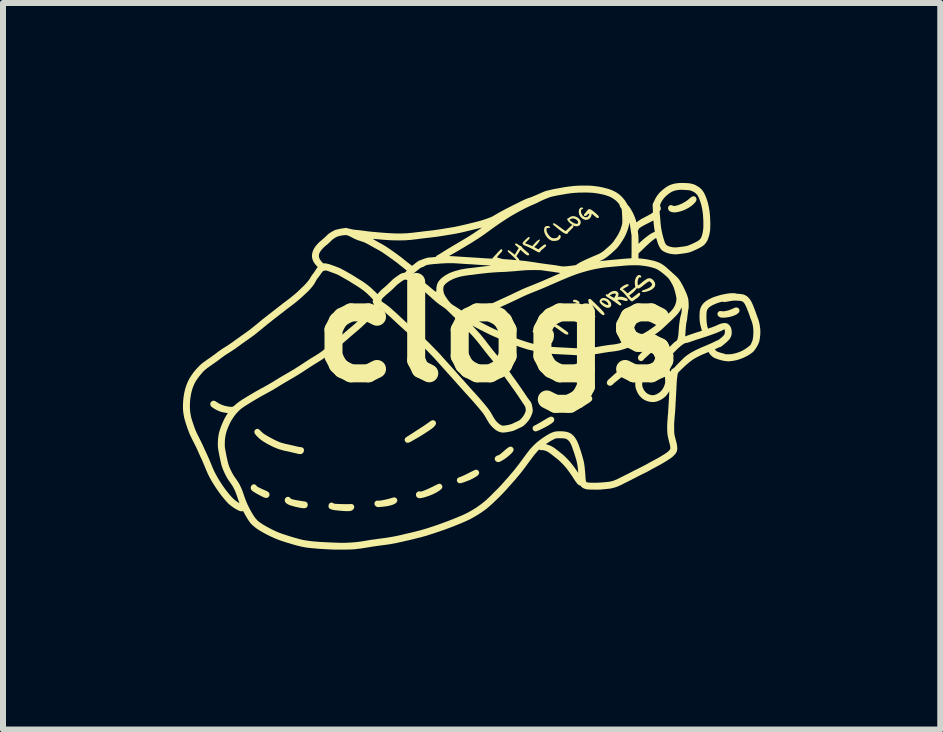
<source format=kicad_pcb>
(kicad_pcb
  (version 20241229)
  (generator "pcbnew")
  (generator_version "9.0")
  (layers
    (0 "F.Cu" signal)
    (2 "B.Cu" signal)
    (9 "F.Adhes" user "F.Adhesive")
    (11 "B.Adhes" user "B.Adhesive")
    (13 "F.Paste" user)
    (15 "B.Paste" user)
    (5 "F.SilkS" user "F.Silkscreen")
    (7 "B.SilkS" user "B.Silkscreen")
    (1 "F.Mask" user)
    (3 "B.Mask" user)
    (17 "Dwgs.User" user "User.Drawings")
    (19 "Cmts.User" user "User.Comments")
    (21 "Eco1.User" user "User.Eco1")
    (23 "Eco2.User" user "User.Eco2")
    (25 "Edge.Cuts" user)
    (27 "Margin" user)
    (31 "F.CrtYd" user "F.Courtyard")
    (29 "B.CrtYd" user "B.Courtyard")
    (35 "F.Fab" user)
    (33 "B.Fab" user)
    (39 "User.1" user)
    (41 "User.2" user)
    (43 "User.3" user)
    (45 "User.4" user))
  (footprint "clogs"
    (layer "F.Cu")
    (at 5.268 2.485)
    (property "Reference" "clogs" (at 0 0 0) (layer "F.SilkS") (effects (font (size 1.524 1.524) (thickness 0.3))))
    (attr board_only exclude_from_pos_files exclude_from_bom)
    (fp_poly (pts (xy 1.267 -0.538) (xy 1.271 -0.537) (xy 1.289 -0.534) (xy 1.307 -0.526) (xy 1.323 -0.515) (xy 1.332 -0.507) (xy 1.34 -0.497) (xy 1.343 -0.488) (xy 1.341 -0.481) (xy 1.338 -0.478) (xy 1.333 -0.474) (xy 1.327 -0.474) (xy 1.319 -0.475) (xy 1.308 -0.479) (xy 1.295 -0.486) (xy 1.278 -0.493) (xy 1.263 -0.499) (xy 1.255 -0.5) (xy 1.244 -0.502) (xy 1.238 -0.506) (xy 1.235 -0.511) (xy 1.235 -0.518) (xy 1.238 -0.525) (xy 1.245 -0.532) (xy 1.245 -0.532) (xy 1.252 -0.536) (xy 1.258 -0.538)) (stroke (width 0) (type solid)) (fill yes) (layer "F.SilkS"))
    (fp_poly (pts (xy -0.362 2.3) (xy -0.349 2.307) (xy -0.338 2.319) (xy -0.333 2.328) (xy -0.329 2.344) (xy -0.331 2.36) (xy -0.337 2.374) (xy -0.349 2.388) (xy -0.354 2.393) (xy -0.381 2.412) (xy -0.412 2.431) (xy -0.447 2.45) (xy -0.487 2.469) (xy -0.533 2.487) (xy -0.583 2.506) (xy -0.584 2.506) (xy -0.607 2.513) (xy -0.626 2.519) (xy -0.641 2.521) (xy -0.653 2.522) (xy -0.663 2.521) (xy -0.666 2.52) (xy -0.679 2.513) (xy -0.69 2.502) (xy -0.697 2.489) (xy -0.701 2.475) (xy -0.7 2.464) (xy -0.696 2.45) (xy -0.689 2.439) (xy -0.678 2.43) (xy -0.662 2.423) (xy -0.654 2.42) (xy -0.637 2.414) (xy -0.615 2.405) (xy -0.589 2.393) (xy -0.558 2.379) (xy -0.522 2.361) (xy -0.483 2.341) (xy -0.463 2.331) (xy -0.444 2.322) (xy -0.428 2.314) (xy -0.413 2.307) (xy -0.402 2.302) (xy -0.394 2.298) (xy -0.392 2.298) (xy -0.377 2.296)) (stroke (width 0) (type solid)) (fill yes) (layer "F.SilkS"))
    (fp_poly (pts (xy 0.204 1.912) (xy 0.218 1.917) (xy 0.23 1.926) (xy 0.239 1.938) (xy 0.244 1.949) (xy 0.245 1.962) (xy 0.244 1.974) (xy 0.239 1.986) (xy 0.23 1.999) (xy 0.222 2.01) (xy 0.204 2.029) (xy 0.182 2.05) (xy 0.157 2.071) (xy 0.131 2.092) (xy 0.104 2.112) (xy 0.076 2.13) (xy 0.051 2.146) (xy 0.029 2.158) (xy 0.012 2.165) (xy -0.002 2.169) (xy -0.015 2.17) (xy -0.027 2.167) (xy -0.038 2.163) (xy -0.052 2.153) (xy -0.062 2.141) (xy -0.068 2.127) (xy -0.07 2.112) (xy -0.068 2.103) (xy -0.063 2.091) (xy -0.054 2.079) (xy -0.043 2.069) (xy -0.031 2.062) (xy -0.019 2.058) (xy -0.017 2.058) (xy -0.01 2.057) (xy -0.001 2.052) (xy 0.011 2.045) (xy 0.026 2.034) (xy 0.043 2.02) (xy 0.064 2.002) (xy 0.088 1.981) (xy 0.112 1.96) (xy 0.133 1.943) (xy 0.15 1.93) (xy 0.165 1.921) (xy 0.172 1.917) (xy 0.188 1.912)) (stroke (width 0) (type solid)) (fill yes) (layer "F.SilkS"))
    (fp_poly (pts (xy 3.972 -0.408) (xy 3.983 -0.403) (xy 3.995 -0.395) (xy 4.003 -0.385) (xy 4.006 -0.381) (xy 4.011 -0.365) (xy 4.011 -0.349) (xy 4.006 -0.334) (xy 3.996 -0.319) (xy 3.98 -0.305) (xy 3.959 -0.291) (xy 3.934 -0.279) (xy 3.932 -0.278) (xy 3.907 -0.268) (xy 3.88 -0.26) (xy 3.851 -0.252) (xy 3.821 -0.246) (xy 3.792 -0.242) (xy 3.765 -0.239) (xy 3.74 -0.238) (xy 3.719 -0.239) (xy 3.713 -0.239) (xy 3.693 -0.244) (xy 3.675 -0.252) (xy 3.66 -0.263) (xy 3.65 -0.275) (xy 3.646 -0.285) (xy 3.644 -0.301) (xy 3.647 -0.316) (xy 3.655 -0.33) (xy 3.658 -0.333) (xy 3.671 -0.344) (xy 3.684 -0.349) (xy 3.699 -0.349) (xy 3.705 -0.348) (xy 3.724 -0.345) (xy 3.747 -0.345) (xy 3.773 -0.348) (xy 3.802 -0.354) (xy 3.832 -0.362) (xy 3.863 -0.374) (xy 3.896 -0.387) (xy 3.899 -0.389) (xy 3.918 -0.398) (xy 3.934 -0.404) (xy 3.946 -0.408) (xy 3.956 -0.409) (xy 3.964 -0.409)) (stroke (width 0) (type solid)) (fill yes) (layer "F.SilkS"))
    (fp_poly (pts (xy -1.738 2.758) (xy -1.732 2.759) (xy -1.731 2.76) (xy -1.716 2.767) (xy -1.705 2.778) (xy -1.697 2.79) (xy -1.694 2.804) (xy -1.695 2.819) (xy -1.701 2.833) (xy -1.71 2.846) (xy -1.718 2.853) (xy -1.737 2.865) (xy -1.759 2.876) (xy -1.784 2.885) (xy -1.813 2.893) (xy -1.846 2.901) (xy -1.884 2.907) (xy -1.927 2.913) (xy -1.962 2.916) (xy -1.981 2.918) (xy -1.995 2.919) (xy -2.006 2.919) (xy -2.014 2.92) (xy -2.021 2.919) (xy -2.027 2.918) (xy -2.032 2.917) (xy -2.041 2.913) (xy -2.052 2.905) (xy -2.061 2.896) (xy -2.069 2.887) (xy -2.071 2.883) (xy -2.074 2.869) (xy -2.074 2.854) (xy -2.07 2.84) (xy -2.069 2.839) (xy -2.06 2.825) (xy -2.047 2.817) (xy -2.032 2.812) (xy -2.016 2.812) (xy -2.003 2.813) (xy -1.986 2.812) (xy -1.965 2.809) (xy -1.942 2.805) (xy -1.915 2.8) (xy -1.887 2.794) (xy -1.858 2.787) (xy -1.828 2.779) (xy -1.799 2.771) (xy -1.798 2.771) (xy -1.78 2.765) (xy -1.765 2.761) (xy -1.754 2.759) (xy -1.745 2.758)) (stroke (width 0) (type solid)) (fill yes) (layer "F.SilkS"))
    (fp_poly (pts (xy -4.076 2.541) (xy -4.062 2.545) (xy -4.05 2.553) (xy -4.041 2.564) (xy -4.04 2.567) (xy -4.038 2.57) (xy -4.035 2.574) (xy -4.029 2.578) (xy -4.02 2.583) (xy -4.007 2.59) (xy -3.999 2.594) (xy -3.981 2.603) (xy -3.962 2.612) (xy -3.941 2.621) (xy -3.923 2.63) (xy -3.92 2.631) (xy -3.898 2.64) (xy -3.882 2.648) (xy -3.868 2.654) (xy -3.858 2.66) (xy -3.851 2.664) (xy -3.845 2.669) (xy -3.84 2.673) (xy -3.839 2.674) (xy -3.83 2.687) (xy -3.825 2.702) (xy -3.825 2.718) (xy -3.829 2.734) (xy -3.837 2.747) (xy -3.85 2.759) (xy -3.865 2.766) (xy -3.882 2.767) (xy -3.901 2.764) (xy -3.915 2.759) (xy -3.935 2.75) (xy -3.957 2.739) (xy -3.98 2.727) (xy -4.004 2.714) (xy -4.029 2.701) (xy -4.052 2.688) (xy -4.073 2.675) (xy -4.091 2.664) (xy -4.105 2.654) (xy -4.107 2.653) (xy -4.122 2.639) (xy -4.132 2.624) (xy -4.138 2.607) (xy -4.138 2.59) (xy -4.132 2.572) (xy -4.131 2.57) (xy -4.121 2.556) (xy -4.109 2.546) (xy -4.094 2.541) (xy -4.091 2.54)) (stroke (width 0) (type solid)) (fill yes) (layer "F.SilkS"))
    (fp_poly (pts (xy 2.537 0.218) (xy 2.554 0.222) (xy 2.567 0.23) (xy 2.577 0.241) (xy 2.584 0.257) (xy 2.585 0.263) (xy 2.585 0.273) (xy 2.583 0.283) (xy 2.578 0.294) (xy 2.571 0.306) (xy 2.56 0.32) (xy 2.546 0.335) (xy 2.529 0.353) (xy 2.507 0.372) (xy 2.482 0.395) (xy 2.48 0.397) (xy 2.461 0.414) (xy 2.445 0.428) (xy 2.431 0.441) (xy 2.421 0.451) (xy 2.415 0.458) (xy 2.413 0.461) (xy 2.405 0.471) (xy 2.393 0.479) (xy 2.379 0.484) (xy 2.365 0.485) (xy 2.361 0.484) (xy 2.346 0.478) (xy 2.334 0.468) (xy 2.325 0.455) (xy 2.32 0.439) (xy 2.32 0.422) (xy 2.322 0.411) (xy 2.323 0.407) (xy 2.325 0.403) (xy 2.328 0.398) (xy 2.333 0.392) (xy 2.34 0.385) (xy 2.349 0.375) (xy 2.36 0.363) (xy 2.375 0.348) (xy 2.393 0.33) (xy 2.396 0.327) (xy 2.42 0.303) (xy 2.44 0.283) (xy 2.457 0.266) (xy 2.472 0.252) (xy 2.484 0.242) (xy 2.495 0.233) (xy 2.504 0.227) (xy 2.512 0.222) (xy 2.519 0.22) (xy 2.525 0.218) (xy 2.532 0.218)) (stroke (width 0) (type solid)) (fill yes) (layer "F.SilkS"))
    (fp_poly (pts (xy -0.977 2.533) (xy -0.964 2.54) (xy -0.953 2.55) (xy -0.946 2.563) (xy -0.943 2.578) (xy -0.944 2.594) (xy -0.949 2.605) (xy -0.959 2.617) (xy -0.974 2.631) (xy -0.992 2.645) (xy -1.014 2.66) (xy -1.04 2.675) (xy -1.068 2.69) (xy -1.099 2.705) (xy -1.12 2.714) (xy -1.147 2.725) (xy -1.174 2.735) (xy -1.201 2.744) (xy -1.228 2.753) (xy -1.253 2.76) (xy -1.276 2.765) (xy -1.297 2.769) (xy -1.315 2.772) (xy -1.329 2.772) (xy -1.338 2.771) (xy -1.355 2.763) (xy -1.369 2.752) (xy -1.378 2.738) (xy -1.383 2.722) (xy -1.383 2.711) (xy -1.38 2.693) (xy -1.371 2.679) (xy -1.358 2.667) (xy -1.357 2.666) (xy -1.343 2.659) (xy -1.329 2.657) (xy -1.312 2.659) (xy -1.305 2.661) (xy -1.299 2.661) (xy -1.292 2.66) (xy -1.283 2.657) (xy -1.276 2.655) (xy -1.245 2.643) (xy -1.208 2.628) (xy -1.168 2.61) (xy -1.123 2.589) (xy -1.088 2.572) (xy -1.065 2.56) (xy -1.047 2.551) (xy -1.032 2.544) (xy -1.021 2.539) (xy -1.012 2.535) (xy -1.005 2.532) (xy -0.999 2.531) (xy -0.995 2.53) (xy -0.993 2.53)) (stroke (width 0) (type solid)) (fill yes) (layer "F.SilkS"))
    (fp_poly (pts (xy 0.883 1.413) (xy 0.89 1.415) (xy 0.89 1.415) (xy 0.904 1.423) (xy 0.915 1.434) (xy 0.921 1.448) (xy 0.923 1.463) (xy 0.92 1.479) (xy 0.915 1.489) (xy 0.907 1.5) (xy 0.894 1.513) (xy 0.875 1.527) (xy 0.852 1.542) (xy 0.825 1.559) (xy 0.793 1.577) (xy 0.757 1.596) (xy 0.745 1.602) (xy 0.718 1.615) (xy 0.696 1.626) (xy 0.678 1.635) (xy 0.662 1.642) (xy 0.649 1.647) (xy 0.639 1.651) (xy 0.63 1.654) (xy 0.628 1.655) (xy 0.619 1.657) (xy 0.613 1.658) (xy 0.608 1.658) (xy 0.601 1.656) (xy 0.598 1.655) (xy 0.584 1.649) (xy 0.573 1.638) (xy 0.565 1.625) (xy 0.562 1.611) (xy 0.563 1.596) (xy 0.569 1.581) (xy 0.573 1.575) (xy 0.578 1.57) (xy 0.585 1.565) (xy 0.594 1.56) (xy 0.602 1.556) (xy 0.618 1.548) (xy 0.637 1.538) (xy 0.658 1.526) (xy 0.681 1.513) (xy 0.708 1.497) (xy 0.739 1.479) (xy 0.75 1.472) (xy 0.777 1.456) (xy 0.799 1.443) (xy 0.818 1.432) (xy 0.834 1.424) (xy 0.847 1.418) (xy 0.858 1.414) (xy 0.867 1.412) (xy 0.876 1.412)) (stroke (width 0) (type solid)) (fill yes) (layer "F.SilkS"))
    (fp_poly (pts (xy 2.101 0.595) (xy 2.114 0.602) (xy 2.125 0.612) (xy 2.133 0.624) (xy 2.137 0.638) (xy 2.136 0.653) (xy 2.132 0.664) (xy 2.127 0.672) (xy 2.12 0.681) (xy 2.111 0.692) (xy 2.099 0.704) (xy 2.084 0.718) (xy 2.066 0.734) (xy 2.045 0.752) (xy 2.02 0.773) (xy 1.991 0.797) (xy 1.958 0.823) (xy 1.954 0.827) (xy 1.939 0.838) (xy 1.926 0.849) (xy 1.915 0.859) (xy 1.906 0.867) (xy 1.901 0.873) (xy 1.9 0.874) (xy 1.892 0.881) (xy 1.883 0.888) (xy 1.881 0.889) (xy 1.87 0.893) (xy 1.857 0.896) (xy 1.844 0.896) (xy 1.835 0.895) (xy 1.821 0.887) (xy 1.81 0.876) (xy 1.802 0.862) (xy 1.8 0.847) (xy 1.802 0.832) (xy 1.808 0.818) (xy 1.818 0.803) (xy 1.833 0.788) (xy 1.835 0.786) (xy 1.844 0.779) (xy 1.856 0.768) (xy 1.869 0.756) (xy 1.884 0.743) (xy 1.895 0.733) (xy 1.926 0.705) (xy 1.953 0.681) (xy 1.976 0.661) (xy 1.997 0.644) (xy 2.015 0.629) (xy 2.031 0.618) (xy 2.044 0.609) (xy 2.056 0.602) (xy 2.066 0.597) (xy 2.075 0.594) (xy 2.083 0.593) (xy 2.085 0.593)) (stroke (width 0) (type solid)) (fill yes) (layer "F.SilkS"))
    (fp_poly (pts (xy 3.252 -2.262) (xy 3.259 -2.261) (xy 3.274 -2.254) (xy 3.285 -2.243) (xy 3.292 -2.23) (xy 3.295 -2.214) (xy 3.295 -2.209) (xy 3.292 -2.195) (xy 3.286 -2.181) (xy 3.276 -2.166) (xy 3.262 -2.149) (xy 3.26 -2.147) (xy 3.23 -2.118) (xy 3.195 -2.091) (xy 3.157 -2.067) (xy 3.115 -2.045) (xy 3.072 -2.026) (xy 3.028 -2.011) (xy 2.995 -2.003) (xy 2.971 -1.998) (xy 2.946 -1.995) (xy 2.924 -1.994) (xy 2.904 -1.995) (xy 2.898 -1.996) (xy 2.874 -2.001) (xy 2.855 -2.01) (xy 2.839 -2.021) (xy 2.829 -2.035) (xy 2.822 -2.051) (xy 2.821 -2.065) (xy 2.823 -2.082) (xy 2.83 -2.095) (xy 2.841 -2.106) (xy 2.847 -2.11) (xy 2.861 -2.114) (xy 2.874 -2.115) (xy 2.889 -2.111) (xy 2.898 -2.107) (xy 2.907 -2.103) (xy 2.913 -2.101) (xy 2.92 -2.1) (xy 2.928 -2.101) (xy 2.935 -2.102) (xy 2.961 -2.107) (xy 2.99 -2.116) (xy 3.021 -2.127) (xy 3.053 -2.141) (xy 3.083 -2.158) (xy 3.113 -2.175) (xy 3.14 -2.194) (xy 3.156 -2.206) (xy 3.168 -2.216) (xy 3.179 -2.226) (xy 3.189 -2.235) (xy 3.196 -2.24) (xy 3.212 -2.252) (xy 3.226 -2.259) (xy 3.239 -2.263)) (stroke (width 0) (type solid)) (fill yes) (layer "F.SilkS"))
    (fp_poly (pts (xy 1.512 1.062) (xy 1.517 1.063) (xy 1.532 1.069) (xy 1.545 1.079) (xy 1.553 1.092) (xy 1.557 1.107) (xy 1.556 1.123) (xy 1.555 1.126) (xy 1.553 1.132) (xy 1.549 1.139) (xy 1.544 1.146) (xy 1.538 1.153) (xy 1.529 1.161) (xy 1.517 1.17) (xy 1.503 1.18) (xy 1.485 1.192) (xy 1.464 1.205) (xy 1.439 1.221) (xy 1.41 1.239) (xy 1.391 1.25) (xy 1.369 1.263) (xy 1.347 1.276) (xy 1.327 1.288) (xy 1.309 1.3) (xy 1.292 1.309) (xy 1.28 1.317) (xy 1.271 1.323) (xy 1.269 1.324) (xy 1.252 1.334) (xy 1.237 1.341) (xy 1.224 1.345) (xy 1.212 1.345) (xy 1.201 1.343) (xy 1.198 1.342) (xy 1.185 1.335) (xy 1.174 1.324) (xy 1.167 1.31) (xy 1.164 1.296) (xy 1.165 1.286) (xy 1.171 1.271) (xy 1.181 1.258) (xy 1.189 1.251) (xy 1.195 1.247) (xy 1.205 1.24) (xy 1.217 1.232) (xy 1.229 1.223) (xy 1.233 1.221) (xy 1.264 1.199) (xy 1.296 1.177) (xy 1.327 1.157) (xy 1.356 1.138) (xy 1.385 1.12) (xy 1.411 1.104) (xy 1.435 1.091) (xy 1.456 1.08) (xy 1.474 1.071) (xy 1.487 1.066) (xy 1.497 1.063) (xy 1.505 1.061)) (stroke (width 0) (type solid)) (fill yes) (layer "F.SilkS"))
    (fp_poly (pts (xy -3.505 2.75) (xy -3.492 2.755) (xy -3.482 2.763) (xy -3.476 2.771) (xy -3.473 2.776) (xy -3.467 2.78) (xy -3.459 2.784) (xy -3.448 2.788) (xy -3.433 2.792) (xy -3.426 2.794) (xy -3.416 2.796) (xy -3.401 2.799) (xy -3.383 2.803) (xy -3.363 2.806) (xy -3.341 2.81) (xy -3.319 2.814) (xy -3.297 2.817) (xy -3.277 2.821) (xy -3.259 2.823) (xy -3.247 2.825) (xy -3.232 2.827) (xy -3.221 2.83) (xy -3.212 2.835) (xy -3.204 2.842) (xy -3.201 2.844) (xy -3.193 2.855) (xy -3.188 2.866) (xy -3.187 2.88) (xy -3.187 2.883) (xy -3.189 2.9) (xy -3.196 2.915) (xy -3.208 2.927) (xy -3.211 2.929) (xy -3.217 2.933) (xy -3.223 2.936) (xy -3.23 2.937) (xy -3.239 2.938) (xy -3.248 2.938) (xy -3.262 2.938) (xy -3.278 2.937) (xy -3.292 2.935) (xy -3.294 2.935) (xy -3.342 2.926) (xy -3.385 2.917) (xy -3.422 2.907) (xy -3.455 2.898) (xy -3.483 2.889) (xy -3.507 2.879) (xy -3.527 2.868) (xy -3.543 2.857) (xy -3.555 2.846) (xy -3.563 2.834) (xy -3.568 2.822) (xy -3.571 2.806) (xy -3.569 2.79) (xy -3.563 2.775) (xy -3.553 2.763) (xy -3.541 2.754) (xy -3.527 2.749) (xy -3.518 2.748)) (stroke (width 0) (type solid)) (fill yes) (layer "F.SilkS"))
    (fp_poly (pts (xy -2.769 2.85) (xy -2.76 2.855) (xy -2.755 2.858) (xy -2.751 2.861) (xy -2.745 2.862) (xy -2.738 2.864) (xy -2.728 2.865) (xy -2.713 2.865) (xy -2.71 2.866) (xy -2.69 2.867) (xy -2.668 2.868) (xy -2.644 2.869) (xy -2.619 2.869) (xy -2.594 2.87) (xy -2.57 2.87) (xy -2.547 2.87) (xy -2.526 2.87) (xy -2.508 2.87) (xy -2.493 2.87) (xy -2.483 2.869) (xy -2.479 2.869) (xy -2.46 2.868) (xy -2.444 2.871) (xy -2.43 2.879) (xy -2.419 2.892) (xy -2.416 2.898) (xy -2.412 2.911) (xy -2.413 2.926) (xy -2.417 2.941) (xy -2.426 2.955) (xy -2.438 2.967) (xy -2.453 2.976) (xy -2.453 2.977) (xy -2.463 2.981) (xy -2.474 2.984) (xy -2.487 2.986) (xy -2.503 2.987) (xy -2.522 2.987) (xy -2.545 2.987) (xy -2.571 2.986) (xy -2.585 2.985) (xy -2.604 2.984) (xy -2.625 2.982) (xy -2.648 2.981) (xy -2.671 2.978) (xy -2.693 2.976) (xy -2.712 2.974) (xy -2.724 2.973) (xy -2.755 2.968) (xy -2.78 2.963) (xy -2.8 2.956) (xy -2.816 2.949) (xy -2.828 2.939) (xy -2.836 2.928) (xy -2.84 2.916) (xy -2.841 2.902) (xy -2.839 2.885) (xy -2.833 2.87) (xy -2.824 2.858) (xy -2.812 2.849) (xy -2.798 2.845) (xy -2.784 2.845)) (stroke (width 0) (type solid)) (fill yes) (layer "F.SilkS"))
    (fp_poly (pts (xy 1.765 -0.566) (xy 1.788 -0.559) (xy 1.803 -0.553) (xy 1.822 -0.541) (xy 1.838 -0.527) (xy 1.852 -0.512) (xy 1.863 -0.496) (xy 1.87 -0.479) (xy 1.873 -0.462) (xy 1.873 -0.446) (xy 1.868 -0.432) (xy 1.86 -0.419) (xy 1.851 -0.412) (xy 1.839 -0.406) (xy 1.823 -0.403) (xy 1.806 -0.404) (xy 1.789 -0.407) (xy 1.769 -0.416) (xy 1.749 -0.427) (xy 1.728 -0.443) (xy 1.723 -0.447) (xy 1.708 -0.461) (xy 1.696 -0.474) (xy 1.686 -0.487) (xy 1.68 -0.498) (xy 1.679 -0.503) (xy 1.679 -0.511) (xy 1.711 -0.511) (xy 1.714 -0.506) (xy 1.72 -0.5) (xy 1.73 -0.492) (xy 1.739 -0.486) (xy 1.756 -0.474) (xy 1.772 -0.464) (xy 1.787 -0.457) (xy 1.8 -0.452) (xy 1.811 -0.45) (xy 1.816 -0.45) (xy 1.821 -0.451) (xy 1.822 -0.451) (xy 1.824 -0.454) (xy 1.824 -0.459) (xy 1.823 -0.468) (xy 1.819 -0.476) (xy 1.819 -0.477) (xy 1.81 -0.491) (xy 1.797 -0.504) (xy 1.781 -0.515) (xy 1.764 -0.523) (xy 1.748 -0.527) (xy 1.747 -0.527) (xy 1.735 -0.526) (xy 1.724 -0.522) (xy 1.717 -0.518) (xy 1.713 -0.515) (xy 1.711 -0.511) (xy 1.679 -0.511) (xy 1.679 -0.514) (xy 1.683 -0.526) (xy 1.69 -0.538) (xy 1.7 -0.55) (xy 1.708 -0.556) (xy 1.725 -0.564) (xy 1.744 -0.567)) (stroke (width 0) (type solid)) (fill yes) (layer "F.SilkS"))
    (fp_poly (pts (xy 0.821 -1.766) (xy 0.835 -1.763) (xy 0.846 -1.755) (xy 0.847 -1.755) (xy 0.852 -1.749) (xy 0.853 -1.745) (xy 0.851 -1.741) (xy 0.849 -1.739) (xy 0.845 -1.736) (xy 0.837 -1.735) (xy 0.826 -1.735) (xy 0.814 -1.734) (xy 0.805 -1.733) (xy 0.801 -1.731) (xy 0.796 -1.724) (xy 0.794 -1.714) (xy 0.793 -1.7) (xy 0.796 -1.683) (xy 0.799 -1.67) (xy 0.806 -1.653) (xy 0.817 -1.634) (xy 0.83 -1.616) (xy 0.845 -1.599) (xy 0.86 -1.584) (xy 0.876 -1.573) (xy 0.882 -1.57) (xy 0.9 -1.564) (xy 0.92 -1.562) (xy 0.94 -1.564) (xy 0.958 -1.568) (xy 0.975 -1.576) (xy 0.977 -1.578) (xy 0.982 -1.583) (xy 0.988 -1.591) (xy 0.992 -1.599) (xy 0.999 -1.61) (xy 1.005 -1.616) (xy 1.011 -1.619) (xy 1.016 -1.618) (xy 1.024 -1.612) (xy 1.029 -1.602) (xy 1.03 -1.589) (xy 1.028 -1.573) (xy 1.02 -1.558) (xy 1.008 -1.544) (xy 0.991 -1.533) (xy 0.972 -1.524) (xy 0.959 -1.521) (xy 0.943 -1.519) (xy 0.925 -1.518) (xy 0.907 -1.518) (xy 0.891 -1.52) (xy 0.88 -1.522) (xy 0.857 -1.533) (xy 0.834 -1.548) (xy 0.812 -1.568) (xy 0.793 -1.592) (xy 0.792 -1.594) (xy 0.774 -1.623) (xy 0.762 -1.65) (xy 0.755 -1.677) (xy 0.754 -1.704) (xy 0.754 -1.709) (xy 0.757 -1.729) (xy 0.764 -1.745) (xy 0.774 -1.756) (xy 0.787 -1.764) (xy 0.803 -1.767)) (stroke (width 0) (type solid)) (fill yes) (layer "F.SilkS"))
    (fp_poly (pts (xy -1.084 1.473) (xy -1.071 1.48) (xy -1.06 1.49) (xy -1.052 1.503) (xy -1.049 1.518) (xy -1.05 1.533) (xy -1.053 1.542) (xy -1.059 1.552) (xy -1.068 1.564) (xy -1.08 1.578) (xy -1.093 1.591) (xy -1.102 1.599) (xy -1.111 1.606) (xy -1.124 1.616) (xy -1.14 1.627) (xy -1.159 1.64) (xy -1.18 1.654) (xy -1.203 1.669) (xy -1.227 1.685) (xy -1.25 1.7) (xy -1.274 1.715) (xy -1.296 1.728) (xy -1.314 1.74) (xy -1.334 1.752) (xy -1.355 1.764) (xy -1.377 1.777) (xy -1.399 1.789) (xy -1.419 1.801) (xy -1.439 1.812) (xy -1.456 1.822) (xy -1.47 1.83) (xy -1.482 1.836) (xy -1.489 1.839) (xy -1.489 1.84) (xy -1.508 1.846) (xy -1.525 1.847) (xy -1.538 1.845) (xy -1.551 1.838) (xy -1.561 1.826) (xy -1.568 1.813) (xy -1.571 1.798) (xy -1.57 1.789) (xy -1.567 1.778) (xy -1.561 1.768) (xy -1.551 1.759) (xy -1.537 1.749) (xy -1.53 1.745) (xy -1.522 1.739) (xy -1.51 1.732) (xy -1.495 1.722) (xy -1.477 1.711) (xy -1.458 1.699) (xy -1.438 1.686) (xy -1.423 1.676) (xy -1.4 1.661) (xy -1.376 1.645) (xy -1.351 1.629) (xy -1.327 1.614) (xy -1.305 1.599) (xy -1.286 1.587) (xy -1.279 1.583) (xy -1.26 1.57) (xy -1.239 1.556) (xy -1.218 1.542) (xy -1.198 1.528) (xy -1.181 1.516) (xy -1.174 1.511) (xy -1.157 1.499) (xy -1.143 1.489) (xy -1.132 1.482) (xy -1.124 1.477) (xy -1.117 1.474) (xy -1.111 1.472) (xy -1.105 1.471) (xy -1.1 1.471)) (stroke (width 0) (type solid)) (fill yes) (layer "F.SilkS"))
    (fp_poly (pts (xy 0.926 -0.29) (xy 0.926 -0.289) (xy 0.928 -0.288) (xy 0.929 -0.285) (xy 0.93 -0.281) (xy 0.931 -0.274) (xy 0.932 -0.265) (xy 0.932 -0.252) (xy 0.933 -0.234) (xy 0.934 -0.212) (xy 0.934 -0.211) (xy 0.937 -0.136) (xy 0.959 -0.125) (xy 0.973 -0.118) (xy 0.987 -0.11) (xy 1 -0.103) (xy 1.001 -0.102) (xy 1.013 -0.094) (xy 1.028 -0.084) (xy 1.043 -0.073) (xy 1.06 -0.061) (xy 1.077 -0.048) (xy 1.094 -0.036) (xy 1.11 -0.025) (xy 1.124 -0.014) (xy 1.136 -0.005) (xy 1.144 0.002) (xy 1.149 0.006) (xy 1.15 0.007) (xy 1.156 0.017) (xy 1.158 0.027) (xy 1.156 0.035) (xy 1.153 0.039) (xy 1.146 0.043) (xy 1.135 0.043) (xy 1.123 0.041) (xy 1.111 0.037) (xy 1.098 0.029) (xy 1.083 0.02) (xy 1.065 0.008) (xy 1.044 -0.007) (xy 1.02 -0.024) (xy 1.005 -0.035) (xy 0.989 -0.047) (xy 0.974 -0.057) (xy 0.961 -0.067) (xy 0.954 -0.071) (xy 0.929 -0.088) (xy 0.89 -0.089) (xy 0.873 -0.089) (xy 0.854 -0.09) (xy 0.835 -0.092) (xy 0.818 -0.094) (xy 0.803 -0.097) (xy 0.792 -0.099) (xy 0.787 -0.101) (xy 0.781 -0.107) (xy 0.778 -0.115) (xy 0.778 -0.121) (xy 0.782 -0.126) (xy 0.789 -0.13) (xy 0.801 -0.132) (xy 0.812 -0.133) (xy 0.82 -0.133) (xy 0.831 -0.132) (xy 0.845 -0.13) (xy 0.859 -0.129) (xy 0.872 -0.127) (xy 0.883 -0.125) (xy 0.891 -0.124) (xy 0.892 -0.124) (xy 0.893 -0.124) (xy 0.894 -0.125) (xy 0.895 -0.129) (xy 0.896 -0.135) (xy 0.897 -0.145) (xy 0.897 -0.158) (xy 0.898 -0.176) (xy 0.898 -0.191) (xy 0.899 -0.216) (xy 0.9 -0.236) (xy 0.901 -0.252) (xy 0.902 -0.264) (xy 0.904 -0.273) (xy 0.906 -0.28) (xy 0.909 -0.284) (xy 0.913 -0.287) (xy 0.914 -0.288) (xy 0.921 -0.291)) (stroke (width 0) (type solid)) (fill yes) (layer "F.SilkS"))
    (fp_poly (pts (xy -4.009 1.619) (xy -4.003 1.622) (xy -3.995 1.629) (xy -3.985 1.638) (xy -3.974 1.648) (xy -3.97 1.652) (xy -3.958 1.664) (xy -3.944 1.677) (xy -3.932 1.687) (xy -3.921 1.696) (xy -3.919 1.697) (xy -3.902 1.709) (xy -3.88 1.722) (xy -3.855 1.737) (xy -3.828 1.752) (xy -3.799 1.768) (xy -3.77 1.783) (xy -3.742 1.798) (xy -3.714 1.811) (xy -3.689 1.823) (xy -3.667 1.832) (xy -3.651 1.839) (xy -3.629 1.846) (xy -3.601 1.854) (xy -3.569 1.863) (xy -3.532 1.871) (xy -3.492 1.88) (xy -3.479 1.883) (xy -3.462 1.887) (xy -3.443 1.891) (xy -3.421 1.896) (xy -3.4 1.901) (xy -3.39 1.904) (xy -3.366 1.909) (xy -3.344 1.914) (xy -3.327 1.917) (xy -3.314 1.919) (xy -3.308 1.92) (xy -3.289 1.922) (xy -3.274 1.928) (xy -3.262 1.938) (xy -3.253 1.951) (xy -3.25 1.967) (xy -3.25 1.978) (xy -3.254 1.995) (xy -3.262 2.011) (xy -3.275 2.024) (xy -3.279 2.027) (xy -3.286 2.031) (xy -3.293 2.034) (xy -3.303 2.035) (xy -3.308 2.035) (xy -3.319 2.036) (xy -3.328 2.035) (xy -3.333 2.035) (xy -3.338 2.034) (xy -3.347 2.032) (xy -3.359 2.029) (xy -3.375 2.025) (xy -3.393 2.021) (xy -3.413 2.016) (xy -3.419 2.015) (xy -3.441 2.01) (xy -3.462 2.005) (xy -3.482 2) (xy -3.5 1.996) (xy -3.515 1.993) (xy -3.526 1.99) (xy -3.526 1.99) (xy -3.567 1.982) (xy -3.603 1.973) (xy -3.635 1.964) (xy -3.666 1.955) (xy -3.696 1.944) (xy -3.725 1.932) (xy -3.756 1.919) (xy -3.789 1.903) (xy -3.796 1.899) (xy -3.836 1.879) (xy -3.872 1.859) (xy -3.903 1.841) (xy -3.931 1.824) (xy -3.957 1.806) (xy -3.98 1.788) (xy -4.002 1.77) (xy -4.023 1.75) (xy -4.024 1.748) (xy -4.044 1.728) (xy -4.059 1.709) (xy -4.07 1.693) (xy -4.076 1.677) (xy -4.078 1.664) (xy -4.075 1.651) (xy -4.069 1.638) (xy -4.064 1.632) (xy -4.051 1.622) (xy -4.037 1.616) (xy -4.022 1.615)) (stroke (width 0) (type solid)) (fill yes) (layer "F.SilkS"))
    (fp_poly (pts (xy 0.502 -1.585) (xy 0.509 -1.582) (xy 0.512 -1.576) (xy 0.513 -1.571) (xy 0.512 -1.565) (xy 0.509 -1.558) (xy 0.503 -1.549) (xy 0.493 -1.538) (xy 0.48 -1.525) (xy 0.47 -1.514) (xy 0.458 -1.502) (xy 0.449 -1.493) (xy 0.441 -1.485) (xy 0.437 -1.48) (xy 0.435 -1.478) (xy 0.438 -1.477) (xy 0.445 -1.475) (xy 0.455 -1.472) (xy 0.458 -1.471) (xy 0.469 -1.468) (xy 0.483 -1.463) (xy 0.498 -1.457) (xy 0.514 -1.45) (xy 0.519 -1.448) (xy 0.558 -1.432) (xy 0.565 -1.441) (xy 0.574 -1.452) (xy 0.585 -1.464) (xy 0.597 -1.478) (xy 0.61 -1.491) (xy 0.623 -1.504) (xy 0.635 -1.515) (xy 0.644 -1.523) (xy 0.649 -1.527) (xy 0.66 -1.534) (xy 0.67 -1.539) (xy 0.678 -1.541) (xy 0.683 -1.541) (xy 0.685 -1.538) (xy 0.683 -1.53) (xy 0.678 -1.52) (xy 0.67 -1.507) (xy 0.66 -1.493) (xy 0.649 -1.478) (xy 0.636 -1.462) (xy 0.623 -1.448) (xy 0.609 -1.434) (xy 0.6 -1.425) (xy 0.595 -1.422) (xy 0.593 -1.419) (xy 0.592 -1.416) (xy 0.594 -1.413) (xy 0.599 -1.41) (xy 0.608 -1.405) (xy 0.62 -1.398) (xy 0.629 -1.394) (xy 0.66 -1.377) (xy 0.687 -1.402) (xy 0.699 -1.412) (xy 0.713 -1.424) (xy 0.726 -1.434) (xy 0.735 -1.441) (xy 0.749 -1.451) (xy 0.76 -1.457) (xy 0.768 -1.46) (xy 0.775 -1.459) (xy 0.781 -1.455) (xy 0.784 -1.451) (xy 0.787 -1.447) (xy 0.788 -1.442) (xy 0.787 -1.437) (xy 0.783 -1.431) (xy 0.777 -1.423) (xy 0.767 -1.414) (xy 0.754 -1.402) (xy 0.737 -1.388) (xy 0.729 -1.381) (xy 0.715 -1.37) (xy 0.705 -1.361) (xy 0.698 -1.354) (xy 0.694 -1.349) (xy 0.692 -1.344) (xy 0.687 -1.334) (xy 0.68 -1.328) (xy 0.671 -1.327) (xy 0.659 -1.33) (xy 0.644 -1.336) (xy 0.635 -1.341) (xy 0.622 -1.348) (xy 0.608 -1.355) (xy 0.593 -1.364) (xy 0.589 -1.366) (xy 0.563 -1.381) (xy 0.535 -1.395) (xy 0.507 -1.409) (xy 0.48 -1.421) (xy 0.456 -1.432) (xy 0.446 -1.435) (xy 0.434 -1.44) (xy 0.423 -1.445) (xy 0.415 -1.449) (xy 0.412 -1.451) (xy 0.406 -1.456) (xy 0.4 -1.465) (xy 0.396 -1.474) (xy 0.394 -1.482) (xy 0.396 -1.487) (xy 0.402 -1.495) (xy 0.411 -1.506) (xy 0.423 -1.519) (xy 0.437 -1.533) (xy 0.454 -1.549) (xy 0.461 -1.555) (xy 0.474 -1.567) (xy 0.484 -1.575) (xy 0.491 -1.58) (xy 0.496 -1.583) (xy 0.5 -1.585)) (stroke (width 0) (type solid)) (fill yes) (layer "F.SilkS"))
    (fp_poly (pts (xy 1.272 -0.451) (xy 1.282 -0.447) (xy 1.292 -0.44) (xy 1.3 -0.432) (xy 1.305 -0.424) (xy 1.307 -0.416) (xy 1.305 -0.409) (xy 1.304 -0.408) (xy 1.301 -0.406) (xy 1.298 -0.406) (xy 1.292 -0.407) (xy 1.285 -0.409) (xy 1.276 -0.411) (xy 1.268 -0.413) (xy 1.265 -0.413) (xy 1.256 -0.411) (xy 1.248 -0.403) (xy 1.24 -0.391) (xy 1.233 -0.375) (xy 1.228 -0.356) (xy 1.227 -0.354) (xy 1.226 -0.344) (xy 1.224 -0.331) (xy 1.224 -0.316) (xy 1.224 -0.302) (xy 1.224 -0.289) (xy 1.225 -0.278) (xy 1.227 -0.271) (xy 1.228 -0.269) (xy 1.23 -0.268) (xy 1.234 -0.268) (xy 1.239 -0.271) (xy 1.245 -0.275) (xy 1.254 -0.283) (xy 1.266 -0.294) (xy 1.278 -0.305) (xy 1.299 -0.324) (xy 1.317 -0.339) (xy 1.333 -0.351) (xy 1.346 -0.36) (xy 1.358 -0.366) (xy 1.37 -0.37) (xy 1.375 -0.371) (xy 1.391 -0.371) (xy 1.406 -0.367) (xy 1.419 -0.358) (xy 1.43 -0.345) (xy 1.439 -0.329) (xy 1.445 -0.311) (xy 1.447 -0.291) (xy 1.447 -0.269) (xy 1.446 -0.265) (xy 1.445 -0.259) (xy 1.444 -0.252) (xy 1.442 -0.244) (xy 1.439 -0.235) (xy 1.435 -0.224) (xy 1.43 -0.209) (xy 1.424 -0.192) (xy 1.416 -0.17) (xy 1.413 -0.162) (xy 1.407 -0.147) (xy 1.402 -0.133) (xy 1.397 -0.121) (xy 1.394 -0.112) (xy 1.393 -0.11) (xy 1.388 -0.099) (xy 1.382 -0.091) (xy 1.375 -0.084) (xy 1.369 -0.082) (xy 1.368 -0.082) (xy 1.363 -0.083) (xy 1.358 -0.087) (xy 1.355 -0.094) (xy 1.353 -0.104) (xy 1.354 -0.118) (xy 1.358 -0.136) (xy 1.363 -0.159) (xy 1.371 -0.185) (xy 1.38 -0.213) (xy 1.387 -0.237) (xy 1.392 -0.256) (xy 1.396 -0.272) (xy 1.397 -0.286) (xy 1.396 -0.297) (xy 1.393 -0.307) (xy 1.39 -0.313) (xy 1.387 -0.318) (xy 1.383 -0.32) (xy 1.377 -0.32) (xy 1.369 -0.317) (xy 1.36 -0.311) (xy 1.348 -0.301) (xy 1.333 -0.288) (xy 1.315 -0.272) (xy 1.304 -0.262) (xy 1.288 -0.247) (xy 1.274 -0.235) (xy 1.262 -0.227) (xy 1.251 -0.221) (xy 1.241 -0.218) (xy 1.23 -0.218) (xy 1.229 -0.218) (xy 1.213 -0.22) (xy 1.2 -0.227) (xy 1.189 -0.238) (xy 1.181 -0.254) (xy 1.176 -0.274) (xy 1.175 -0.298) (xy 1.175 -0.314) (xy 1.179 -0.344) (xy 1.185 -0.371) (xy 1.193 -0.395) (xy 1.203 -0.415) (xy 1.214 -0.431) (xy 1.228 -0.443) (xy 1.242 -0.45) (xy 1.258 -0.453)) (stroke (width 0) (type solid)) (fill yes) (layer "F.SilkS"))
    (fp_poly (pts (xy 1.393 -2.074) (xy 1.4 -2.068) (xy 1.404 -2.062) (xy 1.403 -2.057) (xy 1.397 -2.052) (xy 1.389 -2.05) (xy 1.38 -2.045) (xy 1.373 -2.036) (xy 1.369 -2.024) (xy 1.368 -2.01) (xy 1.37 -1.995) (xy 1.375 -1.978) (xy 1.382 -1.963) (xy 1.391 -1.948) (xy 1.395 -1.943) (xy 1.41 -1.929) (xy 1.426 -1.919) (xy 1.442 -1.913) (xy 1.457 -1.912) (xy 1.472 -1.916) (xy 1.484 -1.924) (xy 1.49 -1.93) (xy 1.496 -1.939) (xy 1.501 -1.948) (xy 1.505 -1.957) (xy 1.508 -1.965) (xy 1.508 -1.968) (xy 1.504 -1.97) (xy 1.497 -1.971) (xy 1.497 -1.971) (xy 1.491 -1.97) (xy 1.486 -1.968) (xy 1.48 -1.962) (xy 1.476 -1.957) (xy 1.464 -1.945) (xy 1.454 -1.937) (xy 1.443 -1.934) (xy 1.438 -1.933) (xy 1.429 -1.934) (xy 1.423 -1.939) (xy 1.422 -1.94) (xy 1.418 -1.946) (xy 1.417 -1.95) (xy 1.417 -1.951) (xy 1.418 -1.957) (xy 1.424 -1.965) (xy 1.431 -1.974) (xy 1.436 -1.979) (xy 1.443 -1.986) (xy 1.451 -1.995) (xy 1.457 -2.004) (xy 1.468 -2.019) (xy 1.479 -2.032) (xy 1.49 -2.042) (xy 1.498 -2.047) (xy 1.499 -2.047) (xy 1.511 -2.048) (xy 1.525 -2.045) (xy 1.542 -2.036) (xy 1.55 -2.031) (xy 1.564 -2.021) (xy 1.579 -2.009) (xy 1.597 -1.995) (xy 1.614 -1.98) (xy 1.63 -1.965) (xy 1.644 -1.952) (xy 1.647 -1.949) (xy 1.656 -1.939) (xy 1.662 -1.932) (xy 1.665 -1.926) (xy 1.667 -1.922) (xy 1.667 -1.919) (xy 1.665 -1.909) (xy 1.659 -1.903) (xy 1.65 -1.9) (xy 1.64 -1.9) (xy 1.63 -1.905) (xy 1.628 -1.906) (xy 1.623 -1.911) (xy 1.614 -1.918) (xy 1.604 -1.927) (xy 1.592 -1.937) (xy 1.585 -1.942) (xy 1.574 -1.952) (xy 1.564 -1.96) (xy 1.556 -1.967) (xy 1.551 -1.97) (xy 1.549 -1.971) (xy 1.548 -1.969) (xy 1.547 -1.963) (xy 1.546 -1.955) (xy 1.543 -1.944) (xy 1.538 -1.931) (xy 1.533 -1.918) (xy 1.531 -1.915) (xy 1.524 -1.904) (xy 1.513 -1.892) (xy 1.5 -1.883) (xy 1.488 -1.876) (xy 1.485 -1.875) (xy 1.465 -1.87) (xy 1.444 -1.869) (xy 1.432 -1.872) (xy 1.409 -1.88) (xy 1.388 -1.893) (xy 1.369 -1.911) (xy 1.353 -1.931) (xy 1.341 -1.955) (xy 1.336 -1.97) (xy 1.333 -1.984) (xy 1.332 -2) (xy 1.333 -2.017) (xy 1.335 -2.032) (xy 1.339 -2.044) (xy 1.34 -2.046) (xy 1.349 -2.059) (xy 1.359 -2.069) (xy 1.371 -2.075) (xy 1.382 -2.076)) (stroke (width 0) (type solid)) (fill yes) (layer "F.SilkS"))
    (fp_poly (pts (xy 1.949 -0.683) (xy 1.956 -0.681) (xy 1.972 -0.673) (xy 1.984 -0.661) (xy 1.992 -0.647) (xy 1.995 -0.631) (xy 1.993 -0.613) (xy 1.989 -0.6) (xy 1.983 -0.584) (xy 1.995 -0.586) (xy 2.018 -0.588) (xy 2.042 -0.587) (xy 2.067 -0.583) (xy 2.076 -0.58) (xy 2.094 -0.575) (xy 2.111 -0.568) (xy 2.126 -0.561) (xy 2.136 -0.555) (xy 2.143 -0.55) (xy 2.147 -0.54) (xy 2.147 -0.531) (xy 2.142 -0.523) (xy 2.142 -0.523) (xy 2.135 -0.518) (xy 2.126 -0.517) (xy 2.113 -0.517) (xy 2.097 -0.521) (xy 2.077 -0.526) (xy 2.076 -0.526) (xy 2.06 -0.531) (xy 2.048 -0.534) (xy 2.037 -0.536) (xy 2.025 -0.536) (xy 2.017 -0.536) (xy 2.004 -0.536) (xy 1.993 -0.535) (xy 1.985 -0.534) (xy 1.983 -0.533) (xy 1.975 -0.53) (xy 1.988 -0.52) (xy 1.995 -0.514) (xy 2.004 -0.505) (xy 2.015 -0.495) (xy 2.021 -0.489) (xy 2.032 -0.477) (xy 2.039 -0.468) (xy 2.042 -0.46) (xy 2.041 -0.453) (xy 2.037 -0.447) (xy 2.036 -0.446) (xy 2.029 -0.442) (xy 2.021 -0.441) (xy 2.012 -0.445) (xy 2.008 -0.447) (xy 2.002 -0.451) (xy 1.993 -0.457) (xy 1.981 -0.466) (xy 1.969 -0.475) (xy 1.964 -0.478) (xy 1.935 -0.501) (xy 1.905 -0.521) (xy 1.873 -0.542) (xy 1.841 -0.562) (xy 1.822 -0.573) (xy 1.807 -0.583) (xy 1.796 -0.591) (xy 1.789 -0.598) (xy 1.784 -0.604) (xy 1.782 -0.608) (xy 1.849 -0.608) (xy 1.851 -0.606) (xy 1.857 -0.602) (xy 1.866 -0.597) (xy 1.878 -0.591) (xy 1.878 -0.591) (xy 1.89 -0.585) (xy 1.9 -0.579) (xy 1.908 -0.575) (xy 1.913 -0.572) (xy 1.917 -0.569) (xy 1.92 -0.568) (xy 1.922 -0.57) (xy 1.926 -0.576) (xy 1.931 -0.584) (xy 1.931 -0.584) (xy 1.939 -0.598) (xy 1.945 -0.608) (xy 1.948 -0.615) (xy 1.949 -0.622) (xy 1.949 -0.625) (xy 1.947 -0.633) (xy 1.941 -0.639) (xy 1.931 -0.641) (xy 1.917 -0.64) (xy 1.9 -0.636) (xy 1.9 -0.636) (xy 1.891 -0.633) (xy 1.88 -0.628) (xy 1.869 -0.622) (xy 1.859 -0.617) (xy 1.852 -0.612) (xy 1.849 -0.609) (xy 1.849 -0.608) (xy 1.782 -0.608) (xy 1.782 -0.609) (xy 1.782 -0.618) (xy 1.786 -0.626) (xy 1.793 -0.63) (xy 1.801 -0.629) (xy 1.806 -0.627) (xy 1.809 -0.625) (xy 1.812 -0.625) (xy 1.816 -0.626) (xy 1.821 -0.631) (xy 1.829 -0.639) (xy 1.83 -0.64) (xy 1.848 -0.655) (xy 1.868 -0.667) (xy 1.889 -0.677) (xy 1.91 -0.683) (xy 1.93 -0.685)) (stroke (width 0) (type solid)) (fill yes) (layer "F.SilkS"))
    (fp_poly (pts (xy 1.518 -0.552) (xy 1.521 -0.551) (xy 1.525 -0.549) (xy 1.53 -0.546) (xy 1.536 -0.541) (xy 1.544 -0.534) (xy 1.555 -0.524) (xy 1.568 -0.511) (xy 1.585 -0.495) (xy 1.586 -0.495) (xy 1.614 -0.468) (xy 1.64 -0.442) (xy 1.665 -0.418) (xy 1.687 -0.395) (xy 1.707 -0.374) (xy 1.724 -0.356) (xy 1.738 -0.34) (xy 1.748 -0.327) (xy 1.755 -0.318) (xy 1.757 -0.315) (xy 1.761 -0.303) (xy 1.76 -0.293) (xy 1.756 -0.285) (xy 1.748 -0.281) (xy 1.741 -0.28) (xy 1.736 -0.281) (xy 1.731 -0.283) (xy 1.724 -0.286) (xy 1.716 -0.292) (xy 1.706 -0.3) (xy 1.694 -0.311) (xy 1.68 -0.324) (xy 1.663 -0.341) (xy 1.642 -0.362) (xy 1.633 -0.371) (xy 1.617 -0.388) (xy 1.602 -0.403) (xy 1.588 -0.417) (xy 1.577 -0.428) (xy 1.568 -0.437) (xy 1.562 -0.442) (xy 1.559 -0.445) (xy 1.559 -0.445) (xy 1.559 -0.442) (xy 1.562 -0.435) (xy 1.566 -0.425) (xy 1.572 -0.413) (xy 1.574 -0.407) (xy 1.583 -0.388) (xy 1.589 -0.373) (xy 1.594 -0.362) (xy 1.597 -0.353) (xy 1.598 -0.346) (xy 1.598 -0.34) (xy 1.598 -0.337) (xy 1.594 -0.326) (xy 1.586 -0.317) (xy 1.577 -0.312) (xy 1.574 -0.311) (xy 1.568 -0.309) (xy 1.566 -0.308) (xy 1.568 -0.306) (xy 1.573 -0.3) (xy 1.579 -0.292) (xy 1.586 -0.285) (xy 1.596 -0.274) (xy 1.602 -0.267) (xy 1.605 -0.261) (xy 1.607 -0.256) (xy 1.607 -0.254) (xy 1.605 -0.245) (xy 1.601 -0.241) (xy 1.594 -0.237) (xy 1.587 -0.237) (xy 1.578 -0.241) (xy 1.566 -0.249) (xy 1.551 -0.26) (xy 1.532 -0.276) (xy 1.51 -0.296) (xy 1.486 -0.319) (xy 1.47 -0.334) (xy 1.456 -0.347) (xy 1.443 -0.358) (xy 1.433 -0.366) (xy 1.426 -0.371) (xy 1.425 -0.371) (xy 1.414 -0.378) (xy 1.407 -0.384) (xy 1.403 -0.39) (xy 1.401 -0.397) (xy 1.4 -0.407) (xy 1.399 -0.415) (xy 1.398 -0.423) (xy 1.402 -0.429) (xy 1.403 -0.429) (xy 1.408 -0.433) (xy 1.413 -0.434) (xy 1.419 -0.433) (xy 1.428 -0.427) (xy 1.437 -0.421) (xy 1.45 -0.412) (xy 1.467 -0.403) (xy 1.487 -0.393) (xy 1.494 -0.39) (xy 1.507 -0.384) (xy 1.518 -0.379) (xy 1.527 -0.376) (xy 1.532 -0.374) (xy 1.533 -0.374) (xy 1.532 -0.376) (xy 1.53 -0.383) (xy 1.527 -0.392) (xy 1.525 -0.396) (xy 1.519 -0.413) (xy 1.513 -0.431) (xy 1.507 -0.451) (xy 1.502 -0.47) (xy 1.497 -0.488) (xy 1.494 -0.505) (xy 1.491 -0.519) (xy 1.491 -0.529) (xy 1.491 -0.534) (xy 1.496 -0.544) (xy 1.505 -0.55) (xy 1.515 -0.552)) (stroke (width 0) (type solid)) (fill yes) (layer "F.SilkS"))
    (fp_poly (pts (xy 0.753 -0.108) (xy 0.756 -0.107) (xy 0.77 -0.098) (xy 0.782 -0.085) (xy 0.791 -0.07) (xy 0.796 -0.053) (xy 0.797 -0.044) (xy 0.797 -0.036) (xy 0.798 -0.031) (xy 0.799 -0.028) (xy 0.801 -0.027) (xy 0.805 -0.028) (xy 0.812 -0.033) (xy 0.814 -0.034) (xy 0.831 -0.042) (xy 0.847 -0.046) (xy 0.863 -0.044) (xy 0.878 -0.037) (xy 0.891 -0.027) (xy 0.902 -0.012) (xy 0.911 0.007) (xy 0.915 0.02) (xy 0.918 0.042) (xy 0.918 0.066) (xy 0.916 0.091) (xy 0.911 0.116) (xy 0.903 0.14) (xy 0.894 0.161) (xy 0.883 0.178) (xy 0.882 0.179) (xy 0.875 0.185) (xy 0.867 0.191) (xy 0.858 0.196) (xy 0.851 0.198) (xy 0.85 0.198) (xy 0.845 0.197) (xy 0.841 0.196) (xy 0.835 0.192) (xy 0.832 0.188) (xy 0.829 0.185) (xy 0.822 0.179) (xy 0.812 0.172) (xy 0.803 0.166) (xy 0.791 0.159) (xy 0.775 0.148) (xy 0.757 0.136) (xy 0.736 0.122) (xy 0.714 0.106) (xy 0.692 0.091) (xy 0.683 0.084) (xy 0.784 0.084) (xy 0.785 0.09) (xy 0.791 0.096) (xy 0.801 0.103) (xy 0.812 0.111) (xy 0.824 0.121) (xy 0.836 0.13) (xy 0.837 0.131) (xy 0.855 0.146) (xy 0.86 0.131) (xy 0.862 0.121) (xy 0.865 0.108) (xy 0.867 0.095) (xy 0.868 0.092) (xy 0.869 0.075) (xy 0.869 0.057) (xy 0.867 0.041) (xy 0.864 0.027) (xy 0.859 0.016) (xy 0.854 0.009) (xy 0.85 0.007) (xy 0.844 0.007) (xy 0.836 0.012) (xy 0.826 0.019) (xy 0.816 0.03) (xy 0.806 0.041) (xy 0.797 0.054) (xy 0.79 0.066) (xy 0.785 0.077) (xy 0.784 0.084) (xy 0.683 0.084) (xy 0.669 0.075) (xy 0.656 0.065) (xy 0.63 0.046) (xy 0.623 0.054) (xy 0.614 0.061) (xy 0.607 0.063) (xy 0.598 0.06) (xy 0.592 0.054) (xy 0.589 0.044) (xy 0.59 0.031) (xy 0.591 0.028) (xy 0.592 0.023) (xy 0.591 0.019) (xy 0.586 0.016) (xy 0.581 0.012) (xy 0.574 0.008) (xy 0.66 0.008) (xy 0.699 0.034) (xy 0.738 0.06) (xy 0.741 0.052) (xy 0.743 0.046) (xy 0.745 0.037) (xy 0.747 0.025) (xy 0.748 0.019) (xy 0.75 -0.002) (xy 0.75 -0.021) (xy 0.748 -0.038) (xy 0.745 -0.05) (xy 0.744 -0.054) (xy 0.739 -0.063) (xy 0.729 -0.057) (xy 0.723 -0.053) (xy 0.715 -0.046) (xy 0.705 -0.037) (xy 0.694 -0.026) (xy 0.689 -0.022) (xy 0.66 0.008) (xy 0.574 0.008) (xy 0.571 0.005) (xy 0.565 -0.001) (xy 0.563 -0.009) (xy 0.563 -0.012) (xy 0.565 -0.021) (xy 0.571 -0.027) (xy 0.581 -0.029) (xy 0.592 -0.029) (xy 0.605 -0.025) (xy 0.607 -0.024) (xy 0.62 -0.018) (xy 0.656 -0.055) (xy 0.675 -0.074) (xy 0.692 -0.089) (xy 0.707 -0.1) (xy 0.72 -0.107) (xy 0.731 -0.11) (xy 0.742 -0.111)) (stroke (width 0) (type solid)) (fill yes) (layer "F.SilkS"))
    (fp_poly (pts (xy 1.255 -1.93) (xy 1.279 -1.924) (xy 1.303 -1.913) (xy 1.321 -1.901) (xy 1.331 -1.893) (xy 1.34 -1.884) (xy 1.347 -1.876) (xy 1.358 -1.859) (xy 1.363 -1.841) (xy 1.364 -1.823) (xy 1.361 -1.807) (xy 1.354 -1.792) (xy 1.344 -1.779) (xy 1.33 -1.77) (xy 1.313 -1.764) (xy 1.296 -1.762) (xy 1.283 -1.763) (xy 1.268 -1.766) (xy 1.253 -1.771) (xy 1.245 -1.774) (xy 1.238 -1.778) (xy 1.242 -1.769) (xy 1.244 -1.764) (xy 1.244 -1.76) (xy 1.242 -1.754) (xy 1.24 -1.749) (xy 1.235 -1.742) (xy 1.227 -1.733) (xy 1.216 -1.721) (xy 1.202 -1.708) (xy 1.193 -1.698) (xy 1.177 -1.683) (xy 1.164 -1.67) (xy 1.156 -1.661) (xy 1.152 -1.654) (xy 1.151 -1.652) (xy 1.147 -1.644) (xy 1.139 -1.637) (xy 1.13 -1.634) (xy 1.129 -1.634) (xy 1.122 -1.635) (xy 1.113 -1.638) (xy 1.107 -1.639) (xy 1.099 -1.643) (xy 1.091 -1.646) (xy 1.083 -1.651) (xy 1.073 -1.656) (xy 1.063 -1.663) (xy 1.051 -1.672) (xy 1.036 -1.683) (xy 1.019 -1.696) (xy 0.999 -1.712) (xy 0.977 -1.729) (xy 0.957 -1.746) (xy 0.94 -1.76) (xy 0.927 -1.771) (xy 0.917 -1.779) (xy 0.91 -1.786) (xy 0.905 -1.791) (xy 0.902 -1.795) (xy 0.9 -1.798) (xy 0.9 -1.8) (xy 0.902 -1.807) (xy 0.908 -1.811) (xy 0.917 -1.813) (xy 0.919 -1.813) (xy 0.926 -1.81) (xy 0.937 -1.804) (xy 0.952 -1.794) (xy 0.971 -1.782) (xy 0.992 -1.767) (xy 1.017 -1.748) (xy 1.025 -1.743) (xy 1.044 -1.728) (xy 1.062 -1.716) (xy 1.078 -1.704) (xy 1.091 -1.695) (xy 1.102 -1.688) (xy 1.109 -1.684) (xy 1.112 -1.683) (xy 1.115 -1.685) (xy 1.12 -1.69) (xy 1.129 -1.698) (xy 1.14 -1.708) (xy 1.152 -1.72) (xy 1.163 -1.73) (xy 1.179 -1.746) (xy 1.192 -1.759) (xy 1.202 -1.768) (xy 1.21 -1.774) (xy 1.216 -1.778) (xy 1.22 -1.78) (xy 1.22 -1.78) (xy 1.23 -1.782) (xy 1.214 -1.793) (xy 1.199 -1.804) (xy 1.185 -1.816) (xy 1.171 -1.829) (xy 1.16 -1.843) (xy 1.15 -1.856) (xy 1.143 -1.867) (xy 1.142 -1.87) (xy 1.178 -1.87) (xy 1.179 -1.866) (xy 1.184 -1.861) (xy 1.194 -1.853) (xy 1.197 -1.851) (xy 1.219 -1.834) (xy 1.241 -1.821) (xy 1.261 -1.811) (xy 1.279 -1.805) (xy 1.294 -1.803) (xy 1.307 -1.805) (xy 1.31 -1.807) (xy 1.317 -1.812) (xy 1.321 -1.818) (xy 1.321 -1.827) (xy 1.319 -1.84) (xy 1.312 -1.853) (xy 1.301 -1.865) (xy 1.288 -1.875) (xy 1.272 -1.884) (xy 1.256 -1.89) (xy 1.239 -1.893) (xy 1.236 -1.893) (xy 1.224 -1.893) (xy 1.215 -1.891) (xy 1.204 -1.886) (xy 1.201 -1.885) (xy 1.189 -1.879) (xy 1.181 -1.874) (xy 1.178 -1.87) (xy 1.142 -1.87) (xy 1.139 -1.877) (xy 1.139 -1.879) (xy 1.141 -1.888) (xy 1.147 -1.893) (xy 1.153 -1.895) (xy 1.159 -1.897) (xy 1.165 -1.901) (xy 1.169 -1.904) (xy 1.188 -1.918) (xy 1.209 -1.927) (xy 1.231 -1.931)) (stroke (width 0) (type solid)) (fill yes) (layer "F.SilkS"))
    (fp_poly (pts (xy 2.344 -0.95) (xy 2.355 -0.946) (xy 2.365 -0.939) (xy 2.371 -0.929) (xy 2.374 -0.919) (xy 2.372 -0.912) (xy 2.367 -0.909) (xy 2.358 -0.909) (xy 2.355 -0.91) (xy 2.347 -0.912) (xy 2.341 -0.911) (xy 2.336 -0.906) (xy 2.331 -0.898) (xy 2.325 -0.887) (xy 2.32 -0.874) (xy 2.318 -0.866) (xy 2.315 -0.855) (xy 2.314 -0.841) (xy 2.313 -0.827) (xy 2.313 -0.813) (xy 2.314 -0.8) (xy 2.316 -0.789) (xy 2.319 -0.781) (xy 2.322 -0.778) (xy 2.322 -0.778) (xy 2.326 -0.779) (xy 2.331 -0.782) (xy 2.339 -0.787) (xy 2.349 -0.796) (xy 2.363 -0.807) (xy 2.374 -0.816) (xy 2.399 -0.837) (xy 2.421 -0.854) (xy 2.441 -0.868) (xy 2.458 -0.879) (xy 2.472 -0.887) (xy 2.485 -0.893) (xy 2.497 -0.896) (xy 2.502 -0.896) (xy 2.521 -0.896) (xy 2.539 -0.89) (xy 2.557 -0.879) (xy 2.574 -0.863) (xy 2.582 -0.853) (xy 2.593 -0.838) (xy 2.6 -0.824) (xy 2.604 -0.811) (xy 2.606 -0.796) (xy 2.606 -0.793) (xy 2.604 -0.773) (xy 2.597 -0.755) (xy 2.585 -0.739) (xy 2.568 -0.723) (xy 2.563 -0.719) (xy 2.548 -0.708) (xy 2.532 -0.699) (xy 2.515 -0.691) (xy 2.495 -0.683) (xy 2.471 -0.676) (xy 2.47 -0.675) (xy 2.445 -0.669) (xy 2.423 -0.665) (xy 2.406 -0.665) (xy 2.393 -0.668) (xy 2.386 -0.673) (xy 2.382 -0.68) (xy 2.383 -0.686) (xy 2.389 -0.69) (xy 2.391 -0.691) (xy 2.399 -0.693) (xy 2.41 -0.697) (xy 2.424 -0.702) (xy 2.439 -0.708) (xy 2.455 -0.714) (xy 2.47 -0.72) (xy 2.483 -0.726) (xy 2.492 -0.73) (xy 2.511 -0.741) (xy 2.527 -0.752) (xy 2.539 -0.764) (xy 2.548 -0.776) (xy 2.553 -0.787) (xy 2.553 -0.791) (xy 2.551 -0.801) (xy 2.544 -0.813) (xy 2.537 -0.822) (xy 2.526 -0.834) (xy 2.516 -0.841) (xy 2.507 -0.843) (xy 2.5 -0.842) (xy 2.491 -0.837) (xy 2.479 -0.83) (xy 2.464 -0.82) (xy 2.446 -0.806) (xy 2.424 -0.789) (xy 2.402 -0.771) (xy 2.382 -0.755) (xy 2.365 -0.743) (xy 2.35 -0.734) (xy 2.337 -0.728) (xy 2.325 -0.725) (xy 2.313 -0.725) (xy 2.304 -0.727) (xy 2.299 -0.728) (xy 2.296 -0.727) (xy 2.293 -0.723) (xy 2.288 -0.716) (xy 2.287 -0.713) (xy 2.278 -0.701) (xy 2.265 -0.686) (xy 2.249 -0.67) (xy 2.231 -0.653) (xy 2.21 -0.637) (xy 2.209 -0.636) (xy 2.198 -0.628) (xy 2.188 -0.621) (xy 2.181 -0.615) (xy 2.176 -0.612) (xy 2.176 -0.612) (xy 2.174 -0.611) (xy 2.174 -0.608) (xy 2.177 -0.604) (xy 2.182 -0.597) (xy 2.188 -0.591) (xy 2.198 -0.58) (xy 2.205 -0.572) (xy 2.21 -0.567) (xy 2.214 -0.565) (xy 2.217 -0.565) (xy 2.219 -0.567) (xy 2.221 -0.569) (xy 2.226 -0.572) (xy 2.234 -0.578) (xy 2.244 -0.585) (xy 2.257 -0.594) (xy 2.265 -0.6) (xy 2.278 -0.61) (xy 2.291 -0.62) (xy 2.302 -0.628) (xy 2.31 -0.636) (xy 2.313 -0.638) (xy 2.324 -0.648) (xy 2.332 -0.653) (xy 2.34 -0.654) (xy 2.345 -0.651) (xy 2.353 -0.643) (xy 2.357 -0.634) (xy 2.354 -0.622) (xy 2.347 -0.608) (xy 2.344 -0.604) (xy 2.338 -0.596) (xy 2.331 -0.589) (xy 2.323 -0.581) (xy 2.314 -0.574) (xy 2.301 -0.564) (xy 2.285 -0.553) (xy 2.28 -0.549) (xy 2.267 -0.541) (xy 2.256 -0.532) (xy 2.246 -0.525) (xy 2.239 -0.52) (xy 2.238 -0.519) (xy 2.232 -0.514) (xy 2.228 -0.511) (xy 2.227 -0.511) (xy 2.222 -0.51) (xy 2.221 -0.51) (xy 2.216 -0.51) (xy 2.209 -0.512) (xy 2.209 -0.512) (xy 2.202 -0.517) (xy 2.192 -0.525) (xy 2.179 -0.537) (xy 2.166 -0.551) (xy 2.151 -0.568) (xy 2.136 -0.585) (xy 2.123 -0.602) (xy 2.101 -0.629) (xy 2.08 -0.652) (xy 2.06 -0.672) (xy 2.043 -0.687) (xy 2.036 -0.692) (xy 2.03 -0.695) (xy 2.029 -0.696) (xy 2.024 -0.698) (xy 2.019 -0.704) (xy 2.017 -0.712) (xy 2.017 -0.712) (xy 2.02 -0.72) (xy 2.026 -0.73) (xy 2.037 -0.74) (xy 2.049 -0.751) (xy 2.064 -0.762) (xy 2.08 -0.772) (xy 2.096 -0.781) (xy 2.112 -0.788) (xy 2.127 -0.794) (xy 2.139 -0.796) (xy 2.143 -0.797) (xy 2.153 -0.795) (xy 2.16 -0.79) (xy 2.164 -0.784) (xy 2.163 -0.776) (xy 2.158 -0.769) (xy 2.153 -0.766) (xy 2.145 -0.76) (xy 2.134 -0.754) (xy 2.129 -0.751) (xy 2.119 -0.746) (xy 2.107 -0.739) (xy 2.096 -0.732) (xy 2.084 -0.725) (xy 2.075 -0.719) (xy 2.068 -0.714) (xy 2.064 -0.711) (xy 2.064 -0.711) (xy 2.066 -0.709) (xy 2.072 -0.706) (xy 2.077 -0.704) (xy 2.083 -0.699) (xy 2.093 -0.692) (xy 2.104 -0.682) (xy 2.116 -0.671) (xy 2.118 -0.669) (xy 2.129 -0.66) (xy 2.138 -0.652) (xy 2.144 -0.646) (xy 2.148 -0.644) (xy 2.149 -0.644) (xy 2.152 -0.647) (xy 2.158 -0.652) (xy 2.167 -0.66) (xy 2.178 -0.67) (xy 2.191 -0.68) (xy 2.205 -0.692) (xy 2.219 -0.703) (xy 2.232 -0.714) (xy 2.244 -0.724) (xy 2.252 -0.73) (xy 2.262 -0.738) (xy 2.269 -0.744) (xy 2.274 -0.749) (xy 2.276 -0.751) (xy 2.275 -0.755) (xy 2.273 -0.762) (xy 2.271 -0.769) (xy 2.269 -0.781) (xy 2.267 -0.796) (xy 2.266 -0.813) (xy 2.266 -0.831) (xy 2.267 -0.848) (xy 2.269 -0.861) (xy 2.27 -0.865) (xy 2.276 -0.884) (xy 2.284 -0.902) (xy 2.294 -0.919) (xy 2.305 -0.933) (xy 2.316 -0.943) (xy 2.327 -0.949) (xy 2.331 -0.95)) (stroke (width 0) (type solid)) (fill yes) (layer "F.SilkS"))
    (fp_poly (pts (xy 3.082 -2.484) (xy 3.109 -2.483) (xy 3.136 -2.482) (xy 3.16 -2.48) (xy 3.181 -2.478) (xy 3.198 -2.475) (xy 3.235 -2.466) (xy 3.27 -2.453) (xy 3.304 -2.435) (xy 3.336 -2.415) (xy 3.364 -2.392) (xy 3.389 -2.366) (xy 3.409 -2.338) (xy 3.412 -2.333) (xy 3.429 -2.302) (xy 3.444 -2.27) (xy 3.458 -2.236) (xy 3.47 -2.199) (xy 3.483 -2.158) (xy 3.483 -2.157) (xy 3.496 -2.104) (xy 3.506 -2.051) (xy 3.514 -1.995) (xy 3.52 -1.936) (xy 3.523 -1.874) (xy 3.525 -1.807) (xy 3.525 -1.797) (xy 3.524 -1.766) (xy 3.524 -1.739) (xy 3.523 -1.715) (xy 3.521 -1.693) (xy 3.518 -1.672) (xy 3.514 -1.651) (xy 3.509 -1.628) (xy 3.509 -1.624) (xy 3.498 -1.584) (xy 3.486 -1.548) (xy 3.471 -1.516) (xy 3.454 -1.489) (xy 3.434 -1.464) (xy 3.412 -1.443) (xy 3.388 -1.426) (xy 3.371 -1.416) (xy 3.351 -1.405) (xy 3.327 -1.392) (xy 3.302 -1.38) (xy 3.276 -1.368) (xy 3.25 -1.356) (xy 3.225 -1.345) (xy 3.203 -1.337) (xy 3.189 -1.332) (xy 3.177 -1.328) (xy 3.164 -1.324) (xy 3.15 -1.321) (xy 3.135 -1.318) (xy 3.117 -1.315) (xy 3.096 -1.311) (xy 3.071 -1.308) (xy 3.041 -1.304) (xy 3.04 -1.304) (xy 3.016 -1.301) (xy 2.996 -1.298) (xy 2.98 -1.297) (xy 2.966 -1.295) (xy 2.955 -1.295) (xy 2.944 -1.295) (xy 2.932 -1.295) (xy 2.927 -1.295) (xy 2.89 -1.298) (xy 2.853 -1.304) (xy 2.818 -1.313) (xy 2.786 -1.324) (xy 2.756 -1.338) (xy 2.73 -1.353) (xy 2.722 -1.359) (xy 2.707 -1.373) (xy 2.693 -1.392) (xy 2.679 -1.414) (xy 2.665 -1.442) (xy 2.652 -1.473) (xy 2.64 -1.51) (xy 2.628 -1.55) (xy 2.625 -1.559) (xy 2.622 -1.564) (xy 2.62 -1.566) (xy 2.616 -1.564) (xy 2.609 -1.56) (xy 2.599 -1.554) (xy 2.587 -1.545) (xy 2.575 -1.536) (xy 2.563 -1.527) (xy 2.551 -1.518) (xy 2.55 -1.517) (xy 2.524 -1.494) (xy 2.495 -1.468) (xy 2.464 -1.44) (xy 2.432 -1.41) (xy 2.4 -1.379) (xy 2.389 -1.368) (xy 2.375 -1.354) (xy 2.362 -1.342) (xy 2.35 -1.331) (xy 2.341 -1.322) (xy 2.334 -1.316) (xy 2.331 -1.313) (xy 2.33 -1.313) (xy 2.329 -1.311) (xy 2.328 -1.303) (xy 2.328 -1.291) (xy 2.327 -1.273) (xy 2.327 -1.27) (xy 2.327 -1.227) (xy 2.354 -1.225) (xy 2.368 -1.224) (xy 2.386 -1.222) (xy 2.407 -1.22) (xy 2.428 -1.217) (xy 2.448 -1.214) (xy 2.467 -1.211) (xy 2.474 -1.21) (xy 2.525 -1.2) (xy 2.57 -1.19) (xy 2.61 -1.179) (xy 2.646 -1.166) (xy 2.679 -1.153) (xy 2.707 -1.138) (xy 2.713 -1.134) (xy 2.734 -1.121) (xy 2.757 -1.105) (xy 2.779 -1.087) (xy 2.8 -1.07) (xy 2.81 -1.06) (xy 2.822 -1.049) (xy 2.835 -1.038) (xy 2.847 -1.027) (xy 2.852 -1.022) (xy 2.86 -1.016) (xy 2.87 -1.007) (xy 2.884 -0.995) (xy 2.898 -0.981) (xy 2.914 -0.967) (xy 2.93 -0.952) (xy 2.93 -0.952) (xy 2.949 -0.935) (xy 2.964 -0.921) (xy 2.976 -0.909) (xy 2.987 -0.897) (xy 2.997 -0.885) (xy 3.006 -0.873) (xy 3.016 -0.858) (xy 3.027 -0.841) (xy 3.04 -0.819) (xy 3.041 -0.817) (xy 3.052 -0.797) (xy 3.065 -0.774) (xy 3.078 -0.748) (xy 3.092 -0.72) (xy 3.105 -0.692) (xy 3.117 -0.665) (xy 3.128 -0.64) (xy 3.137 -0.617) (xy 3.14 -0.608) (xy 3.147 -0.586) (xy 3.153 -0.566) (xy 3.157 -0.548) (xy 3.16 -0.528) (xy 3.162 -0.507) (xy 3.163 -0.483) (xy 3.164 -0.468) (xy 3.164 -0.448) (xy 3.165 -0.432) (xy 3.164 -0.419) (xy 3.164 -0.409) (xy 3.162 -0.399) (xy 3.161 -0.388) (xy 3.16 -0.382) (xy 3.157 -0.366) (xy 3.154 -0.346) (xy 3.151 -0.324) (xy 3.148 -0.3) (xy 3.145 -0.276) (xy 3.142 -0.254) (xy 3.14 -0.234) (xy 3.139 -0.22) (xy 3.138 -0.208) (xy 3.136 -0.197) (xy 3.134 -0.188) (xy 3.133 -0.186) (xy 3.131 -0.178) (xy 3.128 -0.164) (xy 3.125 -0.147) (xy 3.122 -0.126) (xy 3.12 -0.102) (xy 3.117 -0.077) (xy 3.115 -0.049) (xy 3.114 -0.039) (xy 3.113 -0.019) (xy 3.112 0.001) (xy 3.111 0.019) (xy 3.109 0.034) (xy 3.108 0.046) (xy 3.108 0.05) (xy 3.107 0.06) (xy 3.106 0.068) (xy 3.106 0.072) (xy 3.106 0.072) (xy 3.109 0.072) (xy 3.116 0.07) (xy 3.126 0.066) (xy 3.139 0.061) (xy 3.154 0.056) (xy 3.155 0.056) (xy 3.184 0.045) (xy 3.217 0.034) (xy 3.252 0.022) (xy 3.288 0.01) (xy 3.324 -0.001) (xy 3.348 -0.008) (xy 3.361 -0.013) (xy 3.372 -0.017) (xy 3.38 -0.02) (xy 3.385 -0.023) (xy 3.385 -0.023) (xy 3.384 -0.027) (xy 3.382 -0.035) (xy 3.379 -0.044) (xy 3.378 -0.046) (xy 3.369 -0.078) (xy 3.36 -0.114) (xy 3.352 -0.152) (xy 3.352 -0.156) (xy 3.349 -0.174) (xy 3.348 -0.195) (xy 3.346 -0.22) (xy 3.345 -0.245) (xy 3.345 -0.261) (xy 3.46 -0.261) (xy 3.461 -0.219) (xy 3.463 -0.181) (xy 3.466 -0.147) (xy 3.471 -0.116) (xy 3.477 -0.086) (xy 3.482 -0.069) (xy 3.486 -0.055) (xy 3.52 -0.067) (xy 3.535 -0.072) (xy 3.548 -0.077) (xy 3.56 -0.081) (xy 3.568 -0.084) (xy 3.569 -0.084) (xy 3.578 -0.088) (xy 3.589 -0.092) (xy 3.601 -0.097) (xy 3.616 -0.103) (xy 3.634 -0.111) (xy 3.655 -0.121) (xy 3.668 -0.127) (xy 3.679 -0.131) (xy 3.694 -0.136) (xy 3.709 -0.141) (xy 3.719 -0.143) (xy 3.746 -0.148) (xy 3.768 -0.149) (xy 3.788 -0.147) (xy 3.805 -0.142) (xy 3.822 -0.132) (xy 3.837 -0.119) (xy 3.84 -0.116) (xy 3.856 -0.097) (xy 3.868 -0.073) (xy 3.877 -0.046) (xy 3.881 -0.017) (xy 3.882 0.015) (xy 3.88 0.039) (xy 3.875 0.061) (xy 3.867 0.082) (xy 3.856 0.103) (xy 3.847 0.116) (xy 3.835 0.132) (xy 3.818 0.149) (xy 3.798 0.169) (xy 3.774 0.189) (xy 3.759 0.202) (xy 3.741 0.217) (xy 3.727 0.228) (xy 3.715 0.237) (xy 3.706 0.243) (xy 3.698 0.248) (xy 3.69 0.251) (xy 3.683 0.253) (xy 3.68 0.254) (xy 3.672 0.256) (xy 3.662 0.26) (xy 3.65 0.265) (xy 3.638 0.271) (xy 3.626 0.277) (xy 3.615 0.282) (xy 3.607 0.287) (xy 3.603 0.29) (xy 3.603 0.291) (xy 3.604 0.294) (xy 3.609 0.3) (xy 3.616 0.308) (xy 3.618 0.31) (xy 3.629 0.319) (xy 3.639 0.326) (xy 3.651 0.331) (xy 3.654 0.332) (xy 3.67 0.338) (xy 3.688 0.343) (xy 3.705 0.349) (xy 3.721 0.353) (xy 3.736 0.357) (xy 3.746 0.359) (xy 3.75 0.36) (xy 3.758 0.362) (xy 3.763 0.364) (xy 3.764 0.366) (xy 3.767 0.368) (xy 3.775 0.37) (xy 3.787 0.371) (xy 3.802 0.372) (xy 3.818 0.372) (xy 3.835 0.372) (xy 3.853 0.371) (xy 3.87 0.37) (xy 3.882 0.368) (xy 3.929 0.359) (xy 3.975 0.346) (xy 4.021 0.329) (xy 4.065 0.309) (xy 4.105 0.285) (xy 4.142 0.26) (xy 4.155 0.249) (xy 4.164 0.242) (xy 4.173 0.235) (xy 4.18 0.23) (xy 4.181 0.23) (xy 4.185 0.226) (xy 4.19 0.221) (xy 4.195 0.214) (xy 4.201 0.203) (xy 4.208 0.189) (xy 4.214 0.175) (xy 4.22 0.161) (xy 4.225 0.149) (xy 4.229 0.14) (xy 4.229 0.138) (xy 4.234 0.114) (xy 4.238 0.085) (xy 4.241 0.054) (xy 4.242 0.019) (xy 4.243 -0.001) (xy 4.243 -0.022) (xy 4.242 -0.038) (xy 4.241 -0.052) (xy 4.24 -0.065) (xy 4.238 -0.078) (xy 4.236 -0.094) (xy 4.235 -0.097) (xy 4.231 -0.121) (xy 4.226 -0.142) (xy 4.221 -0.16) (xy 4.215 -0.178) (xy 4.207 -0.197) (xy 4.207 -0.198) (xy 4.203 -0.209) (xy 4.197 -0.223) (xy 4.191 -0.24) (xy 4.185 -0.257) (xy 4.182 -0.268) (xy 4.174 -0.29) (xy 4.165 -0.315) (xy 4.155 -0.34) (xy 4.145 -0.365) (xy 4.136 -0.389) (xy 4.127 -0.411) (xy 4.118 -0.43) (xy 4.111 -0.445) (xy 4.109 -0.45) (xy 4.102 -0.462) (xy 4.093 -0.476) (xy 4.084 -0.487) (xy 4.082 -0.489) (xy 4.074 -0.498) (xy 4.066 -0.504) (xy 4.058 -0.509) (xy 4.048 -0.513) (xy 4.036 -0.516) (xy 4.021 -0.518) (xy 4.002 -0.52) (xy 3.989 -0.521) (xy 3.972 -0.522) (xy 3.956 -0.523) (xy 3.942 -0.523) (xy 3.928 -0.523) (xy 3.913 -0.522) (xy 3.897 -0.521) (xy 3.88 -0.518) (xy 3.859 -0.515) (xy 3.835 -0.511) (xy 3.807 -0.506) (xy 3.796 -0.504) (xy 3.781 -0.502) (xy 3.77 -0.5) (xy 3.762 -0.499) (xy 3.756 -0.499) (xy 3.75 -0.5) (xy 3.743 -0.502) (xy 3.736 -0.503) (xy 3.73 -0.504) (xy 3.724 -0.504) (xy 3.717 -0.503) (xy 3.707 -0.501) (xy 3.695 -0.498) (xy 3.668 -0.49) (xy 3.642 -0.481) (xy 3.616 -0.471) (xy 3.588 -0.459) (xy 3.585 -0.457) (xy 3.561 -0.446) (xy 3.541 -0.435) (xy 3.525 -0.425) (xy 3.511 -0.415) (xy 3.5 -0.405) (xy 3.499 -0.405) (xy 3.489 -0.393) (xy 3.48 -0.381) (xy 3.473 -0.368) (xy 3.468 -0.353) (xy 3.464 -0.335) (xy 3.462 -0.314) (xy 3.461 -0.288) (xy 3.46 -0.261) (xy 3.345 -0.261) (xy 3.345 -0.271) (xy 3.346 -0.296) (xy 3.347 -0.319) (xy 3.348 -0.339) (xy 3.35 -0.355) (xy 3.351 -0.357) (xy 3.359 -0.39) (xy 3.371 -0.42) (xy 3.385 -0.446) (xy 3.404 -0.471) (xy 3.411 -0.478) (xy 3.427 -0.494) (xy 3.446 -0.51) (xy 3.466 -0.524) (xy 3.489 -0.538) (xy 3.517 -0.552) (xy 3.547 -0.567) (xy 3.581 -0.581) (xy 3.62 -0.594) (xy 3.662 -0.607) (xy 3.705 -0.619) (xy 3.75 -0.629) (xy 3.794 -0.637) (xy 3.835 -0.643) (xy 3.85 -0.645) (xy 3.867 -0.646) (xy 3.884 -0.647) (xy 3.9 -0.647) (xy 3.915 -0.647) (xy 3.928 -0.647) (xy 3.937 -0.646) (xy 3.943 -0.645) (xy 3.944 -0.643) (xy 3.945 -0.642) (xy 3.948 -0.641) (xy 3.955 -0.64) (xy 3.965 -0.639) (xy 3.98 -0.637) (xy 3.991 -0.637) (xy 4.018 -0.634) (xy 4.04 -0.632) (xy 4.059 -0.629) (xy 4.075 -0.625) (xy 4.09 -0.62) (xy 4.105 -0.614) (xy 4.119 -0.606) (xy 4.123 -0.604) (xy 4.144 -0.589) (xy 4.164 -0.57) (xy 4.184 -0.546) (xy 4.202 -0.519) (xy 4.218 -0.488) (xy 4.224 -0.475) (xy 4.232 -0.457) (xy 4.241 -0.436) (xy 4.25 -0.413) (xy 4.259 -0.389) (xy 4.268 -0.366) (xy 4.277 -0.344) (xy 4.284 -0.324) (xy 4.289 -0.309) (xy 4.295 -0.292) (xy 4.302 -0.272) (xy 4.309 -0.253) (xy 4.314 -0.239) (xy 4.324 -0.213) (xy 4.332 -0.189) (xy 4.338 -0.165) (xy 4.344 -0.138) (xy 4.349 -0.113) (xy 4.354 -0.077) (xy 4.358 -0.044) (xy 4.359 -0.012) (xy 4.359 0.02) (xy 4.357 0.053) (xy 4.353 0.089) (xy 4.35 0.113) (xy 4.345 0.141) (xy 4.339 0.165) (xy 4.331 0.187) (xy 4.321 0.21) (xy 4.312 0.226) (xy 4.302 0.245) (xy 4.293 0.26) (xy 4.285 0.272) (xy 4.277 0.284) (xy 4.268 0.296) (xy 4.258 0.309) (xy 4.257 0.311) (xy 4.249 0.32) (xy 4.242 0.328) (xy 4.235 0.335) (xy 4.228 0.341) (xy 4.218 0.348) (xy 4.206 0.357) (xy 4.193 0.366) (xy 4.171 0.38) (xy 4.152 0.392) (xy 4.135 0.402) (xy 4.119 0.41) (xy 4.101 0.419) (xy 4.081 0.428) (xy 4.075 0.431) (xy 4.034 0.447) (xy 3.994 0.461) (xy 3.954 0.472) (xy 3.911 0.48) (xy 3.876 0.485) (xy 3.857 0.487) (xy 3.839 0.489) (xy 3.822 0.489) (xy 3.804 0.488) (xy 3.785 0.486) (xy 3.763 0.483) (xy 3.738 0.478) (xy 3.727 0.476) (xy 3.706 0.471) (xy 3.684 0.465) (xy 3.661 0.458) (xy 3.638 0.45) (xy 3.617 0.442) (xy 3.598 0.434) (xy 3.582 0.427) (xy 3.571 0.42) (xy 3.57 0.419) (xy 3.553 0.405) (xy 3.536 0.39) (xy 3.522 0.374) (xy 3.51 0.359) (xy 3.503 0.347) (xy 3.499 0.34) (xy 3.496 0.335) (xy 3.494 0.334) (xy 3.491 0.335) (xy 3.484 0.338) (xy 3.474 0.342) (xy 3.469 0.345) (xy 3.457 0.35) (xy 3.441 0.357) (xy 3.426 0.363) (xy 3.415 0.367) (xy 3.399 0.374) (xy 3.379 0.383) (xy 3.357 0.393) (xy 3.333 0.405) (xy 3.309 0.417) (xy 3.286 0.43) (xy 3.265 0.442) (xy 3.259 0.445) (xy 3.234 0.461) (xy 3.209 0.479) (xy 3.182 0.499) (xy 3.153 0.523) (xy 3.122 0.55) (xy 3.089 0.58) (xy 3.053 0.614) (xy 3.04 0.627) (xy 3.024 0.643) (xy 3.011 0.655) (xy 3.002 0.665) (xy 2.994 0.673) (xy 2.989 0.681) (xy 2.985 0.688) (xy 2.982 0.696) (xy 2.98 0.706) (xy 2.978 0.718) (xy 2.976 0.733) (xy 2.975 0.744) (xy 2.973 0.757) (xy 2.971 0.769) (xy 2.97 0.781) (xy 2.969 0.792) (xy 2.967 0.804) (xy 2.967 0.818) (xy 2.965 0.834) (xy 2.964 0.854) (xy 2.963 0.877) (xy 2.962 0.897) (xy 2.961 0.921) (xy 2.96 0.944) (xy 2.959 0.968) (xy 2.957 0.989) (xy 2.956 1.008) (xy 2.955 1.022) (xy 2.955 1.022) (xy 2.955 1.035) (xy 2.954 1.052) (xy 2.953 1.073) (xy 2.951 1.096) (xy 2.95 1.121) (xy 2.949 1.147) (xy 2.947 1.17) (xy 2.945 1.208) (xy 2.944 1.241) (xy 2.942 1.27) (xy 2.94 1.295) (xy 2.939 1.318) (xy 2.937 1.34) (xy 2.936 1.36) (xy 2.934 1.38) (xy 2.932 1.396) (xy 2.929 1.431) (xy 2.927 1.462) (xy 2.925 1.49) (xy 2.923 1.517) (xy 2.922 1.542) (xy 2.922 1.569) (xy 2.922 1.593) (xy 2.922 1.626) (xy 2.923 1.654) (xy 2.924 1.68) (xy 2.927 1.704) (xy 2.931 1.727) (xy 2.936 1.751) (xy 2.943 1.777) (xy 2.949 1.8) (xy 2.957 1.83) (xy 2.964 1.857) (xy 2.968 1.88) (xy 2.971 1.902) (xy 2.973 1.923) (xy 2.974 1.926) (xy 2.974 1.951) (xy 2.971 1.973) (xy 2.965 1.994) (xy 2.956 2.013) (xy 2.942 2.032) (xy 2.925 2.052) (xy 2.913 2.064) (xy 2.902 2.074) (xy 2.891 2.084) (xy 2.881 2.092) (xy 2.87 2.101) (xy 2.857 2.11) (xy 2.841 2.12) (xy 2.822 2.133) (xy 2.814 2.138) (xy 2.786 2.156) (xy 2.761 2.171) (xy 2.739 2.184) (xy 2.718 2.196) (xy 2.698 2.208) (xy 2.676 2.22) (xy 2.651 2.233) (xy 2.639 2.24) (xy 2.618 2.251) (xy 2.596 2.263) (xy 2.573 2.275) (xy 2.551 2.287) (xy 2.532 2.298) (xy 2.529 2.3) (xy 2.476 2.329) (xy 2.418 2.358) (xy 2.37 2.382) (xy 2.359 2.387) (xy 2.345 2.394) (xy 2.328 2.403) (xy 2.312 2.411) (xy 2.3 2.417) (xy 2.282 2.427) (xy 2.262 2.437) (xy 2.239 2.449) (xy 2.215 2.461) (xy 2.19 2.474) (xy 2.164 2.487) (xy 2.138 2.5) (xy 2.113 2.512) (xy 2.089 2.524) (xy 2.067 2.536) (xy 2.047 2.546) (xy 2.029 2.554) (xy 2.015 2.561) (xy 2.004 2.566) (xy 1.998 2.569) (xy 1.997 2.569) (xy 1.986 2.574) (xy 1.973 2.579) (xy 1.96 2.583) (xy 1.944 2.589) (xy 1.926 2.595) (xy 1.905 2.6) (xy 1.886 2.605) (xy 1.869 2.609) (xy 1.862 2.61) (xy 1.855 2.611) (xy 1.843 2.612) (xy 1.828 2.614) (xy 1.81 2.616) (xy 1.789 2.618) (xy 1.768 2.621) (xy 1.762 2.621) (xy 1.74 2.623) (xy 1.721 2.625) (xy 1.705 2.627) (xy 1.691 2.628) (xy 1.677 2.628) (xy 1.662 2.629) (xy 1.646 2.629) (xy 1.628 2.629) (xy 1.606 2.629) (xy 1.58 2.628) (xy 1.553 2.628) (xy 1.531 2.628) (xy 1.513 2.627) (xy 1.499 2.627) (xy 1.487 2.626) (xy 1.478 2.625) (xy 1.47 2.624) (xy 1.462 2.623) (xy 1.455 2.621) (xy 1.427 2.613) (xy 1.403 2.602) (xy 1.383 2.588) (xy 1.367 2.571) (xy 1.365 2.568) (xy 1.36 2.562) (xy 1.355 2.559) (xy 1.354 2.559) (xy 1.345 2.557) (xy 1.334 2.553) (xy 1.324 2.546) (xy 1.313 2.536) (xy 1.3 2.522) (xy 1.287 2.504) (xy 1.271 2.482) (xy 1.254 2.455) (xy 1.246 2.443) (xy 1.237 2.429) (xy 1.226 2.411) (xy 1.212 2.392) (xy 1.198 2.371) (xy 1.183 2.349) (xy 1.168 2.328) (xy 1.153 2.309) (xy 1.141 2.292) (xy 1.131 2.278) (xy 1.13 2.277) (xy 1.105 2.248) (xy 1.079 2.218) (xy 1.051 2.189) (xy 1.023 2.162) (xy 0.996 2.136) (xy 0.97 2.115) (xy 0.964 2.11) (xy 0.951 2.1) (xy 0.936 2.088) (xy 0.919 2.075) (xy 0.903 2.062) (xy 0.894 2.055) (xy 0.871 2.037) (xy 0.852 2.022) (xy 0.835 2.011) (xy 0.819 2.001) (xy 0.805 1.993) (xy 0.791 1.987) (xy 0.776 1.981) (xy 0.76 1.976) (xy 0.757 1.975) (xy 0.744 1.972) (xy 0.733 1.97) (xy 0.724 1.969) (xy 0.715 1.97) (xy 0.704 1.971) (xy 0.695 1.97) (xy 0.687 1.967) (xy 0.684 1.966) (xy 0.671 1.96) (xy 0.65 1.981) (xy 0.635 1.998) (xy 0.619 2.017) (xy 0.601 2.037) (xy 0.582 2.061) (xy 0.562 2.088) (xy 0.539 2.118) (xy 0.513 2.152) (xy 0.51 2.157) (xy 0.483 2.194) (xy 0.458 2.228) (xy 0.436 2.258) (xy 0.415 2.285) (xy 0.396 2.311) (xy 0.377 2.335) (xy 0.358 2.359) (xy 0.339 2.382) (xy 0.32 2.405) (xy 0.299 2.43) (xy 0.277 2.456) (xy 0.252 2.484) (xy 0.225 2.515) (xy 0.195 2.549) (xy 0.185 2.56) (xy 0.157 2.591) (xy 0.132 2.62) (xy 0.109 2.645) (xy 0.087 2.668) (xy 0.067 2.69) (xy 0.047 2.711) (xy 0.027 2.731) (xy 0.005 2.753) (xy -0.017 2.775) (xy -0.042 2.799) (xy -0.048 2.804) (xy -0.08 2.835) (xy -0.109 2.863) (xy -0.136 2.887) (xy -0.161 2.909) (xy -0.185 2.93) (xy -0.208 2.949) (xy -0.232 2.967) (xy -0.256 2.984) (xy -0.282 3.002) (xy -0.303 3.017) (xy -0.35 3.047) (xy -0.395 3.074) (xy -0.439 3.099) (xy -0.483 3.123) (xy -0.53 3.145) (xy -0.581 3.168) (xy -0.595 3.174) (xy -0.639 3.193) (xy -0.685 3.211) (xy -0.731 3.23) (xy -0.776 3.248) (xy -0.819 3.264) (xy -0.859 3.279) (xy -0.877 3.286) (xy -0.897 3.293) (xy -0.922 3.302) (xy -0.949 3.311) (xy -0.978 3.321) (xy -1.008 3.332) (xy -1.04 3.342) (xy -1.071 3.353) (xy -1.102 3.363) (xy -1.131 3.372) (xy -1.159 3.381) (xy -1.184 3.389) (xy -1.205 3.396) (xy -1.222 3.401) (xy -1.228 3.403) (xy -1.245 3.407) (xy -1.266 3.413) (xy -1.29 3.42) (xy -1.317 3.427) (xy -1.346 3.434) (xy -1.375 3.441) (xy -1.403 3.448) (xy -1.43 3.455) (xy -1.455 3.461) (xy -1.472 3.465) (xy -1.51 3.474) (xy -1.544 3.481) (xy -1.572 3.488) (xy -1.597 3.494) (xy -1.619 3.499) (xy -1.637 3.503) (xy -1.653 3.506) (xy -1.666 3.509) (xy -1.678 3.512) (xy -1.688 3.514) (xy -1.698 3.516) (xy -1.706 3.518) (xy -1.736 3.524) (xy -1.764 3.529) (xy -1.792 3.534) (xy -1.821 3.539) (xy -1.851 3.544) (xy -1.884 3.548) (xy -1.921 3.553) (xy -1.961 3.558) (xy -1.967 3.559) (xy -1.993 3.563) (xy -2.022 3.566) (xy -2.052 3.571) (xy -2.081 3.575) (xy -2.107 3.579) (xy -2.129 3.582) (xy -2.151 3.586) (xy -2.174 3.59) (xy -2.196 3.593) (xy -2.216 3.597) (xy -2.233 3.599) (xy -2.243 3.601) (xy -2.267 3.605) (xy -2.295 3.609) (xy -2.324 3.613) (xy -2.354 3.616) (xy -2.383 3.62) (xy -2.41 3.623) (xy -2.431 3.624) (xy -2.443 3.625) (xy -2.46 3.626) (xy -2.481 3.627) (xy -2.505 3.627) (xy -2.532 3.628) (xy -2.561 3.628) (xy -2.591 3.628) (xy -2.621 3.628) (xy -2.651 3.628) (xy -2.68 3.628) (xy -2.707 3.628) (xy -2.731 3.628) (xy -2.752 3.628) (xy -2.77 3.627) (xy -2.776 3.627) (xy -2.794 3.626) (xy -2.815 3.625) (xy -2.839 3.624) (xy -2.862 3.623) (xy -2.884 3.622) (xy -2.886 3.622) (xy -2.929 3.619) (xy -2.972 3.617) (xy -3.015 3.614) (xy -3.057 3.61) (xy -3.098 3.607) (xy -3.137 3.603) (xy -3.172 3.599) (xy -3.205 3.595) (xy -3.233 3.59) (xy -3.252 3.587) (xy -3.278 3.582) (xy -3.305 3.576) (xy -3.334 3.569) (xy -3.365 3.561) (xy -3.4 3.552) (xy -3.438 3.541) (xy -3.48 3.528) (xy -3.497 3.523) (xy -3.538 3.511) (xy -3.575 3.499) (xy -3.609 3.488) (xy -3.639 3.478) (xy -3.667 3.468) (xy -3.693 3.458) (xy -3.718 3.448) (xy -3.743 3.438) (xy -3.768 3.426) (xy -3.794 3.414) (xy -3.823 3.401) (xy -3.838 3.393) (xy -3.891 3.366) (xy -3.939 3.34) (xy -3.983 3.314) (xy -4.022 3.29) (xy -4.056 3.265) (xy -4.086 3.241) (xy -4.113 3.218) (xy -4.118 3.213) (xy -4.132 3.198) (xy -4.145 3.183) (xy -4.158 3.166) (xy -4.171 3.147) (xy -4.185 3.126) (xy -4.2 3.101) (xy -4.217 3.073) (xy -4.234 3.042) (xy -4.242 3.027) (xy -4.25 3.013) (xy -4.256 3.002) (xy -4.261 2.993) (xy -4.264 2.988) (xy -4.264 2.987) (xy -4.267 2.987) (xy -4.273 2.987) (xy -4.28 2.988) (xy -4.291 2.99) (xy -4.302 2.989) (xy -4.313 2.987) (xy -4.33 2.981) (xy -4.35 2.972) (xy -4.373 2.96) (xy -4.397 2.946) (xy -4.423 2.93) (xy -4.448 2.912) (xy -4.472 2.893) (xy -4.496 2.874) (xy -4.502 2.869) (xy -4.519 2.853) (xy -4.537 2.833) (xy -4.558 2.81) (xy -4.58 2.784) (xy -4.603 2.756) (xy -4.627 2.726) (xy -4.65 2.695) (xy -4.673 2.664) (xy -4.695 2.632) (xy -4.716 2.602) (xy -4.723 2.591) (xy -4.748 2.552) (xy -4.771 2.516) (xy -4.791 2.482) (xy -4.809 2.45) (xy -4.826 2.419) (xy -4.842 2.388) (xy -4.857 2.356) (xy -4.872 2.321) (xy -4.888 2.284) (xy -4.905 2.243) (xy -4.91 2.23) (xy -4.919 2.209) (xy -4.927 2.189) (xy -4.935 2.171) (xy -4.943 2.151) (xy -4.953 2.13) (xy -4.964 2.106) (xy -4.975 2.083) (xy -4.984 2.063) (xy -4.991 2.047) (xy -4.998 2.032) (xy -5.005 2.017) (xy -5.011 2.003) (xy -5.018 1.986) (xy -5.027 1.966) (xy -5.037 1.944) (xy -5.048 1.921) (xy -5.059 1.899) (xy -5.069 1.878) (xy -5.078 1.861) (xy -5.082 1.853) (xy -5.1 1.818) (xy -5.116 1.786) (xy -5.13 1.757) (xy -5.143 1.73) (xy -5.155 1.704) (xy -5.165 1.679) (xy -5.175 1.653) (xy -5.186 1.625) (xy -5.196 1.595) (xy -5.204 1.572) (xy -5.219 1.528) (xy -5.231 1.487) (xy -5.242 1.449) (xy -5.25 1.414) (xy -5.256 1.38) (xy -5.261 1.347) (xy -5.265 1.314) (xy -5.267 1.281) (xy -5.268 1.245) (xy -5.268 1.244) (xy -5.152 1.244) (xy -5.15 1.3) (xy -5.144 1.355) (xy -5.134 1.407) (xy -5.128 1.433) (xy -5.119 1.463) (xy -5.108 1.497) (xy -5.096 1.533) (xy -5.084 1.569) (xy -5.071 1.604) (xy -5.059 1.637) (xy -5.052 1.652) (xy -5.048 1.661) (xy -5.042 1.675) (xy -5.034 1.692) (xy -5.025 1.711) (xy -5.014 1.732) (xy -5.003 1.754) (xy -4.994 1.772) (xy -4.981 1.798) (xy -4.967 1.826) (xy -4.952 1.857) (xy -4.937 1.889) (xy -4.923 1.92) (xy -4.91 1.948) (xy -4.904 1.961) (xy -4.893 1.985) (xy -4.883 2.008) (xy -4.872 2.03) (xy -4.863 2.051) (xy -4.855 2.069) (xy -4.848 2.084) (xy -4.843 2.095) (xy -4.843 2.095) (xy -4.837 2.107) (xy -4.83 2.124) (xy -4.822 2.143) (xy -4.813 2.163) (xy -4.805 2.185) (xy -4.798 2.201) (xy -4.782 2.239) (xy -4.768 2.274) (xy -4.753 2.307) (xy -4.739 2.337) (xy -4.723 2.367) (xy -4.707 2.397) (xy -4.69 2.427) (xy -4.67 2.46) (xy -4.649 2.495) (xy -4.628 2.527) (xy -4.605 2.562) (xy -4.58 2.597) (xy -4.555 2.632) (xy -4.529 2.665) (xy -4.504 2.696) (xy -4.479 2.726) (xy -4.455 2.752) (xy -4.432 2.776) (xy -4.411 2.795) (xy -4.397 2.807) (xy -4.388 2.814) (xy -4.377 2.821) (xy -4.366 2.83) (xy -4.354 2.837) (xy -4.344 2.844) (xy -4.335 2.85) (xy -4.329 2.853) (xy -4.327 2.854) (xy -4.327 2.851) (xy -4.329 2.845) (xy -4.331 2.838) (xy -4.334 2.832) (xy -4.338 2.821) (xy -4.343 2.807) (xy -4.349 2.79) (xy -4.355 2.771) (xy -4.361 2.754) (xy -4.37 2.728) (xy -4.378 2.705) (xy -4.385 2.687) (xy -4.391 2.671) (xy -4.396 2.657) (xy -4.402 2.645) (xy -4.407 2.633) (xy -4.413 2.62) (xy -4.42 2.607) (xy -4.432 2.585) (xy -4.444 2.563) (xy -4.459 2.541) (xy -4.476 2.516) (xy -4.492 2.494) (xy -4.512 2.466) (xy -4.53 2.437) (xy -4.548 2.404) (xy -4.566 2.369) (xy -4.585 2.328) (xy -4.592 2.312) (xy -4.6 2.292) (xy -4.607 2.275) (xy -4.613 2.257) (xy -4.619 2.24) (xy -4.625 2.222) (xy -4.63 2.202) (xy -4.635 2.18) (xy -4.641 2.154) (xy -4.647 2.124) (xy -4.652 2.101) (xy -4.659 2.068) (xy -4.665 2.04) (xy -4.669 2.015) (xy -4.673 1.994) (xy -4.677 1.976) (xy -4.679 1.96) (xy -4.681 1.946) (xy -4.683 1.933) (xy -4.684 1.92) (xy -4.685 1.914) (xy -4.686 1.881) (xy -4.686 1.866) (xy -4.57 1.866) (xy -4.57 1.88) (xy -4.57 1.893) (xy -4.57 1.905) (xy -4.569 1.917) (xy -4.567 1.93) (xy -4.565 1.944) (xy -4.563 1.96) (xy -4.559 1.979) (xy -4.555 2) (xy -4.55 2.025) (xy -4.544 2.055) (xy -4.541 2.073) (xy -4.533 2.107) (xy -4.527 2.137) (xy -4.521 2.163) (xy -4.515 2.186) (xy -4.509 2.207) (xy -4.503 2.226) (xy -4.496 2.245) (xy -4.488 2.264) (xy -4.479 2.284) (xy -4.469 2.306) (xy -4.459 2.326) (xy -4.45 2.345) (xy -4.441 2.361) (xy -4.432 2.376) (xy -4.423 2.391) (xy -4.413 2.408) (xy -4.4 2.425) (xy -4.386 2.446) (xy -4.377 2.458) (xy -4.357 2.488) (xy -4.338 2.517) (xy -4.321 2.548) (xy -4.305 2.581) (xy -4.289 2.618) (xy -4.273 2.657) (xy -4.258 2.701) (xy -4.245 2.739) (xy -4.233 2.773) (xy -4.222 2.803) (xy -4.211 2.83) (xy -4.2 2.855) (xy -4.19 2.879) (xy -4.178 2.903) (xy -4.166 2.927) (xy -4.153 2.953) (xy -4.138 2.98) (xy -4.119 3.014) (xy -4.101 3.043) (xy -4.085 3.069) (xy -4.07 3.091) (xy -4.055 3.11) (xy -4.039 3.128) (xy -4.024 3.144) (xy -4.007 3.159) (xy -3.988 3.173) (xy -3.967 3.188) (xy -3.966 3.189) (xy -3.936 3.208) (xy -3.902 3.229) (xy -3.864 3.25) (xy -3.825 3.271) (xy -3.785 3.292) (xy -3.745 3.311) (xy -3.707 3.329) (xy -3.679 3.34) (xy -3.655 3.35) (xy -3.627 3.36) (xy -3.596 3.371) (xy -3.561 3.382) (xy -3.525 3.394) (xy -3.487 3.406) (xy -3.449 3.418) (xy -3.412 3.429) (xy -3.375 3.439) (xy -3.341 3.449) (xy -3.309 3.457) (xy -3.293 3.461) (xy -3.261 3.468) (xy -3.226 3.474) (xy -3.188 3.48) (xy -3.147 3.486) (xy -3.102 3.491) (xy -3.053 3.495) (xy -3 3.499) (xy -2.942 3.503) (xy -2.88 3.506) (xy -2.812 3.509) (xy -2.79 3.51) (xy -2.769 3.511) (xy -2.749 3.512) (xy -2.732 3.512) (xy -2.716 3.513) (xy -2.705 3.513) (xy -2.699 3.514) (xy -2.679 3.514) (xy -2.655 3.515) (xy -2.629 3.515) (xy -2.6 3.515) (xy -2.572 3.515) (xy -2.544 3.514) (xy -2.519 3.513) (xy -2.512 3.513) (xy -2.483 3.511) (xy -2.457 3.51) (xy -2.432 3.508) (xy -2.408 3.506) (xy -2.384 3.504) (xy -2.359 3.501) (xy -2.332 3.498) (xy -2.304 3.494) (xy -2.273 3.489) (xy -2.237 3.483) (xy -2.198 3.477) (xy -2.193 3.476) (xy -2.164 3.471) (xy -2.132 3.466) (xy -2.098 3.461) (xy -2.065 3.457) (xy -2.033 3.452) (xy -2.004 3.448) (xy -1.99 3.446) (xy -1.934 3.439) (xy -1.883 3.432) (xy -1.835 3.424) (xy -1.79 3.417) (xy -1.746 3.409) (xy -1.703 3.4) (xy -1.659 3.391) (xy -1.616 3.381) (xy -1.596 3.376) (xy -1.572 3.37) (xy -1.547 3.364) (xy -1.524 3.359) (xy -1.512 3.356) (xy -1.463 3.345) (xy -1.418 3.334) (xy -1.377 3.324) (xy -1.339 3.314) (xy -1.304 3.305) (xy -1.27 3.295) (xy -1.238 3.286) (xy -1.205 3.276) (xy -1.19 3.271) (xy -1.118 3.248) (xy -1.044 3.223) (xy -0.97 3.197) (xy -0.897 3.17) (xy -0.824 3.143) (xy -0.754 3.115) (xy -0.687 3.088) (xy -0.624 3.061) (xy -0.602 3.052) (xy -0.524 3.015) (xy -0.448 2.972) (xy -0.373 2.926) (xy -0.302 2.875) (xy -0.234 2.821) (xy -0.216 2.806) (xy -0.203 2.794) (xy -0.187 2.779) (xy -0.168 2.761) (xy -0.147 2.741) (xy -0.125 2.719) (xy -0.102 2.695) (xy -0.078 2.671) (xy -0.054 2.647) (xy -0.03 2.624) (xy -0.008 2.601) (xy 0.012 2.58) (xy 0.031 2.56) (xy 0.046 2.544) (xy 0.055 2.534) (xy 0.088 2.497) (xy 0.118 2.463) (xy 0.145 2.433) (xy 0.169 2.405) (xy 0.19 2.38) (xy 0.209 2.358) (xy 0.227 2.337) (xy 0.243 2.318) (xy 0.258 2.3) (xy 0.271 2.283) (xy 0.284 2.266) (xy 0.295 2.253) (xy 0.311 2.232) (xy 0.325 2.214) (xy 0.337 2.198) (xy 0.348 2.184) (xy 0.359 2.169) (xy 0.37 2.154) (xy 0.383 2.137) (xy 0.397 2.117) (xy 0.414 2.095) (xy 0.418 2.088) (xy 0.441 2.057) (xy 0.461 2.03) (xy 0.479 2.007) (xy 0.495 1.986) (xy 0.51 1.967) (xy 0.524 1.95) (xy 0.538 1.934) (xy 0.553 1.919) (xy 0.568 1.903) (xy 0.568 1.902) (xy 0.594 1.876) (xy 0.601 1.871) (xy 0.786 1.871) (xy 0.788 1.873) (xy 0.79 1.873) (xy 0.796 1.874) (xy 0.806 1.877) (xy 0.818 1.881) (xy 0.832 1.886) (xy 0.846 1.891) (xy 0.859 1.897) (xy 0.871 1.902) (xy 0.874 1.904) (xy 0.884 1.909) (xy 0.894 1.914) (xy 0.904 1.92) (xy 0.914 1.927) (xy 0.926 1.935) (xy 0.94 1.945) (xy 0.955 1.957) (xy 0.973 1.97) (xy 0.993 1.986) (xy 1.017 2.005) (xy 1.044 2.027) (xy 1.052 2.033) (xy 1.08 2.057) (xy 1.109 2.084) (xy 1.139 2.115) (xy 1.17 2.148) (xy 1.175 2.153) (xy 1.192 2.173) (xy 1.207 2.191) (xy 1.221 2.209) (xy 1.236 2.227) (xy 1.251 2.247) (xy 1.267 2.269) (xy 1.285 2.295) (xy 1.287 2.298) (xy 1.298 2.313) (xy 1.307 2.326) (xy 1.314 2.336) (xy 1.32 2.344) (xy 1.323 2.348) (xy 1.323 2.349) (xy 1.323 2.347) (xy 1.323 2.341) (xy 1.323 2.338) (xy 1.322 2.331) (xy 1.321 2.32) (xy 1.319 2.306) (xy 1.318 2.291) (xy 1.317 2.284) (xy 1.314 2.256) (xy 1.311 2.23) (xy 1.306 2.204) (xy 1.301 2.178) (xy 1.295 2.151) (xy 1.287 2.122) (xy 1.278 2.091) (xy 1.267 2.056) (xy 1.256 2.021) (xy 1.243 1.983) (xy 1.231 1.949) (xy 1.221 1.92) (xy 1.211 1.895) (xy 1.202 1.873) (xy 1.193 1.855) (xy 1.184 1.84) (xy 1.176 1.827) (xy 1.167 1.817) (xy 1.158 1.808) (xy 1.152 1.802) (xy 1.141 1.794) (xy 1.131 1.788) (xy 1.12 1.783) (xy 1.108 1.779) (xy 1.094 1.776) (xy 1.078 1.774) (xy 1.058 1.773) (xy 1.033 1.772) (xy 1.021 1.772) (xy 1 1.772) (xy 0.983 1.772) (xy 0.969 1.773) (xy 0.958 1.774) (xy 0.947 1.776) (xy 0.937 1.78) (xy 0.925 1.785) (xy 0.911 1.792) (xy 0.9 1.798) (xy 0.888 1.804) (xy 0.875 1.811) (xy 0.86 1.82) (xy 0.845 1.829) (xy 0.831 1.838) (xy 0.817 1.847) (xy 0.805 1.856) (xy 0.795 1.862) (xy 0.788 1.868) (xy 0.786 1.87) (xy 0.786 1.871) (xy 0.601 1.871) (xy 0.62 1.852) (xy 0.648 1.829) (xy 0.677 1.806) (xy 0.709 1.782) (xy 0.745 1.758) (xy 0.753 1.752) (xy 0.794 1.725) (xy 0.832 1.703) (xy 0.867 1.685) (xy 0.899 1.672) (xy 0.927 1.663) (xy 0.946 1.659) (xy 0.957 1.658) (xy 0.972 1.657) (xy 0.99 1.656) (xy 1.009 1.656) (xy 1.03 1.656) (xy 1.05 1.656) (xy 1.068 1.657) (xy 1.083 1.658) (xy 1.088 1.659) (xy 1.123 1.664) (xy 1.156 1.673) (xy 1.186 1.686) (xy 1.213 1.703) (xy 1.238 1.725) (xy 1.261 1.75) (xy 1.282 1.781) (xy 1.302 1.816) (xy 1.318 1.851) (xy 1.326 1.871) (xy 1.335 1.895) (xy 1.344 1.923) (xy 1.354 1.952) (xy 1.365 1.984) (xy 1.375 2.017) (xy 1.385 2.049) (xy 1.394 2.081) (xy 1.402 2.111) (xy 1.41 2.138) (xy 1.415 2.163) (xy 1.42 2.183) (xy 1.42 2.186) (xy 1.424 2.208) (xy 1.427 2.234) (xy 1.431 2.264) (xy 1.434 2.298) (xy 1.438 2.335) (xy 1.441 2.374) (xy 1.443 2.414) (xy 1.444 2.419) (xy 1.445 2.442) (xy 1.447 2.461) (xy 1.449 2.475) (xy 1.451 2.486) (xy 1.454 2.494) (xy 1.458 2.499) (xy 1.462 2.503) (xy 1.467 2.506) (xy 1.477 2.508) (xy 1.491 2.51) (xy 1.509 2.512) (xy 1.532 2.513) (xy 1.557 2.514) (xy 1.584 2.514) (xy 1.614 2.514) (xy 1.645 2.513) (xy 1.676 2.511) (xy 1.707 2.51) (xy 1.738 2.507) (xy 1.762 2.505) (xy 1.786 2.503) (xy 1.805 2.501) (xy 1.82 2.499) (xy 1.833 2.498) (xy 1.842 2.497) (xy 1.85 2.495) (xy 1.857 2.494) (xy 1.863 2.493) (xy 1.87 2.491) (xy 1.873 2.49) (xy 1.886 2.487) (xy 1.898 2.484) (xy 1.91 2.48) (xy 1.923 2.475) (xy 1.937 2.469) (xy 1.953 2.463) (xy 1.971 2.455) (xy 1.991 2.445) (xy 2.013 2.434) (xy 2.039 2.421) (xy 2.069 2.406) (xy 2.103 2.389) (xy 2.129 2.376) (xy 2.157 2.362) (xy 2.186 2.347) (xy 2.215 2.332) (xy 2.244 2.317) (xy 2.272 2.303) (xy 2.297 2.291) (xy 2.319 2.28) (xy 2.336 2.271) (xy 2.358 2.26) (xy 2.382 2.248) (xy 2.406 2.235) (xy 2.429 2.223) (xy 2.45 2.212) (xy 2.467 2.203) (xy 2.467 2.203) (xy 2.487 2.192) (xy 2.509 2.179) (xy 2.533 2.166) (xy 2.556 2.154) (xy 2.578 2.142) (xy 2.58 2.141) (xy 2.619 2.12) (xy 2.659 2.098) (xy 2.697 2.076) (xy 2.734 2.053) (xy 2.768 2.032) (xy 2.798 2.011) (xy 2.798 2.011) (xy 2.81 2.002) (xy 2.822 1.992) (xy 2.833 1.981) (xy 2.843 1.97) (xy 2.851 1.96) (xy 2.856 1.952) (xy 2.858 1.948) (xy 2.858 1.935) (xy 2.858 1.924) (xy 2.857 1.913) (xy 2.855 1.901) (xy 2.853 1.888) (xy 2.849 1.873) (xy 2.845 1.855) (xy 2.838 1.832) (xy 2.837 1.827) (xy 2.828 1.79) (xy 2.82 1.757) (xy 2.814 1.725) (xy 2.81 1.694) (xy 2.808 1.661) (xy 2.806 1.626) (xy 2.806 1.595) (xy 2.806 1.578) (xy 2.806 1.562) (xy 2.806 1.547) (xy 2.807 1.532) (xy 2.808 1.516) (xy 2.809 1.498) (xy 2.81 1.479) (xy 2.812 1.456) (xy 2.814 1.43) (xy 2.816 1.4) (xy 2.818 1.38) (xy 2.82 1.36) (xy 2.822 1.336) (xy 2.823 1.308) (xy 2.825 1.278) (xy 2.827 1.247) (xy 2.829 1.216) (xy 2.831 1.185) (xy 2.832 1.17) (xy 2.833 1.143) (xy 2.835 1.117) (xy 2.836 1.092) (xy 2.837 1.069) (xy 2.838 1.05) (xy 2.839 1.033) (xy 2.84 1.021) (xy 2.84 1.014) (xy 2.842 0.988) (xy 2.829 1.008) (xy 2.805 1.043) (xy 2.778 1.074) (xy 2.747 1.1) (xy 2.713 1.123) (xy 2.683 1.139) (xy 2.648 1.154) (xy 2.615 1.163) (xy 2.583 1.168) (xy 2.55 1.168) (xy 2.517 1.164) (xy 2.486 1.157) (xy 2.449 1.144) (xy 2.415 1.126) (xy 2.384 1.104) (xy 2.357 1.077) (xy 2.332 1.047) (xy 2.311 1.012) (xy 2.294 0.973) (xy 2.288 0.957) (xy 2.279 0.926) (xy 2.275 0.896) (xy 2.273 0.866) (xy 2.389 0.866) (xy 2.39 0.89) (xy 2.394 0.911) (xy 2.404 0.939) (xy 2.417 0.965) (xy 2.434 0.989) (xy 2.453 1.01) (xy 2.474 1.026) (xy 2.485 1.033) (xy 2.511 1.044) (xy 2.538 1.052) (xy 2.563 1.054) (xy 2.587 1.052) (xy 2.589 1.052) (xy 2.598 1.049) (xy 2.61 1.045) (xy 2.623 1.04) (xy 2.627 1.039) (xy 2.657 1.023) (xy 2.685 1.003) (xy 2.709 0.979) (xy 2.73 0.951) (xy 2.748 0.919) (xy 2.763 0.882) (xy 2.763 0.881) (xy 2.766 0.871) (xy 2.769 0.863) (xy 2.77 0.856) (xy 2.771 0.847) (xy 2.772 0.837) (xy 2.772 0.824) (xy 2.772 0.81) (xy 2.771 0.784) (xy 2.769 0.762) (xy 2.766 0.743) (xy 2.761 0.726) (xy 2.754 0.709) (xy 2.753 0.705) (xy 2.746 0.693) (xy 2.736 0.679) (xy 2.724 0.664) (xy 2.712 0.65) (xy 2.701 0.64) (xy 2.701 0.64) (xy 2.688 0.629) (xy 2.662 0.63) (xy 2.64 0.63) (xy 2.622 0.63) (xy 2.607 0.63) (xy 2.595 0.63) (xy 2.585 0.63) (xy 2.582 0.63) (xy 2.564 0.632) (xy 2.546 0.639) (xy 2.526 0.65) (xy 2.506 0.664) (xy 2.486 0.681) (xy 2.467 0.701) (xy 2.448 0.723) (xy 2.431 0.747) (xy 2.417 0.771) (xy 2.404 0.796) (xy 2.395 0.821) (xy 2.391 0.842) (xy 2.389 0.866) (xy 2.273 0.866) (xy 2.273 0.866) (xy 2.274 0.854) (xy 2.279 0.815) (xy 2.289 0.777) (xy 2.304 0.739) (xy 2.324 0.701) (xy 2.348 0.665) (xy 2.377 0.63) (xy 2.392 0.614) (xy 2.424 0.586) (xy 2.455 0.564) (xy 2.471 0.555) (xy 2.788 0.555) (xy 2.789 0.561) (xy 2.792 0.566) (xy 2.796 0.572) (xy 2.803 0.58) (xy 2.805 0.583) (xy 2.823 0.603) (xy 2.837 0.622) (xy 2.848 0.639) (xy 2.852 0.648) (xy 2.859 0.661) (xy 2.865 0.653) (xy 2.87 0.646) (xy 2.873 0.64) (xy 2.874 0.64) (xy 2.876 0.633) (xy 2.878 0.628) (xy 2.881 0.622) (xy 2.887 0.618) (xy 2.89 0.617) (xy 2.898 0.613) (xy 2.909 0.607) (xy 2.919 0.6) (xy 2.927 0.593) (xy 2.929 0.59) (xy 2.933 0.585) (xy 2.94 0.578) (xy 2.95 0.567) (xy 2.962 0.554) (xy 2.976 0.54) (xy 2.991 0.524) (xy 3.007 0.508) (xy 3.023 0.492) (xy 3.039 0.476) (xy 3.055 0.461) (xy 3.068 0.447) (xy 3.08 0.435) (xy 3.09 0.426) (xy 3.097 0.42) (xy 3.098 0.419) (xy 3.144 0.383) (xy 3.195 0.35) (xy 3.195 0.35) (xy 3.217 0.337) (xy 3.243 0.323) (xy 3.27 0.308) (xy 3.299 0.294) (xy 3.327 0.281) (xy 3.353 0.269) (xy 3.376 0.259) (xy 3.38 0.257) (xy 3.397 0.25) (xy 3.415 0.243) (xy 3.432 0.236) (xy 3.446 0.23) (xy 3.452 0.227) (xy 3.465 0.221) (xy 3.481 0.214) (xy 3.498 0.207) (xy 3.515 0.2) (xy 3.518 0.198) (xy 3.536 0.191) (xy 3.556 0.182) (xy 3.576 0.172) (xy 3.593 0.164) (xy 3.594 0.163) (xy 3.609 0.156) (xy 3.623 0.149) (xy 3.636 0.143) (xy 3.646 0.139) (xy 3.648 0.138) (xy 3.655 0.135) (xy 3.662 0.131) (xy 3.669 0.126) (xy 3.679 0.119) (xy 3.69 0.11) (xy 3.705 0.097) (xy 3.707 0.096) (xy 3.722 0.083) (xy 3.733 0.073) (xy 3.742 0.064) (xy 3.748 0.057) (xy 3.753 0.051) (xy 3.757 0.045) (xy 3.758 0.043) (xy 3.762 0.034) (xy 3.765 0.026) (xy 3.767 0.017) (xy 3.768 0.005) (xy 3.768 0.001) (xy 3.768 -0.015) (xy 3.766 -0.028) (xy 3.763 -0.038) (xy 3.759 -0.043) (xy 3.756 -0.044) (xy 3.751 -0.042) (xy 3.744 -0.038) (xy 3.74 -0.036) (xy 3.733 -0.031) (xy 3.721 -0.025) (xy 3.706 -0.018) (xy 3.688 -0.01) (xy 3.668 -0.001) (xy 3.648 0.007) (xy 3.628 0.016) (xy 3.608 0.023) (xy 3.59 0.03) (xy 3.581 0.034) (xy 3.564 0.039) (xy 3.546 0.046) (xy 3.529 0.052) (xy 3.515 0.057) (xy 3.511 0.058) (xy 3.504 0.06) (xy 3.496 0.063) (xy 3.487 0.066) (xy 3.476 0.07) (xy 3.463 0.075) (xy 3.447 0.08) (xy 3.428 0.086) (xy 3.406 0.093) (xy 3.379 0.102) (xy 3.349 0.112) (xy 3.314 0.123) (xy 3.294 0.129) (xy 3.273 0.136) (xy 3.252 0.144) (xy 3.23 0.151) (xy 3.211 0.158) (xy 3.194 0.164) (xy 3.191 0.165) (xy 3.17 0.172) (xy 3.153 0.177) (xy 3.139 0.181) (xy 3.129 0.182) (xy 3.115 0.184) (xy 3.102 0.188) (xy 3.088 0.194) (xy 3.074 0.203) (xy 3.057 0.215) (xy 3.052 0.218) (xy 3.033 0.233) (xy 3.012 0.252) (xy 2.989 0.272) (xy 2.965 0.295) (xy 2.942 0.318) (xy 2.919 0.341) (xy 2.898 0.363) (xy 2.881 0.383) (xy 2.873 0.392) (xy 2.866 0.402) (xy 2.859 0.413) (xy 2.856 0.42) (xy 2.852 0.428) (xy 2.845 0.44) (xy 2.838 0.453) (xy 2.829 0.466) (xy 2.829 0.466) (xy 2.817 0.486) (xy 2.807 0.502) (xy 2.799 0.515) (xy 2.794 0.526) (xy 2.791 0.535) (xy 2.789 0.542) (xy 2.788 0.548) (xy 2.788 0.555) (xy 2.471 0.555) (xy 2.488 0.546) (xy 2.522 0.533) (xy 2.556 0.526) (xy 2.566 0.525) (xy 2.579 0.523) (xy 2.591 0.521) (xy 2.601 0.518) (xy 2.605 0.517) (xy 2.613 0.515) (xy 2.626 0.514) (xy 2.641 0.512) (xy 2.651 0.512) (xy 2.685 0.51) (xy 2.689 0.501) (xy 2.695 0.486) (xy 2.703 0.468) (xy 2.714 0.448) (xy 2.726 0.426) (xy 2.739 0.403) (xy 2.752 0.38) (xy 2.766 0.357) (xy 2.779 0.337) (xy 2.787 0.325) (xy 2.804 0.304) (xy 2.822 0.281) (xy 2.842 0.258) (xy 2.862 0.235) (xy 2.882 0.213) (xy 2.902 0.194) (xy 2.92 0.177) (xy 2.936 0.164) (xy 2.939 0.162) (xy 2.949 0.155) (xy 2.958 0.148) (xy 2.964 0.143) (xy 2.969 0.139) (xy 2.972 0.135) (xy 2.975 0.129) (xy 2.978 0.119) (xy 2.98 0.112) (xy 2.985 0.087) (xy 2.99 0.063) (xy 2.993 0.038) (xy 2.995 0.011) (xy 2.996 0.000311) (xy 2.998 -0.03) (xy 3 -0.055) (xy 3.002 -0.077) (xy 3.003 -0.096) (xy 3.005 -0.113) (xy 3.007 -0.129) (xy 3.009 -0.144) (xy 3.011 -0.16) (xy 3.013 -0.178) (xy 3.014 -0.182) (xy 3.018 -0.208) (xy 3.023 -0.234) (xy 3.028 -0.258) (xy 3.033 -0.279) (xy 3.035 -0.285) (xy 3.039 -0.303) (xy 3.043 -0.317) (xy 3.045 -0.329) (xy 3.046 -0.341) (xy 3.047 -0.355) (xy 3.048 -0.367) (xy 3.048 -0.381) (xy 3.049 -0.393) (xy 3.049 -0.403) (xy 3.049 -0.408) (xy 3.048 -0.409) (xy 3.047 -0.407) (xy 3.044 -0.402) (xy 3.039 -0.393) (xy 3.035 -0.385) (xy 3.027 -0.37) (xy 3.019 -0.355) (xy 3.01 -0.34) (xy 3 -0.326) (xy 2.989 -0.311) (xy 2.976 -0.296) (xy 2.962 -0.279) (xy 2.944 -0.261) (xy 2.924 -0.241) (xy 2.901 -0.218) (xy 2.875 -0.193) (xy 2.849 -0.168) (xy 2.831 -0.152) (xy 2.812 -0.134) (xy 2.794 -0.117) (xy 2.776 -0.1) (xy 2.76 -0.086) (xy 2.749 -0.075) (xy 2.718 -0.046) (xy 2.684 -0.018) (xy 2.648 0.009) (xy 2.609 0.037) (xy 2.566 0.066) (xy 2.519 0.096) (xy 2.492 0.112) (xy 2.461 0.13) (xy 2.435 0.145) (xy 2.411 0.159) (xy 2.389 0.171) (xy 2.368 0.181) (xy 2.348 0.19) (xy 2.327 0.2) (xy 2.304 0.209) (xy 2.279 0.218) (xy 2.251 0.228) (xy 2.234 0.234) (xy 2.212 0.241) (xy 2.189 0.249) (xy 2.167 0.257) (xy 2.146 0.265) (xy 2.128 0.271) (xy 2.114 0.276) (xy 2.084 0.286) (xy 2.056 0.295) (xy 2.03 0.302) (xy 2.004 0.309) (xy 1.977 0.314) (xy 1.949 0.319) (xy 1.917 0.323) (xy 1.881 0.328) (xy 1.838 0.333) (xy 1.793 0.34) (xy 1.745 0.347) (xy 1.702 0.355) (xy 1.655 0.363) (xy 1.611 0.37) (xy 1.568 0.376) (xy 1.525 0.381) (xy 1.517 0.382) (xy 1.495 0.384) (xy 1.468 0.386) (xy 1.439 0.387) (xy 1.407 0.388) (xy 1.375 0.388) (xy 1.344 0.388) (xy 1.314 0.388) (xy 1.288 0.387) (xy 1.283 0.386) (xy 1.271 0.386) (xy 1.253 0.385) (xy 1.232 0.384) (xy 1.207 0.382) (xy 1.179 0.381) (xy 1.15 0.379) (xy 1.119 0.378) (xy 1.088 0.376) (xy 1.07 0.375) (xy 1.028 0.373) (xy 0.991 0.371) (xy 0.958 0.369) (xy 0.929 0.368) (xy 0.903 0.366) (xy 0.88 0.364) (xy 0.859 0.362) (xy 0.839 0.36) (xy 0.821 0.358) (xy 0.804 0.356) (xy 0.786 0.353) (xy 0.768 0.35) (xy 0.749 0.347) (xy 0.728 0.343) (xy 0.706 0.339) (xy 0.684 0.334) (xy 0.659 0.33) (xy 0.635 0.325) (xy 0.612 0.321) (xy 0.593 0.317) (xy 0.591 0.317) (xy 0.571 0.313) (xy 0.549 0.308) (xy 0.528 0.303) (xy 0.508 0.299) (xy 0.498 0.296) (xy 0.481 0.292) (xy 0.461 0.286) (xy 0.437 0.278) (xy 0.411 0.27) (xy 0.383 0.261) (xy 0.354 0.251) (xy 0.326 0.242) (xy 0.298 0.232) (xy 0.273 0.223) (xy 0.25 0.215) (xy 0.234 0.208) (xy 0.221 0.203) (xy 0.204 0.197) (xy 0.184 0.188) (xy 0.16 0.178) (xy 0.134 0.167) (xy 0.106 0.156) (xy 0.078 0.143) (xy 0.048 0.131) (xy 0.019 0.119) (xy -0.009 0.106) (xy -0.036 0.095) (xy -0.06 0.084) (xy -0.082 0.075) (xy -0.101 0.067) (xy -0.109 0.063) (xy -0.131 0.053) (xy -0.156 0.041) (xy -0.184 0.027) (xy -0.215 0.012) (xy -0.247 -0.004) (xy -0.28 -0.021) (xy -0.312 -0.037) (xy -0.344 -0.054) (xy -0.374 -0.07) (xy -0.401 -0.084) (xy -0.424 -0.097) (xy -0.439 -0.106) (xy -0.44 -0.106) (xy -0.44 -0.104) (xy -0.437 -0.101) (xy -0.432 -0.095) (xy -0.424 -0.087) (xy -0.413 -0.075) (xy -0.399 -0.06) (xy -0.388 -0.048) (xy -0.363 -0.021) (xy -0.339 0.005) (xy -0.317 0.03) (xy -0.296 0.054) (xy -0.275 0.08) (xy -0.253 0.107) (xy -0.23 0.136) (xy -0.205 0.169) (xy -0.188 0.192) (xy -0.163 0.224) (xy -0.136 0.258) (xy -0.108 0.294) (xy -0.076 0.333) (xy -0.057 0.357) (xy -0.03 0.389) (xy -0.007 0.417) (xy 0.014 0.443) (xy 0.033 0.467) (xy 0.05 0.489) (xy 0.066 0.511) (xy 0.082 0.532) (xy 0.098 0.553) (xy 0.114 0.576) (xy 0.121 0.586) (xy 0.129 0.597) (xy 0.139 0.612) (xy 0.152 0.63) (xy 0.166 0.649) (xy 0.181 0.67) (xy 0.196 0.691) (xy 0.209 0.71) (xy 0.225 0.733) (xy 0.243 0.757) (xy 0.262 0.783) (xy 0.28 0.808) (xy 0.297 0.832) (xy 0.312 0.853) (xy 0.319 0.863) (xy 0.332 0.881) (xy 0.347 0.903) (xy 0.364 0.927) (xy 0.381 0.953) (xy 0.399 0.979) (xy 0.417 1.005) (xy 0.433 1.029) (xy 0.433 1.029) (xy 0.447 1.05) (xy 0.461 1.071) (xy 0.474 1.09) (xy 0.486 1.107) (xy 0.497 1.121) (xy 0.505 1.133) (xy 0.511 1.14) (xy 0.513 1.143) (xy 0.525 1.157) (xy 0.534 1.173) (xy 0.543 1.192) (xy 0.55 1.215) (xy 0.556 1.242) (xy 0.561 1.274) (xy 0.561 1.274) (xy 0.564 1.294) (xy 0.564 1.311) (xy 0.563 1.328) (xy 0.559 1.346) (xy 0.552 1.365) (xy 0.546 1.381) (xy 0.531 1.416) (xy 0.514 1.447) (xy 0.495 1.476) (xy 0.471 1.505) (xy 0.444 1.534) (xy 0.44 1.538) (xy 0.431 1.546) (xy 0.424 1.553) (xy 0.418 1.559) (xy 0.412 1.564) (xy 0.406 1.569) (xy 0.398 1.573) (xy 0.39 1.578) (xy 0.379 1.584) (xy 0.366 1.59) (xy 0.349 1.598) (xy 0.329 1.608) (xy 0.304 1.619) (xy 0.303 1.62) (xy 0.286 1.628) (xy 0.27 1.635) (xy 0.255 1.642) (xy 0.243 1.647) (xy 0.234 1.65) (xy 0.233 1.65) (xy 0.217 1.654) (xy 0.198 1.659) (xy 0.177 1.663) (xy 0.154 1.667) (xy 0.131 1.671) (xy 0.109 1.674) (xy 0.09 1.676) (xy 0.075 1.677) (xy 0.069 1.678) (xy 0.044 1.675) (xy 0.018 1.669) (xy -0.009 1.659) (xy -0.036 1.645) (xy -0.061 1.628) (xy -0.075 1.617) (xy -0.091 1.602) (xy -0.108 1.586) (xy -0.125 1.568) (xy -0.14 1.551) (xy -0.153 1.536) (xy -0.159 1.527) (xy -0.167 1.514) (xy -0.177 1.499) (xy -0.186 1.483) (xy -0.194 1.47) (xy -0.209 1.444) (xy -0.221 1.423) (xy -0.232 1.405) (xy -0.242 1.388) (xy -0.252 1.373) (xy -0.262 1.359) (xy -0.274 1.344) (xy -0.287 1.327) (xy -0.302 1.309) (xy -0.319 1.287) (xy -0.326 1.279) (xy -0.351 1.25) (xy -0.375 1.222) (xy -0.399 1.194) (xy -0.422 1.167) (xy -0.447 1.139) (xy -0.473 1.11) (xy -0.501 1.079) (xy -0.532 1.045) (xy -0.56 1.014) (xy -0.567 1.007) (xy -0.576 0.996) (xy -0.589 0.982) (xy -0.604 0.965) (xy -0.621 0.946) (xy -0.641 0.924) (xy -0.661 0.901) (xy -0.683 0.877) (xy -0.706 0.851) (xy -0.729 0.825) (xy -0.73 0.824) (xy -0.753 0.798) (xy -0.776 0.772) (xy -0.799 0.747) (xy -0.82 0.723) (xy -0.84 0.701) (xy -0.858 0.681) (xy -0.874 0.663) (xy -0.887 0.648) (xy -0.898 0.636) (xy -0.905 0.628) (xy -0.905 0.628) (xy -0.916 0.617) (xy -0.929 0.602) (xy -0.944 0.585) (xy -0.961 0.566) (xy -0.978 0.547) (xy -0.994 0.529) (xy -0.999 0.524) (xy -1.038 0.48) (xy -1.079 0.435) (xy -1.121 0.391) (xy -1.164 0.346) (xy -1.206 0.303) (xy -1.249 0.26) (xy -1.291 0.22) (xy -1.331 0.181) (xy -1.37 0.145) (xy -1.406 0.113) (xy -1.44 0.084) (xy -1.449 0.076) (xy -1.477 0.053) (xy -1.506 0.028) (xy -1.537 0.001) (xy -1.57 -0.028) (xy -1.606 -0.061) (xy -1.644 -0.096) (xy -1.686 -0.134) (xy -1.718 -0.164) (xy -1.736 -0.181) (xy -1.755 -0.199) (xy -1.774 -0.216) (xy -1.792 -0.233) (xy -1.808 -0.247) (xy -1.82 -0.259) (xy -1.832 -0.269) (xy -1.846 -0.281) (xy -1.861 -0.294) (xy -1.878 -0.309) (xy -1.895 -0.323) (xy -1.911 -0.337) (xy -1.927 -0.351) (xy -1.942 -0.363) (xy -1.954 -0.373) (xy -1.964 -0.381) (xy -1.971 -0.387) (xy -1.973 -0.388) (xy -1.977 -0.39) (xy -1.983 -0.39) (xy -1.992 -0.388) (xy -1.993 -0.388) (xy -2.001 -0.386) (xy -2.007 -0.383) (xy -2.012 -0.377) (xy -2.015 -0.371) (xy -2.035 -0.342) (xy -2.057 -0.312) (xy -2.084 -0.281) (xy -2.093 -0.27) (xy -2.099 -0.264) (xy -2.108 -0.254) (xy -2.12 -0.242) (xy -2.135 -0.228) (xy -2.152 -0.211) (xy -2.17 -0.194) (xy -2.19 -0.175) (xy -2.21 -0.156) (xy -2.23 -0.137) (xy -2.251 -0.118) (xy -2.27 -0.1) (xy -2.284 -0.087) (xy -2.299 -0.073) (xy -2.315 -0.059) (xy -2.333 -0.043) (xy -2.353 -0.026) (xy -2.376 -0.006) (xy -2.401 0.015) (xy -2.431 0.04) (xy -2.432 0.041) (xy -2.448 0.055) (xy -2.466 0.07) (xy -2.485 0.087) (xy -2.503 0.103) (xy -2.516 0.114) (xy -2.527 0.124) (xy -2.537 0.133) (xy -2.547 0.141) (xy -2.558 0.15) (xy -2.569 0.16) (xy -2.582 0.171) (xy -2.597 0.183) (xy -2.614 0.197) (xy -2.634 0.213) (xy -2.656 0.232) (xy -2.683 0.254) (xy -2.689 0.259) (xy -2.707 0.273) (xy -2.727 0.29) (xy -2.748 0.307) (xy -2.769 0.324) (xy -2.784 0.337) (xy -2.823 0.368) (xy -2.858 0.396) (xy -2.893 0.421) (xy -2.927 0.445) (xy -2.961 0.468) (xy -2.998 0.491) (xy -3.037 0.515) (xy -3.04 0.517) (xy -3.052 0.524) (xy -3.068 0.534) (xy -3.087 0.546) (xy -3.109 0.56) (xy -3.132 0.575) (xy -3.156 0.59) (xy -3.181 0.606) (xy -3.197 0.617) (xy -3.23 0.638) (xy -3.258 0.657) (xy -3.284 0.674) (xy -3.308 0.689) (xy -3.33 0.703) (xy -3.351 0.716) (xy -3.373 0.729) (xy -3.395 0.743) (xy -3.42 0.757) (xy -3.446 0.773) (xy -3.476 0.79) (xy -3.48 0.792) (xy -3.505 0.807) (xy -3.525 0.819) (xy -3.543 0.829) (xy -3.558 0.838) (xy -3.572 0.846) (xy -3.585 0.854) (xy -3.598 0.862) (xy -3.612 0.87) (xy -3.628 0.88) (xy -3.647 0.891) (xy -3.668 0.904) (xy -3.671 0.906) (xy -3.698 0.923) (xy -3.722 0.937) (xy -3.742 0.95) (xy -3.761 0.961) (xy -3.778 0.971) (xy -3.795 0.98) (xy -3.812 0.99) (xy -3.83 1) (xy -3.849 1.01) (xy -3.88 1.027) (xy -3.907 1.042) (xy -3.931 1.055) (xy -3.952 1.066) (xy -3.971 1.077) (xy -3.99 1.088) (xy -4.007 1.098) (xy -4.026 1.109) (xy -4.045 1.12) (xy -4.066 1.133) (xy -4.084 1.143) (xy -4.12 1.165) (xy -4.153 1.185) (xy -4.181 1.203) (xy -4.206 1.218) (xy -4.228 1.232) (xy -4.247 1.244) (xy -4.264 1.256) (xy -4.278 1.266) (xy -4.292 1.276) (xy -4.304 1.286) (xy -4.315 1.296) (xy -4.326 1.305) (xy -4.337 1.316) (xy -4.347 1.326) (xy -4.386 1.369) (xy -4.421 1.415) (xy -4.454 1.465) (xy -4.484 1.519) (xy -4.51 1.578) (xy -4.535 1.641) (xy -4.542 1.663) (xy -4.554 1.708) (xy -4.563 1.758) (xy -4.569 1.811) (xy -4.57 1.866) (xy -4.686 1.866) (xy -4.686 1.844) (xy -4.684 1.806) (xy -4.681 1.766) (xy -4.675 1.728) (xy -4.669 1.692) (xy -4.661 1.661) (xy -4.651 1.627) (xy -4.638 1.591) (xy -4.624 1.553) (xy -4.608 1.516) (xy -4.592 1.48) (xy -4.575 1.445) (xy -4.558 1.414) (xy -4.542 1.387) (xy -4.54 1.384) (xy -4.519 1.353) (xy -4.551 1.348) (xy -4.583 1.343) (xy -4.612 1.337) (xy -4.639 1.33) (xy -4.664 1.32) (xy -4.69 1.309) (xy -4.704 1.302) (xy -4.732 1.287) (xy -4.758 1.271) (xy -4.781 1.255) (xy -4.79 1.249) (xy -4.802 1.236) (xy -4.809 1.222) (xy -4.812 1.207) (xy -4.811 1.191) (xy -4.807 1.177) (xy -4.798 1.165) (xy -4.786 1.155) (xy -4.771 1.148) (xy -4.768 1.147) (xy -4.758 1.146) (xy -4.748 1.147) (xy -4.737 1.15) (xy -4.724 1.156) (xy -4.709 1.166) (xy -4.703 1.17) (xy -4.666 1.193) (xy -4.626 1.212) (xy -4.582 1.228) (xy -4.536 1.239) (xy -4.487 1.247) (xy -4.48 1.248) (xy -4.461 1.249) (xy -4.444 1.247) (xy -4.43 1.242) (xy -4.417 1.233) (xy -4.406 1.224) (xy -4.384 1.204) (xy -4.358 1.183) (xy -4.329 1.161) (xy -4.298 1.14) (xy -4.277 1.126) (xy -4.245 1.107) (xy -4.211 1.086) (xy -4.176 1.064) (xy -4.14 1.043) (xy -4.104 1.022) (xy -4.069 1.001) (xy -4.035 0.982) (xy -4.003 0.964) (xy -3.975 0.948) (xy -3.95 0.934) (xy -3.946 0.933) (xy -3.913 0.915) (xy -3.881 0.897) (xy -3.848 0.878) (xy -3.815 0.859) (xy -3.779 0.838) (xy -3.74 0.814) (xy -3.735 0.811) (xy -3.713 0.797) (xy -3.689 0.783) (xy -3.665 0.768) (xy -3.643 0.755) (xy -3.622 0.742) (xy -3.604 0.732) (xy -3.594 0.726) (xy -3.559 0.706) (xy -3.528 0.688) (xy -3.501 0.672) (xy -3.476 0.657) (xy -3.454 0.644) (xy -3.435 0.633) (xy -3.416 0.622) (xy -3.399 0.611) (xy -3.382 0.6) (xy -3.365 0.589) (xy -3.347 0.578) (xy -3.328 0.566) (xy -3.307 0.552) (xy -3.284 0.537) (xy -3.258 0.52) (xy -3.257 0.519) (xy -3.233 0.503) (xy -3.207 0.487) (xy -3.182 0.47) (xy -3.158 0.455) (xy -3.135 0.44) (xy -3.114 0.428) (xy -3.097 0.417) (xy -3.089 0.412) (xy -3.058 0.394) (xy -3.03 0.376) (xy -3.004 0.359) (xy -2.978 0.342) (xy -2.953 0.323) (xy -2.926 0.303) (xy -2.898 0.281) (xy -2.868 0.257) (xy -2.835 0.229) (xy -2.832 0.227) (xy -2.817 0.215) (xy -2.799 0.2) (xy -2.779 0.184) (xy -2.758 0.167) (xy -2.738 0.15) (xy -2.72 0.136) (xy -2.699 0.119) (xy -2.681 0.104) (xy -2.665 0.091) (xy -2.651 0.08) (xy -2.639 0.069) (xy -2.626 0.058) (xy -2.612 0.046) (xy -2.597 0.033) (xy -2.586 0.022) (xy -2.575 0.013) (xy -2.562 0.001) (xy -2.546 -0.013) (xy -2.528 -0.028) (xy -2.51 -0.044) (xy -2.491 -0.059) (xy -2.489 -0.061) (xy -2.468 -0.079) (xy -2.449 -0.094) (xy -2.433 -0.108) (xy -2.417 -0.122) (xy -2.403 -0.134) (xy -2.388 -0.147) (xy -2.373 -0.161) (xy -2.357 -0.176) (xy -2.339 -0.193) (xy -2.318 -0.212) (xy -2.295 -0.234) (xy -2.288 -0.241) (xy -2.256 -0.271) (xy -2.227 -0.298) (xy -2.203 -0.323) (xy -2.181 -0.345) (xy -2.162 -0.365) (xy -2.145 -0.383) (xy -2.13 -0.4) (xy -2.117 -0.416) (xy -2.106 -0.431) (xy -2.096 -0.445) (xy -2.09 -0.455) (xy -2.086 -0.461) (xy -2.085 -0.465) (xy -2.086 -0.467) (xy -2.087 -0.468) (xy -2.095 -0.477) (xy -2.1 -0.49) (xy -2.103 -0.504) (xy -2.103 -0.518) (xy -1.959 -0.518) (xy -1.959 -0.516) (xy -1.957 -0.513) (xy -1.953 -0.509) (xy -1.946 -0.503) (xy -1.935 -0.496) (xy -1.921 -0.486) (xy -1.919 -0.485) (xy -1.902 -0.473) (xy -1.886 -0.462) (xy -1.871 -0.451) (xy -1.855 -0.439) (xy -1.838 -0.426) (xy -1.821 -0.412) (xy -1.803 -0.397) (xy -1.783 -0.379) (xy -1.762 -0.36) (xy -1.738 -0.339) (xy -1.711 -0.314) (xy -1.681 -0.287) (xy -1.649 -0.257) (xy -1.626 -0.235) (xy -1.573 -0.186) (xy -1.523 -0.141) (xy -1.477 -0.1) (xy -1.435 -0.062) (xy -1.396 -0.029) (xy -1.392 -0.026) (xy -1.363 -0.001) (xy -1.336 0.022) (xy -1.312 0.043) (xy -1.289 0.063) (xy -1.267 0.084) (xy -1.244 0.105) (xy -1.22 0.129) (xy -1.193 0.155) (xy -1.18 0.167) (xy -1.142 0.205) (xy -1.105 0.243) (xy -1.069 0.28) (xy -1.035 0.315) (xy -1.003 0.348) (xy -0.974 0.379) (xy -0.949 0.407) (xy -0.942 0.415) (xy -0.931 0.428) (xy -0.917 0.443) (xy -0.9 0.462) (xy -0.882 0.482) (xy -0.863 0.503) (xy -0.844 0.524) (xy -0.826 0.544) (xy -0.825 0.545) (xy -0.808 0.564) (xy -0.788 0.586) (xy -0.766 0.611) (xy -0.742 0.638) (xy -0.717 0.665) (xy -0.693 0.693) (xy -0.669 0.72) (xy -0.647 0.745) (xy -0.644 0.748) (xy -0.622 0.773) (xy -0.597 0.8) (xy -0.572 0.828) (xy -0.547 0.857) (xy -0.522 0.884) (xy -0.499 0.91) (xy -0.478 0.934) (xy -0.459 0.954) (xy -0.458 0.956) (xy -0.432 0.985) (xy -0.408 1.01) (xy -0.388 1.033) (xy -0.37 1.053) (xy -0.354 1.07) (xy -0.34 1.086) (xy -0.327 1.101) (xy -0.315 1.115) (xy -0.304 1.128) (xy -0.292 1.142) (xy -0.28 1.156) (xy -0.267 1.171) (xy -0.266 1.172) (xy -0.243 1.2) (xy -0.222 1.224) (xy -0.205 1.246) (xy -0.189 1.265) (xy -0.176 1.283) (xy -0.164 1.299) (xy -0.153 1.315) (xy -0.142 1.331) (xy -0.132 1.347) (xy -0.122 1.365) (xy -0.11 1.385) (xy -0.105 1.395) (xy -0.09 1.422) (xy -0.076 1.444) (xy -0.063 1.463) (xy -0.051 1.48) (xy -0.039 1.494) (xy -0.026 1.507) (xy -0.012 1.52) (xy -0.001 1.528) (xy 0.018 1.543) (xy 0.036 1.553) (xy 0.052 1.559) (xy 0.067 1.562) (xy 0.079 1.562) (xy 0.088 1.561) (xy 0.1 1.559) (xy 0.114 1.557) (xy 0.128 1.555) (xy 0.156 1.55) (xy 0.18 1.544) (xy 0.202 1.538) (xy 0.223 1.53) (xy 0.243 1.521) (xy 0.244 1.52) (xy 0.259 1.513) (xy 0.275 1.505) (xy 0.29 1.499) (xy 0.3 1.494) (xy 0.321 1.484) (xy 0.338 1.475) (xy 0.353 1.464) (xy 0.367 1.45) (xy 0.371 1.447) (xy 0.396 1.417) (xy 0.416 1.388) (xy 0.433 1.356) (xy 0.439 1.341) (xy 0.444 1.326) (xy 0.447 1.313) (xy 0.448 1.301) (xy 0.447 1.287) (xy 0.444 1.27) (xy 0.444 1.267) (xy 0.442 1.261) (xy 0.441 1.256) (xy 0.439 1.251) (xy 0.437 1.245) (xy 0.434 1.238) (xy 0.429 1.23) (xy 0.423 1.22) (xy 0.415 1.208) (xy 0.404 1.192) (xy 0.391 1.173) (xy 0.381 1.157) (xy 0.361 1.127) (xy 0.343 1.1) (xy 0.327 1.076) (xy 0.312 1.054) (xy 0.298 1.034) (xy 0.285 1.015) (xy 0.273 0.997) (xy 0.26 0.979) (xy 0.247 0.96) (xy 0.232 0.94) (xy 0.217 0.918) (xy 0.2 0.894) (xy 0.18 0.866) (xy 0.158 0.836) (xy 0.143 0.814) (xy 0.127 0.793) (xy 0.111 0.77) (xy 0.094 0.747) (xy 0.078 0.724) (xy 0.063 0.703) (xy 0.051 0.686) (xy 0.047 0.68) (xy 0.023 0.646) (xy 0.001 0.616) (xy -0.019 0.588) (xy -0.04 0.561) (xy -0.06 0.535) (xy -0.082 0.507) (xy -0.106 0.478) (xy -0.132 0.446) (xy -0.144 0.431) (xy -0.17 0.4) (xy -0.195 0.369) (xy -0.22 0.337) (xy -0.246 0.304) (xy -0.273 0.269) (xy -0.297 0.238) (xy -0.331 0.194) (xy -0.363 0.154) (xy -0.394 0.117) (xy -0.423 0.084) (xy -0.445 0.06) (xy -0.452 0.052) (xy -0.462 0.041) (xy -0.475 0.027) (xy -0.49 0.011) (xy -0.507 -0.007) (xy -0.524 -0.026) (xy -0.542 -0.045) (xy -0.549 -0.053) (xy -0.571 -0.076) (xy -0.593 -0.099) (xy -0.614 -0.121) (xy -0.634 -0.142) (xy -0.653 -0.16) (xy -0.669 -0.176) (xy -0.677 -0.183) (xy -0.69 -0.195) (xy -0.706 -0.21) (xy -0.711 -0.215) (xy -0.398 -0.215) (xy -0.394 -0.212) (xy -0.385 -0.207) (xy -0.373 -0.2) (xy -0.357 -0.191) (xy -0.339 -0.181) (xy -0.318 -0.17) (xy -0.295 -0.158) (xy -0.271 -0.146) (xy -0.246 -0.133) (xy -0.221 -0.12) (xy -0.196 -0.107) (xy -0.172 -0.095) (xy -0.149 -0.083) (xy -0.127 -0.073) (xy -0.108 -0.063) (xy -0.092 -0.055) (xy -0.087 -0.053) (xy -0.079 -0.049) (xy -0.066 -0.044) (xy -0.05 -0.037) (xy -0.03 -0.028) (xy -0.007 -0.018) (xy 0.018 -0.007) (xy 0.044 0.004) (xy 0.072 0.016) (xy 0.1 0.028) (xy 0.128 0.04) (xy 0.155 0.052) (xy 0.181 0.063) (xy 0.206 0.073) (xy 0.228 0.083) (xy 0.235 0.086) (xy 0.261 0.096) (xy 0.292 0.108) (xy 0.327 0.12) (xy 0.366 0.134) (xy 0.411 0.149) (xy 0.419 0.152) (xy 0.445 0.16) (xy 0.468 0.168) (xy 0.488 0.174) (xy 0.506 0.179) (xy 0.523 0.184) (xy 0.54 0.189) (xy 0.558 0.193) (xy 0.578 0.197) (xy 0.601 0.202) (xy 0.627 0.207) (xy 0.655 0.212) (xy 0.675 0.216) (xy 0.696 0.22) (xy 0.717 0.224) (xy 0.736 0.228) (xy 0.74 0.229) (xy 0.76 0.232) (xy 0.777 0.235) (xy 0.794 0.238) (xy 0.811 0.241) (xy 0.828 0.243) (xy 0.846 0.245) (xy 0.865 0.247) (xy 0.886 0.249) (xy 0.91 0.251) (xy 0.937 0.252) (xy 0.968 0.254) (xy 1.003 0.256) (xy 1.043 0.258) (xy 1.048 0.258) (xy 1.076 0.26) (xy 1.105 0.261) (xy 1.136 0.263) (xy 1.165 0.264) (xy 1.192 0.266) (xy 1.216 0.267) (xy 1.232 0.268) (xy 1.252 0.269) (xy 1.272 0.27) (xy 1.291 0.271) (xy 1.306 0.272) (xy 1.318 0.273) (xy 1.325 0.273) (xy 1.34 0.273) (xy 1.359 0.273) (xy 1.381 0.273) (xy 1.405 0.273) (xy 1.43 0.272) (xy 1.454 0.271) (xy 1.476 0.269) (xy 1.495 0.268) (xy 1.499 0.268) (xy 1.555 0.262) (xy 1.614 0.253) (xy 1.657 0.246) (xy 1.696 0.239) (xy 1.73 0.233) (xy 1.761 0.228) (xy 1.788 0.224) (xy 1.813 0.22) (xy 1.837 0.217) (xy 1.86 0.214) (xy 1.868 0.213) (xy 1.901 0.21) (xy 1.929 0.206) (xy 1.954 0.202) (xy 1.977 0.197) (xy 2 0.192) (xy 2.022 0.185) (xy 2.047 0.178) (xy 2.074 0.168) (xy 2.097 0.16) (xy 2.119 0.152) (xy 2.142 0.144) (xy 2.165 0.136) (xy 2.187 0.128) (xy 2.206 0.122) (xy 2.208 0.121) (xy 2.225 0.115) (xy 2.242 0.109) (xy 2.258 0.103) (xy 2.271 0.098) (xy 2.28 0.095) (xy 2.3 0.087) (xy 2.323 0.075) (xy 2.35 0.061) (xy 2.379 0.045) (xy 2.409 0.027) (xy 2.441 0.008) (xy 2.473 -0.011) (xy 2.504 -0.031) (xy 2.534 -0.051) (xy 2.562 -0.071) (xy 2.588 -0.089) (xy 2.61 -0.106) (xy 2.614 -0.11) (xy 2.625 -0.119) (xy 2.639 -0.131) (xy 2.655 -0.145) (xy 2.673 -0.161) (xy 2.691 -0.178) (xy 2.709 -0.195) (xy 2.718 -0.203) (xy 2.736 -0.22) (xy 2.754 -0.238) (xy 2.772 -0.255) (xy 2.789 -0.271) (xy 2.804 -0.285) (xy 2.817 -0.297) (xy 2.821 -0.301) (xy 2.843 -0.322) (xy 2.862 -0.34) (xy 2.878 -0.357) (xy 2.891 -0.372) (xy 2.902 -0.386) (xy 2.912 -0.4) (xy 2.921 -0.415) (xy 2.929 -0.431) (xy 2.93 -0.431) (xy 2.942 -0.459) (xy 2.951 -0.487) (xy 2.957 -0.515) (xy 2.96 -0.541) (xy 2.96 -0.56) (xy 2.957 -0.579) (xy 2.953 -0.602) (xy 2.947 -0.627) (xy 2.941 -0.654) (xy 2.934 -0.681) (xy 2.926 -0.706) (xy 2.919 -0.73) (xy 2.911 -0.75) (xy 2.911 -0.751) (xy 2.903 -0.769) (xy 2.892 -0.791) (xy 2.88 -0.813) (xy 2.866 -0.836) (xy 2.853 -0.858) (xy 2.84 -0.878) (xy 2.83 -0.891) (xy 2.819 -0.903) (xy 2.805 -0.917) (xy 2.787 -0.933) (xy 2.768 -0.95) (xy 2.746 -0.968) (xy 2.725 -0.985) (xy 2.703 -1.002) (xy 2.681 -1.017) (xy 2.662 -1.03) (xy 2.645 -1.041) (xy 2.633 -1.047) (xy 2.608 -1.058) (xy 2.578 -1.068) (xy 2.544 -1.078) (xy 2.506 -1.087) (xy 2.465 -1.095) (xy 2.422 -1.102) (xy 2.378 -1.107) (xy 2.359 -1.109) (xy 2.341 -1.111) (xy 2.32 -1.112) (xy 2.295 -1.112) (xy 2.268 -1.113) (xy 2.24 -1.112) (xy 2.212 -1.112) (xy 2.185 -1.111) (xy 2.16 -1.11) (xy 2.148 -1.109) (xy 2.136 -1.109) (xy 2.12 -1.107) (xy 2.099 -1.106) (xy 2.075 -1.104) (xy 2.049 -1.101) (xy 2.021 -1.099) (xy 1.991 -1.096) (xy 1.961 -1.094) (xy 1.93 -1.091) (xy 1.901 -1.088) (xy 1.873 -1.086) (xy 1.847 -1.083) (xy 1.823 -1.081) (xy 1.804 -1.079) (xy 1.788 -1.078) (xy 1.778 -1.077) (xy 1.7 -1.066) (xy 1.619 -1.052) (xy 1.537 -1.034) (xy 1.455 -1.013) (xy 1.373 -0.989) (xy 1.293 -0.963) (xy 1.216 -0.934) (xy 1.213 -0.933) (xy 1.165 -0.914) (xy 1.115 -0.893) (xy 1.062 -0.871) (xy 1.01 -0.848) (xy 0.959 -0.826) (xy 0.935 -0.816) (xy 0.895 -0.798) (xy 0.858 -0.783) (xy 0.826 -0.768) (xy 0.797 -0.756) (xy 0.77 -0.744) (xy 0.746 -0.734) (xy 0.723 -0.724) (xy 0.701 -0.715) (xy 0.68 -0.706) (xy 0.658 -0.698) (xy 0.636 -0.689) (xy 0.613 -0.679) (xy 0.604 -0.676) (xy 0.569 -0.662) (xy 0.537 -0.649) (xy 0.509 -0.637) (xy 0.481 -0.626) (xy 0.455 -0.614) (xy 0.429 -0.603) (xy 0.401 -0.59) (xy 0.371 -0.576) (xy 0.338 -0.56) (xy 0.309 -0.546) (xy 0.281 -0.533) (xy 0.257 -0.522) (xy 0.236 -0.512) (xy 0.218 -0.503) (xy 0.202 -0.496) (xy 0.187 -0.489) (xy 0.173 -0.482) (xy 0.158 -0.475) (xy 0.141 -0.468) (xy 0.123 -0.459) (xy 0.102 -0.45) (xy 0.084 -0.442) (xy 0.062 -0.432) (xy 0.039 -0.421) (xy 0.016 -0.41) (xy -0.006 -0.401) (xy -0.024 -0.392) (xy -0.04 -0.385) (xy -0.045 -0.382) (xy -0.079 -0.366) (xy -0.109 -0.351) (xy -0.135 -0.339) (xy -0.157 -0.328) (xy -0.176 -0.319) (xy -0.192 -0.312) (xy -0.207 -0.305) (xy -0.219 -0.299) (xy -0.231 -0.294) (xy -0.241 -0.29) (xy -0.251 -0.286) (xy -0.252 -0.286) (xy -0.273 -0.277) (xy -0.289 -0.27) (xy -0.304 -0.264) (xy -0.316 -0.259) (xy -0.327 -0.253) (xy -0.339 -0.248) (xy -0.352 -0.241) (xy -0.363 -0.236) (xy -0.375 -0.229) (xy -0.386 -0.224) (xy -0.394 -0.219) (xy -0.398 -0.216) (xy -0.398 -0.215) (xy -0.711 -0.215) (xy -0.724 -0.228) (xy -0.744 -0.247) (xy -0.765 -0.267) (xy -0.785 -0.287) (xy -0.805 -0.306) (xy -0.806 -0.307) (xy -0.826 -0.327) (xy -0.843 -0.343) (xy -0.857 -0.357) (xy -0.869 -0.368) (xy -0.879 -0.377) (xy -0.888 -0.385) (xy -0.897 -0.392) (xy -0.906 -0.399) (xy -0.915 -0.406) (xy -0.926 -0.413) (xy -0.937 -0.421) (xy -0.958 -0.435) (xy -0.978 -0.449) (xy -0.996 -0.462) (xy -1.014 -0.476) (xy -1.031 -0.489) (xy -1.05 -0.504) (xy -1.069 -0.521) (xy -1.091 -0.54) (xy -1.115 -0.561) (xy -1.141 -0.585) (xy -1.164 -0.605) (xy -1.19 -0.628) (xy -1.217 -0.652) (xy -1.245 -0.676) (xy -1.273 -0.699) (xy -1.298 -0.72) (xy -1.313 -0.732) (xy -1.325 -0.742) (xy -1.341 -0.753) (xy -1.359 -0.766) (xy -1.379 -0.78) (xy -1.399 -0.794) (xy -1.42 -0.807) (xy -1.44 -0.82) (xy -1.458 -0.832) (xy -1.474 -0.841) (xy -1.487 -0.849) (xy -1.493 -0.852) (xy -1.512 -0.86) (xy -1.531 -0.867) (xy -1.549 -0.871) (xy -1.563 -0.873) (xy -1.563 -0.873) (xy -1.569 -0.872) (xy -1.575 -0.871) (xy -1.583 -0.868) (xy -1.592 -0.863) (xy -1.603 -0.855) (xy -1.618 -0.846) (xy -1.636 -0.833) (xy -1.637 -0.832) (xy -1.653 -0.82) (xy -1.667 -0.81) (xy -1.68 -0.8) (xy -1.691 -0.791) (xy -1.702 -0.782) (xy -1.713 -0.771) (xy -1.727 -0.758) (xy -1.743 -0.742) (xy -1.752 -0.732) (xy -1.768 -0.717) (xy -1.786 -0.7) (xy -1.805 -0.683) (xy -1.824 -0.666) (xy -1.842 -0.651) (xy -1.842 -0.651) (xy -1.858 -0.637) (xy -1.876 -0.623) (xy -1.892 -0.608) (xy -1.907 -0.594) (xy -1.919 -0.582) (xy -1.921 -0.581) (xy -1.933 -0.569) (xy -1.941 -0.56) (xy -1.947 -0.553) (xy -1.95 -0.548) (xy -1.953 -0.543) (xy -1.954 -0.537) (xy -1.956 -0.528) (xy -1.958 -0.52) (xy -1.959 -0.518) (xy -2.103 -0.518) (xy -2.103 -0.518) (xy -2.101 -0.527) (xy -2.097 -0.539) (xy -2.132 -0.577) (xy -2.163 -0.608) (xy -2.194 -0.637) (xy -2.224 -0.664) (xy -2.255 -0.689) (xy -2.289 -0.714) (xy -2.325 -0.739) (xy -2.365 -0.765) (xy -2.389 -0.78) (xy -2.407 -0.791) (xy -2.427 -0.803) (xy -2.448 -0.816) (xy -2.467 -0.828) (xy -2.48 -0.836) (xy -2.497 -0.847) (xy -2.517 -0.859) (xy -2.54 -0.872) (xy -2.564 -0.886) (xy -2.589 -0.9) (xy -2.613 -0.914) (xy -2.637 -0.927) (xy -2.658 -0.939) (xy -2.677 -0.949) (xy -2.69 -0.956) (xy -2.704 -0.962) (xy -2.721 -0.969) (xy -2.739 -0.976) (xy -2.757 -0.983) (xy -2.764 -0.985) (xy -2.781 -0.991) (xy -2.798 -0.997) (xy -2.815 -1.003) (xy -2.828 -1.008) (xy -2.833 -1.01) (xy -2.853 -1.017) (xy -2.869 -1.022) (xy -2.881 -1.025) (xy -2.89 -1.025) (xy -2.898 -1.024) (xy -2.9 -1.023) (xy -2.909 -1.021) (xy -2.918 -1.02) (xy -2.918 -1.02) (xy -2.924 -1.019) (xy -2.929 -1.016) (xy -2.935 -1.011) (xy -2.94 -1.005) (xy -2.946 -0.998) (xy -2.955 -0.987) (xy -2.964 -0.975) (xy -2.974 -0.961) (xy -2.978 -0.956) (xy -2.988 -0.941) (xy -2.999 -0.927) (xy -3.009 -0.913) (xy -3.018 -0.902) (xy -3.02 -0.899) (xy -3.029 -0.887) (xy -3.039 -0.873) (xy -3.046 -0.859) (xy -3.048 -0.856) (xy -3.063 -0.828) (xy -3.079 -0.801) (xy -3.097 -0.775) (xy -3.118 -0.749) (xy -3.141 -0.721) (xy -3.167 -0.693) (xy -3.197 -0.663) (xy -3.231 -0.631) (xy -3.239 -0.624) (xy -3.27 -0.595) (xy -3.299 -0.569) (xy -3.325 -0.546) (xy -3.351 -0.524) (xy -3.376 -0.503) (xy -3.401 -0.483) (xy -3.428 -0.462) (xy -3.457 -0.44) (xy -3.48 -0.422) (xy -3.498 -0.409) (xy -3.519 -0.393) (xy -3.542 -0.376) (xy -3.565 -0.358) (xy -3.588 -0.34) (xy -3.608 -0.324) (xy -3.609 -0.323) (xy -3.628 -0.309) (xy -3.646 -0.295) (xy -3.664 -0.281) (xy -3.68 -0.268) (xy -3.693 -0.258) (xy -3.704 -0.25) (xy -3.707 -0.247) (xy -3.735 -0.226) (xy -3.766 -0.202) (xy -3.798 -0.176) (xy -3.831 -0.15) (xy -3.864 -0.124) (xy -3.894 -0.099) (xy -3.923 -0.076) (xy -3.937 -0.064) (xy -3.967 -0.039) (xy -3.994 -0.018) (xy -4.018 0.002) (xy -4.039 0.019) (xy -4.059 0.035) (xy -4.078 0.05) (xy -4.097 0.064) (xy -4.116 0.078) (xy -4.137 0.093) (xy -4.158 0.108) (xy -4.183 0.125) (xy -4.198 0.136) (xy -4.24 0.166) (xy -4.28 0.194) (xy -4.32 0.223) (xy -4.357 0.25) (xy -4.4 0.281) (xy -4.445 0.311) (xy -4.49 0.34) (xy -4.503 0.348) (xy -4.521 0.359) (xy -4.537 0.37) (xy -4.553 0.38) (xy -4.568 0.39) (xy -4.584 0.401) (xy -4.601 0.414) (xy -4.621 0.428) (xy -4.643 0.445) (xy -4.659 0.457) (xy -4.679 0.472) (xy -4.702 0.489) (xy -4.725 0.505) (xy -4.747 0.521) (xy -4.767 0.535) (xy -4.785 0.547) (xy -4.785 0.548) (xy -4.813 0.567) (xy -4.837 0.584) (xy -4.858 0.599) (xy -4.876 0.613) (xy -4.892 0.626) (xy -4.907 0.639) (xy -4.921 0.652) (xy -4.935 0.667) (xy -4.949 0.682) (xy -4.961 0.697) (xy -4.997 0.74) (xy -5.027 0.781) (xy -5.053 0.82) (xy -5.074 0.858) (xy -5.077 0.866) (xy -5.098 0.913) (xy -5.115 0.963) (xy -5.129 1.016) (xy -5.139 1.072) (xy -5.147 1.129) (xy -5.151 1.187) (xy -5.152 1.244) (xy -5.268 1.244) (xy -5.268 1.237) (xy -5.265 1.161) (xy -5.258 1.087) (xy -5.246 1.015) (xy -5.23 0.947) (xy -5.208 0.88) (xy -5.207 0.877) (xy -5.185 0.825) (xy -5.158 0.773) (xy -5.125 0.721) (xy -5.088 0.67) (xy -5.046 0.619) (xy -4.999 0.57) (xy -4.999 0.569) (xy -4.987 0.558) (xy -4.976 0.547) (xy -4.965 0.537) (xy -4.954 0.528) (xy -4.941 0.518) (xy -4.928 0.507) (xy -4.912 0.496) (xy -4.893 0.483) (xy -4.871 0.467) (xy -4.848 0.451) (xy -4.828 0.438) (xy -4.806 0.422) (xy -4.782 0.405) (xy -4.758 0.387) (xy -4.735 0.371) (xy -4.721 0.36) (xy -4.695 0.34) (xy -4.672 0.323) (xy -4.651 0.308) (xy -4.632 0.295) (xy -4.613 0.282) (xy -4.593 0.269) (xy -4.572 0.256) (xy -4.562 0.25) (xy -4.539 0.235) (xy -4.512 0.218) (xy -4.484 0.199) (xy -4.457 0.18) (xy -4.431 0.162) (xy -4.421 0.155) (xy -4.399 0.138) (xy -4.379 0.124) (xy -4.36 0.111) (xy -4.343 0.098) (xy -4.324 0.085) (xy -4.304 0.071) (xy -4.282 0.055) (xy -4.265 0.043) (xy -4.239 0.025) (xy -4.217 0.009) (xy -4.198 -0.005) (xy -4.18 -0.018) (xy -4.163 -0.03) (xy -4.147 -0.042) (xy -4.13 -0.055) (xy -4.113 -0.069) (xy -4.095 -0.084) (xy -4.074 -0.1) (xy -4.051 -0.119) (xy -4.024 -0.141) (xy -4.016 -0.148) (xy -3.984 -0.175) (xy -3.955 -0.198) (xy -3.927 -0.221) (xy -3.9 -0.242) (xy -3.872 -0.264) (xy -3.842 -0.288) (xy -3.809 -0.313) (xy -3.805 -0.316) (xy -3.787 -0.33) (xy -3.772 -0.342) (xy -3.757 -0.353) (xy -3.743 -0.364) (xy -3.729 -0.376) (xy -3.713 -0.388) (xy -3.696 -0.401) (xy -3.676 -0.417) (xy -3.653 -0.435) (xy -3.646 -0.44) (xy -3.633 -0.45) (xy -3.617 -0.463) (xy -3.599 -0.477) (xy -3.579 -0.492) (xy -3.559 -0.507) (xy -3.54 -0.521) (xy -3.539 -0.522) (xy -3.489 -0.56) (xy -3.443 -0.597) (xy -3.399 -0.633) (xy -3.357 -0.67) (xy -3.316 -0.709) (xy -3.273 -0.751) (xy -3.267 -0.757) (xy -3.243 -0.78) (xy -3.224 -0.801) (xy -3.207 -0.819) (xy -3.192 -0.836) (xy -3.18 -0.851) (xy -3.168 -0.867) (xy -3.157 -0.882) (xy -3.147 -0.899) (xy -3.14 -0.91) (xy -3.131 -0.925) (xy -3.122 -0.939) (xy -3.113 -0.952) (xy -3.106 -0.962) (xy -3.102 -0.967) (xy -3.096 -0.974) (xy -3.088 -0.985) (xy -3.079 -0.998) (xy -3.07 -1.011) (xy -3.068 -1.014) (xy -3.06 -1.028) (xy -3.05 -1.042) (xy -3.042 -1.055) (xy -3.035 -1.064) (xy -3.034 -1.065) (xy -3.021 -1.083) (xy -3.042 -1.105) (xy -3.068 -1.136) (xy -3.089 -1.167) (xy -3.104 -1.2) (xy -3.113 -1.231) (xy -3.117 -1.259) (xy -3.117 -1.279) (xy -3.001 -1.279) (xy -3.001 -1.258) (xy -2.995 -1.236) (xy -2.994 -1.232) (xy -2.988 -1.218) (xy -2.981 -1.206) (xy -2.973 -1.194) (xy -2.963 -1.181) (xy -2.95 -1.166) (xy -2.95 -1.166) (xy -2.931 -1.145) (xy -2.915 -1.145) (xy -2.89 -1.143) (xy -2.863 -1.139) (xy -2.835 -1.132) (xy -2.803 -1.121) (xy -2.791 -1.117) (xy -2.774 -1.111) (xy -2.755 -1.104) (xy -2.735 -1.097) (xy -2.717 -1.09) (xy -2.716 -1.09) (xy -2.699 -1.084) (xy -2.68 -1.076) (xy -2.661 -1.068) (xy -2.645 -1.061) (xy -2.644 -1.061) (xy -2.625 -1.051) (xy -2.603 -1.039) (xy -2.577 -1.025) (xy -2.549 -1.01) (xy -2.52 -0.993) (xy -2.49 -0.976) (xy -2.46 -0.959) (xy -2.431 -0.941) (xy -2.404 -0.925) (xy -2.402 -0.923) (xy -2.384 -0.912) (xy -2.366 -0.9) (xy -2.349 -0.89) (xy -2.335 -0.881) (xy -2.323 -0.874) (xy -2.315 -0.869) (xy -2.314 -0.869) (xy -2.252 -0.829) (xy -2.193 -0.786) (xy -2.136 -0.739) (xy -2.08 -0.686) (xy -2.07 -0.677) (xy -2.024 -0.631) (xy -2.009 -0.648) (xy -2.001 -0.657) (xy -1.99 -0.669) (xy -1.979 -0.681) (xy -1.974 -0.686) (xy -1.965 -0.695) (xy -1.953 -0.707) (xy -1.939 -0.719) (xy -1.924 -0.732) (xy -1.915 -0.739) (xy -1.903 -0.75) (xy -1.887 -0.763) (xy -1.87 -0.779) (xy -1.852 -0.796) (xy -1.835 -0.813) (xy -1.822 -0.825) (xy -1.806 -0.84) (xy -1.792 -0.854) (xy -1.778 -0.867) (xy -1.766 -0.878) (xy -1.756 -0.887) (xy -1.75 -0.892) (xy -1.75 -0.892) (xy -1.733 -0.905) (xy -1.715 -0.918) (xy -1.697 -0.93) (xy -1.681 -0.942) (xy -1.665 -0.952) (xy -1.657 -0.958) (xy -1.448 -0.958) (xy -1.433 -0.95) (xy -1.414 -0.94) (xy -1.394 -0.928) (xy -1.376 -0.915) (xy -1.369 -0.909) (xy -1.358 -0.901) (xy -1.346 -0.893) (xy -1.339 -0.889) (xy -1.33 -0.884) (xy -1.318 -0.877) (xy -1.306 -0.868) (xy -1.298 -0.863) (xy -1.287 -0.854) (xy -1.273 -0.844) (xy -1.257 -0.833) (xy -1.242 -0.822) (xy -1.238 -0.819) (xy -1.224 -0.809) (xy -1.208 -0.796) (xy -1.19 -0.782) (xy -1.173 -0.768) (xy -1.161 -0.757) (xy -1.145 -0.744) (xy -1.128 -0.73) (xy -1.112 -0.716) (xy -1.096 -0.703) (xy -1.086 -0.695) (xy -1.072 -0.684) (xy -1.061 -0.676) (xy -1.053 -0.672) (xy -1.048 -0.671) (xy -1.045 -0.674) (xy -1.043 -0.681) (xy -1.043 -0.691) (xy -1.043 -0.696) (xy -1.043 -0.709) (xy -0.927 -0.709) (xy -0.926 -0.694) (xy -0.925 -0.682) (xy -0.924 -0.681) (xy -0.922 -0.67) (xy -0.92 -0.659) (xy -0.919 -0.654) (xy -0.916 -0.642) (xy -0.909 -0.628) (xy -0.9 -0.61) (xy -0.889 -0.591) (xy -0.876 -0.571) (xy -0.862 -0.55) (xy -0.847 -0.53) (xy -0.832 -0.511) (xy -0.817 -0.494) (xy -0.809 -0.484) (xy -0.8 -0.475) (xy -0.789 -0.466) (xy -0.776 -0.457) (xy -0.761 -0.446) (xy -0.745 -0.436) (xy -0.728 -0.426) (xy -0.71 -0.414) (xy -0.693 -0.403) (xy -0.678 -0.393) (xy -0.669 -0.388) (xy -0.654 -0.378) (xy -0.638 -0.368) (xy -0.623 -0.358) (xy -0.612 -0.351) (xy -0.6 -0.343) (xy -0.585 -0.333) (xy -0.569 -0.323) (xy -0.553 -0.313) (xy -0.549 -0.31) (xy -0.537 -0.302) (xy -0.526 -0.295) (xy -0.517 -0.29) (xy -0.511 -0.286) (xy -0.51 -0.286) (xy -0.507 -0.287) (xy -0.499 -0.29) (xy -0.489 -0.295) (xy -0.477 -0.302) (xy -0.465 -0.308) (xy -0.449 -0.317) (xy -0.432 -0.326) (xy -0.416 -0.335) (xy -0.403 -0.342) (xy -0.397 -0.345) (xy -0.377 -0.356) (xy -0.356 -0.366) (xy -0.336 -0.375) (xy -0.318 -0.382) (xy -0.303 -0.387) (xy -0.302 -0.387) (xy -0.295 -0.39) (xy -0.284 -0.394) (xy -0.27 -0.401) (xy -0.253 -0.408) (xy -0.236 -0.416) (xy -0.223 -0.423) (xy -0.206 -0.431) (xy -0.188 -0.44) (xy -0.169 -0.45) (xy -0.15 -0.459) (xy -0.132 -0.468) (xy -0.114 -0.476) (xy -0.099 -0.484) (xy -0.086 -0.49) (xy -0.077 -0.494) (xy -0.071 -0.497) (xy -0.069 -0.498) (xy -0.067 -0.499) (xy -0.06 -0.502) (xy -0.051 -0.506) (xy -0.039 -0.512) (xy -0.038 -0.512) (xy -0.027 -0.517) (xy -0.012 -0.524) (xy 0.005 -0.532) (xy 0.025 -0.541) (xy 0.046 -0.551) (xy 0.066 -0.56) (xy 0.067 -0.56) (xy 0.089 -0.57) (xy 0.114 -0.582) (xy 0.142 -0.595) (xy 0.17 -0.608) (xy 0.197 -0.62) (xy 0.222 -0.632) (xy 0.224 -0.634) (xy 0.254 -0.648) (xy 0.28 -0.66) (xy 0.302 -0.67) (xy 0.32 -0.679) (xy 0.336 -0.686) (xy 0.349 -0.693) (xy 0.36 -0.698) (xy 0.37 -0.702) (xy 0.379 -0.707) (xy 0.388 -0.711) (xy 0.396 -0.715) (xy 0.404 -0.718) (xy 0.412 -0.722) (xy 0.42 -0.725) (xy 0.428 -0.729) (xy 0.438 -0.732) (xy 0.448 -0.737) (xy 0.46 -0.742) (xy 0.475 -0.748) (xy 0.492 -0.755) (xy 0.512 -0.763) (xy 0.536 -0.772) (xy 0.563 -0.783) (xy 0.595 -0.796) (xy 0.609 -0.802) (xy 0.634 -0.812) (xy 0.656 -0.821) (xy 0.678 -0.83) (xy 0.7 -0.839) (xy 0.722 -0.848) (xy 0.745 -0.858) (xy 0.771 -0.87) (xy 0.801 -0.882) (xy 0.829 -0.895) (xy 0.853 -0.905) (xy 0.877 -0.916) (xy 0.902 -0.927) (xy 0.926 -0.937) (xy 0.948 -0.947) (xy 0.966 -0.955) (xy 0.968 -0.956) (xy 0.985 -0.963) (xy 0.999 -0.969) (xy 1.01 -0.975) (xy 1.018 -0.979) (xy 1.021 -0.981) (xy 1.021 -0.982) (xy 1.017 -0.983) (xy 1.007 -0.986) (xy 0.992 -0.988) (xy 0.971 -0.992) (xy 0.946 -0.995) (xy 0.917 -1) (xy 0.883 -1.005) (xy 0.844 -1.01) (xy 0.813 -1.014) (xy 0.803 -1.016) (xy 0.79 -1.017) (xy 0.774 -1.02) (xy 0.756 -1.022) (xy 0.744 -1.024) (xy 0.732 -1.026) (xy 0.721 -1.028) (xy 0.711 -1.029) (xy 0.702 -1.03) (xy 0.691 -1.031) (xy 0.68 -1.031) (xy 0.666 -1.031) (xy 0.65 -1.032) (xy 0.631 -1.032) (xy 0.607 -1.032) (xy 0.579 -1.032) (xy 0.578 -1.032) (xy 0.548 -1.032) (xy 0.523 -1.031) (xy 0.502 -1.031) (xy 0.483 -1.031) (xy 0.465 -1.03) (xy 0.448 -1.029) (xy 0.431 -1.028) (xy 0.413 -1.027) (xy 0.392 -1.025) (xy 0.368 -1.023) (xy 0.364 -1.023) (xy 0.32 -1.019) (xy 0.281 -1.015) (xy 0.246 -1.012) (xy 0.213 -1.01) (xy 0.184 -1.008) (xy 0.156 -1.006) (xy 0.129 -1.004) (xy 0.102 -1.002) (xy 0.075 -1.001) (xy 0.047 -1) (xy 0.035 -0.999) (xy -0.000278 -0.998) (xy -0.033 -0.996) (xy -0.064 -0.994) (xy -0.094 -0.992) (xy -0.123 -0.99) (xy -0.152 -0.987) (xy -0.183 -0.985) (xy -0.215 -0.981) (xy -0.25 -0.977) (xy -0.289 -0.973) (xy -0.331 -0.968) (xy -0.362 -0.964) (xy -0.385 -0.961) (xy -0.411 -0.958) (xy -0.438 -0.954) (xy -0.463 -0.951) (xy -0.485 -0.949) (xy -0.496 -0.948) (xy -0.535 -0.942) (xy -0.57 -0.937) (xy -0.603 -0.931) (xy -0.633 -0.925) (xy -0.664 -0.917) (xy -0.695 -0.908) (xy -0.715 -0.901) (xy -0.751 -0.888) (xy -0.786 -0.872) (xy -0.819 -0.854) (xy -0.85 -0.835) (xy -0.876 -0.814) (xy -0.891 -0.801) (xy -0.904 -0.786) (xy -0.914 -0.773) (xy -0.921 -0.76) (xy -0.925 -0.745) (xy -0.926 -0.727) (xy -0.927 -0.725) (xy -0.927 -0.709) (xy -1.043 -0.709) (xy -1.042 -0.735) (xy -1.037 -0.77) (xy -1.027 -0.802) (xy -1.013 -0.832) (xy -0.993 -0.86) (xy -0.969 -0.886) (xy -0.945 -0.907) (xy -0.915 -0.929) (xy -0.885 -0.949) (xy -0.854 -0.966) (xy -0.823 -0.982) (xy -0.788 -0.996) (xy -0.751 -1.01) (xy -0.71 -1.022) (xy -0.67 -1.033) (xy -0.647 -1.039) (xy -0.625 -1.044) (xy -0.603 -1.048) (xy -0.58 -1.052) (xy -0.556 -1.056) (xy -0.528 -1.06) (xy -0.496 -1.064) (xy -0.488 -1.065) (xy -0.466 -1.067) (xy -0.441 -1.07) (xy -0.414 -1.073) (xy -0.388 -1.076) (xy -0.365 -1.079) (xy -0.364 -1.079) (xy -0.339 -1.082) (xy -0.313 -1.086) (xy -0.287 -1.089) (xy -0.261 -1.092) (xy -0.236 -1.095) (xy -0.212 -1.097) (xy -0.191 -1.099) (xy -0.173 -1.101) (xy -0.158 -1.103) (xy -0.148 -1.104) (xy -0.142 -1.104) (xy -0.136 -1.104) (xy -0.134 -1.105) (xy -0.134 -1.105) (xy -0.137 -1.106) (xy -0.144 -1.107) (xy -0.156 -1.108) (xy -0.169 -1.109) (xy -0.178 -1.11) (xy -0.193 -1.11) (xy -0.213 -1.112) (xy -0.234 -1.113) (xy -0.258 -1.115) (xy -0.281 -1.116) (xy -0.296 -1.117) (xy -0.316 -1.119) (xy -0.341 -1.12) (xy -0.368 -1.122) (xy -0.397 -1.124) (xy -0.428 -1.126) (xy -0.458 -1.128) (xy -0.486 -1.13) (xy -0.488 -1.13) (xy -0.517 -1.131) (xy -0.547 -1.133) (xy -0.577 -1.135) (xy -0.607 -1.137) (xy -0.636 -1.139) (xy -0.661 -1.141) (xy -0.681 -1.142) (xy -0.682 -1.142) (xy -0.716 -1.144) (xy -0.747 -1.146) (xy -0.777 -1.147) (xy -0.807 -1.147) (xy -0.838 -1.147) (xy -0.869 -1.147) (xy -0.902 -1.145) (xy -0.937 -1.143) (xy -0.976 -1.141) (xy -1.019 -1.137) (xy -1.064 -1.134) (xy -1.097 -1.131) (xy -1.125 -1.128) (xy -1.149 -1.125) (xy -1.169 -1.122) (xy -1.186 -1.119) (xy -1.2 -1.116) (xy -1.212 -1.112) (xy -1.223 -1.107) (xy -1.233 -1.102) (xy -1.242 -1.096) (xy -1.256 -1.088) (xy -1.268 -1.083) (xy -1.281 -1.079) (xy -1.286 -1.078) (xy -1.293 -1.075) (xy -1.304 -1.069) (xy -1.318 -1.059) (xy -1.327 -1.052) (xy -1.341 -1.041) (xy -1.357 -1.028) (xy -1.374 -1.015) (xy -1.39 -1.002) (xy -1.395 -0.999) (xy -1.408 -0.989) (xy -1.419 -0.98) (xy -1.429 -0.972) (xy -1.437 -0.967) (xy -1.44 -0.964) (xy -1.448 -0.958) (xy -1.657 -0.958) (xy -1.653 -0.96) (xy -1.644 -0.966) (xy -1.641 -0.968) (xy -1.629 -0.973) (xy -1.615 -0.979) (xy -1.6 -0.983) (xy -1.587 -0.986) (xy -1.578 -0.987) (xy -1.573 -0.988) (xy -1.568 -0.991) (xy -1.561 -0.996) (xy -1.553 -1.004) (xy -1.546 -1.013) (xy -1.54 -1.019) (xy -1.537 -1.023) (xy -1.536 -1.024) (xy -1.538 -1.027) (xy -1.541 -1.029) (xy -1.544 -1.032) (xy -1.552 -1.037) (xy -1.562 -1.045) (xy -1.574 -1.055) (xy -1.589 -1.066) (xy -1.604 -1.079) (xy -1.621 -1.092) (xy -1.637 -1.105) (xy -1.653 -1.117) (xy -1.668 -1.129) (xy -1.68 -1.139) (xy -1.687 -1.145) (xy -1.696 -1.152) (xy -1.709 -1.162) (xy -1.726 -1.174) (xy -1.745 -1.188) (xy -1.765 -1.203) (xy -1.788 -1.219) (xy -1.811 -1.235) (xy -1.834 -1.252) (xy -1.856 -1.268) (xy -1.878 -1.283) (xy -1.898 -1.297) (xy -1.915 -1.309) (xy -1.929 -1.319) (xy -1.939 -1.325) (xy -1.954 -1.334) (xy -1.968 -1.343) (xy -1.982 -1.352) (xy -1.998 -1.361) (xy -2.015 -1.37) (xy -2.036 -1.381) (xy -2.057 -1.393) (xy -2.074 -1.402) (xy -2.093 -1.413) (xy -2.114 -1.425) (xy -2.135 -1.436) (xy -2.151 -1.446) (xy -2.18 -1.462) (xy -2.206 -1.476) (xy -2.23 -1.487) (xy -2.252 -1.497) (xy -2.275 -1.505) (xy -2.291 -1.51) (xy -2.321 -1.52) (xy -2.347 -1.529) (xy -2.37 -1.537) (xy -2.392 -1.547) (xy -2.401 -1.551) (xy -2.098 -1.551) (xy -2.096 -1.548) (xy -2.089 -1.544) (xy -2.079 -1.537) (xy -2.065 -1.529) (xy -2.047 -1.519) (xy -2.025 -1.506) (xy -1.998 -1.491) (xy -1.966 -1.474) (xy -1.955 -1.468) (xy -1.924 -1.45) (xy -1.89 -1.429) (xy -1.853 -1.405) (xy -1.815 -1.379) (xy -1.777 -1.353) (xy -1.761 -1.341) (xy -1.742 -1.328) (xy -1.723 -1.314) (xy -1.703 -1.3) (xy -1.688 -1.289) (xy -1.672 -1.277) (xy -1.655 -1.265) (xy -1.638 -1.252) (xy -1.624 -1.241) (xy -1.612 -1.232) (xy -1.596 -1.219) (xy -1.579 -1.205) (xy -1.56 -1.19) (xy -1.542 -1.175) (xy -1.524 -1.161) (xy -1.506 -1.148) (xy -1.49 -1.135) (xy -1.476 -1.124) (xy -1.464 -1.115) (xy -1.455 -1.109) (xy -1.449 -1.105) (xy -1.447 -1.104) (xy -1.444 -1.106) (xy -1.438 -1.11) (xy -1.429 -1.117) (xy -1.418 -1.126) (xy -1.404 -1.137) (xy -1.398 -1.142) (xy -1.375 -1.16) (xy -1.356 -1.174) (xy -1.341 -1.184) (xy -1.329 -1.191) (xy -1.321 -1.193) (xy -1.319 -1.194) (xy -1.315 -1.195) (xy -1.308 -1.197) (xy -1.297 -1.201) (xy -1.287 -1.206) (xy -1.274 -1.211) (xy -1.26 -1.216) (xy -1.243 -1.222) (xy -1.227 -1.227) (xy -1.211 -1.232) (xy -1.197 -1.236) (xy -1.185 -1.239) (xy -1.177 -1.241) (xy -1.172 -1.241) (xy -1.172 -1.241) (xy -1.168 -1.241) (xy -1.16 -1.241) (xy -1.148 -1.242) (xy -1.134 -1.243) (xy -1.124 -1.244) (xy -1.103 -1.246) (xy -1.086 -1.248) (xy -1.074 -1.249) (xy -1.065 -1.25) (xy -1.058 -1.251) (xy -1.054 -1.252) (xy -1.051 -1.254) (xy -1.05 -1.256) (xy -1.048 -1.259) (xy -1.046 -1.261) (xy -1.042 -1.266) (xy -0.831 -1.266) (xy -0.785 -1.264) (xy -0.767 -1.263) (xy -0.745 -1.262) (xy -0.722 -1.26) (xy -0.699 -1.259) (xy -0.681 -1.258) (xy -0.661 -1.256) (xy -0.638 -1.255) (xy -0.612 -1.253) (xy -0.586 -1.251) (xy -0.562 -1.25) (xy -0.553 -1.249) (xy -0.513 -1.247) (xy -0.477 -1.245) (xy -0.446 -1.243) (xy -0.419 -1.241) (xy -0.394 -1.24) (xy -0.372 -1.238) (xy -0.353 -1.237) (xy -0.334 -1.236) (xy -0.316 -1.234) (xy -0.299 -1.233) (xy -0.281 -1.232) (xy -0.277 -1.232) (xy -0.255 -1.23) (xy -0.231 -1.229) (xy -0.208 -1.227) (xy -0.186 -1.226) (xy -0.167 -1.225) (xy -0.159 -1.225) (xy -0.113 -1.223) (xy -0.069 -1.271) (xy -0.044 -1.298) (xy -0.023 -1.322) (xy -0.004 -1.341) (xy 0.011 -1.357) (xy 0.023 -1.369) (xy 0.032 -1.377) (xy 0.037 -1.381) (xy 0.038 -1.381) (xy 0.046 -1.379) (xy 0.053 -1.373) (xy 0.057 -1.365) (xy 0.057 -1.361) (xy 0.057 -1.356) (xy 0.055 -1.35) (xy 0.051 -1.344) (xy 0.046 -1.336) (xy 0.038 -1.326) (xy 0.026 -1.314) (xy 0.012 -1.298) (xy 0.009 -1.295) (xy -0.005 -1.28) (xy -0.015 -1.268) (xy -0.022 -1.26) (xy -0.025 -1.254) (xy -0.026 -1.252) (xy -0.026 -1.247) (xy -0.027 -1.244) (xy -0.028 -1.241) (xy -0.026 -1.24) (xy -0.02 -1.238) (xy -0.013 -1.237) (xy -0.003 -1.234) (xy 0.01 -1.231) (xy 0.024 -1.227) (xy 0.026 -1.226) (xy 0.045 -1.221) (xy 0.061 -1.217) (xy 0.077 -1.215) (xy 0.09 -1.214) (xy 0.1 -1.213) (xy 0.114 -1.212) (xy 0.131 -1.211) (xy 0.15 -1.21) (xy 0.171 -1.208) (xy 0.192 -1.206) (xy 0.213 -1.205) (xy 0.233 -1.203) (xy 0.252 -1.201) (xy 0.267 -1.2) (xy 0.28 -1.199) (xy 0.288 -1.198) (xy 0.29 -1.198) (xy 0.292 -1.198) (xy 0.293 -1.199) (xy 0.292 -1.201) (xy 0.289 -1.206) (xy 0.282 -1.212) (xy 0.273 -1.222) (xy 0.26 -1.235) (xy 0.256 -1.239) (xy 0.241 -1.254) (xy 0.225 -1.269) (xy 0.209 -1.284) (xy 0.195 -1.297) (xy 0.183 -1.308) (xy 0.183 -1.308) (xy 0.17 -1.32) (xy 0.16 -1.329) (xy 0.154 -1.336) (xy 0.15 -1.341) (xy 0.148 -1.346) (xy 0.147 -1.35) (xy 0.147 -1.352) (xy 0.149 -1.359) (xy 0.154 -1.363) (xy 0.16 -1.364) (xy 0.162 -1.364) (xy 0.166 -1.361) (xy 0.174 -1.356) (xy 0.184 -1.349) (xy 0.196 -1.341) (xy 0.209 -1.331) (xy 0.222 -1.322) (xy 0.233 -1.314) (xy 0.242 -1.306) (xy 0.243 -1.306) (xy 0.252 -1.298) (xy 0.259 -1.293) (xy 0.264 -1.29) (xy 0.265 -1.289) (xy 0.267 -1.292) (xy 0.27 -1.298) (xy 0.276 -1.308) (xy 0.283 -1.319) (xy 0.287 -1.327) (xy 0.295 -1.341) (xy 0.304 -1.356) (xy 0.312 -1.369) (xy 0.318 -1.379) (xy 0.32 -1.382) (xy 0.331 -1.4) (xy 0.3 -1.428) (xy 0.288 -1.439) (xy 0.279 -1.447) (xy 0.273 -1.454) (xy 0.27 -1.458) (xy 0.269 -1.462) (xy 0.269 -1.463) (xy 0.271 -1.471) (xy 0.277 -1.475) (xy 0.284 -1.476) (xy 0.292 -1.475) (xy 0.302 -1.469) (xy 0.317 -1.461) (xy 0.335 -1.448) (xy 0.337 -1.446) (xy 0.348 -1.439) (xy 0.357 -1.434) (xy 0.363 -1.433) (xy 0.37 -1.431) (xy 0.377 -1.426) (xy 0.38 -1.419) (xy 0.381 -1.417) (xy 0.383 -1.414) (xy 0.388 -1.407) (xy 0.397 -1.398) (xy 0.409 -1.387) (xy 0.422 -1.374) (xy 0.437 -1.361) (xy 0.454 -1.347) (xy 0.47 -1.333) (xy 0.472 -1.332) (xy 0.484 -1.321) (xy 0.493 -1.314) (xy 0.499 -1.308) (xy 0.502 -1.303) (xy 0.503 -1.299) (xy 0.504 -1.295) (xy 0.504 -1.294) (xy 0.501 -1.285) (xy 0.494 -1.279) (xy 0.487 -1.276) (xy 0.479 -1.277) (xy 0.468 -1.281) (xy 0.454 -1.29) (xy 0.436 -1.303) (xy 0.417 -1.319) (xy 0.394 -1.34) (xy 0.392 -1.342) (xy 0.382 -1.351) (xy 0.373 -1.36) (xy 0.366 -1.366) (xy 0.362 -1.37) (xy 0.361 -1.37) (xy 0.359 -1.368) (xy 0.355 -1.362) (xy 0.349 -1.353) (xy 0.342 -1.342) (xy 0.337 -1.334) (xy 0.328 -1.32) (xy 0.319 -1.306) (xy 0.311 -1.293) (xy 0.304 -1.283) (xy 0.303 -1.281) (xy 0.291 -1.264) (xy 0.309 -1.243) (xy 0.321 -1.23) (xy 0.329 -1.22) (xy 0.335 -1.213) (xy 0.338 -1.207) (xy 0.34 -1.203) (xy 0.34 -1.2) (xy 0.34 -1.198) (xy 0.34 -1.196) (xy 0.342 -1.195) (xy 0.345 -1.194) (xy 0.35 -1.193) (xy 0.359 -1.192) (xy 0.371 -1.19) (xy 0.387 -1.189) (xy 0.406 -1.187) (xy 0.451 -1.182) (xy 0.501 -1.175) (xy 0.556 -1.167) (xy 0.605 -1.16) (xy 0.665 -1.15) (xy 0.724 -1.142) (xy 0.784 -1.133) (xy 0.847 -1.125) (xy 0.854 -1.124) (xy 0.888 -1.12) (xy 0.924 -1.115) (xy 0.959 -1.11) (xy 0.992 -1.104) (xy 1.022 -1.099) (xy 1.043 -1.096) (xy 1.058 -1.094) (xy 1.078 -1.093) (xy 1.102 -1.094) (xy 1.13 -1.096) (xy 1.161 -1.099) (xy 1.165 -1.1) (xy 1.194 -1.103) (xy 1.218 -1.106) (xy 1.237 -1.108) (xy 1.253 -1.111) (xy 1.265 -1.112) (xy 1.274 -1.114) (xy 1.281 -1.116) (xy 1.286 -1.117) (xy 1.289 -1.119) (xy 1.291 -1.12) (xy 1.307 -1.132) (xy 1.327 -1.144) (xy 1.35 -1.158) (xy 1.378 -1.173) (xy 1.396 -1.181) (xy 1.682 -1.181) (xy 1.683 -1.18) (xy 1.689 -1.181) (xy 1.7 -1.182) (xy 1.701 -1.183) (xy 1.71 -1.184) (xy 1.724 -1.186) (xy 1.742 -1.188) (xy 1.765 -1.19) (xy 1.79 -1.193) (xy 1.818 -1.196) (xy 1.849 -1.199) (xy 1.881 -1.202) (xy 1.915 -1.205) (xy 1.949 -1.208) (xy 1.983 -1.211) (xy 2.016 -1.214) (xy 2.049 -1.217) (xy 2.08 -1.22) (xy 2.11 -1.222) (xy 2.137 -1.224) (xy 2.16 -1.226) (xy 2.18 -1.228) (xy 2.196 -1.228) (xy 2.208 -1.229) (xy 2.21 -1.229) (xy 2.211 -1.232) (xy 2.211 -1.239) (xy 2.211 -1.251) (xy 2.211 -1.268) (xy 2.211 -1.288) (xy 2.212 -1.311) (xy 2.212 -1.337) (xy 2.212 -1.366) (xy 2.212 -1.396) (xy 2.212 -1.419) (xy 2.212 -1.608) (xy 2.2 -1.682) (xy 2.317 -1.682) (xy 2.317 -1.674) (xy 2.319 -1.664) (xy 2.32 -1.651) (xy 2.323 -1.633) (xy 2.323 -1.631) (xy 2.325 -1.615) (xy 2.326 -1.596) (xy 2.327 -1.573) (xy 2.328 -1.546) (xy 2.328 -1.535) (xy 2.328 -1.47) (xy 2.338 -1.48) (xy 2.344 -1.485) (xy 2.352 -1.493) (xy 2.363 -1.503) (xy 2.374 -1.513) (xy 2.4 -1.536) (xy 2.426 -1.559) (xy 2.453 -1.58) (xy 2.479 -1.6) (xy 2.503 -1.618) (xy 2.527 -1.634) (xy 2.548 -1.647) (xy 2.567 -1.656) (xy 2.582 -1.663) (xy 2.583 -1.663) (xy 2.593 -1.667) (xy 2.598 -1.67) (xy 2.599 -1.672) (xy 2.599 -1.677) (xy 2.597 -1.685) (xy 2.596 -1.695) (xy 2.595 -1.698) (xy 2.593 -1.711) (xy 2.59 -1.729) (xy 2.587 -1.75) (xy 2.585 -1.771) (xy 2.582 -1.793) (xy 2.58 -1.813) (xy 2.579 -1.83) (xy 2.579 -1.83) (xy 2.578 -1.841) (xy 2.577 -1.85) (xy 2.576 -1.856) (xy 2.576 -1.858) (xy 2.573 -1.857) (xy 2.567 -1.855) (xy 2.559 -1.85) (xy 2.558 -1.85) (xy 2.551 -1.846) (xy 2.54 -1.84) (xy 2.526 -1.833) (xy 2.509 -1.824) (xy 2.491 -1.815) (xy 2.472 -1.806) (xy 2.469 -1.804) (xy 2.435 -1.787) (xy 2.406 -1.771) (xy 2.381 -1.757) (xy 2.361 -1.744) (xy 2.346 -1.733) (xy 2.336 -1.724) (xy 2.331 -1.716) (xy 2.33 -1.713) (xy 2.329 -1.708) (xy 2.325 -1.701) (xy 2.323 -1.698) (xy 2.32 -1.694) (xy 2.319 -1.691) (xy 2.317 -1.687) (xy 2.317 -1.682) (xy 2.2 -1.682) (xy 2.198 -1.701) (xy 2.193 -1.732) (xy 2.189 -1.758) (xy 2.185 -1.779) (xy 2.182 -1.795) (xy 2.18 -1.807) (xy 2.178 -1.815) (xy 2.176 -1.819) (xy 2.175 -1.82) (xy 2.174 -1.818) (xy 2.173 -1.812) (xy 2.172 -1.804) (xy 2.172 -1.802) (xy 2.169 -1.783) (xy 2.164 -1.761) (xy 2.157 -1.735) (xy 2.148 -1.708) (xy 2.138 -1.679) (xy 2.127 -1.651) (xy 2.115 -1.622) (xy 2.104 -1.6) (xy 2.093 -1.578) (xy 2.078 -1.553) (xy 2.061 -1.525) (xy 2.043 -1.498) (xy 2.025 -1.47) (xy 2.006 -1.444) (xy 1.988 -1.421) (xy 1.972 -1.401) (xy 1.971 -1.4) (xy 1.965 -1.394) (xy 1.955 -1.384) (xy 1.942 -1.372) (xy 1.927 -1.358) (xy 1.911 -1.343) (xy 1.893 -1.327) (xy 1.876 -1.311) (xy 1.859 -1.296) (xy 1.843 -1.283) (xy 1.828 -1.271) (xy 1.817 -1.261) (xy 1.814 -1.259) (xy 1.781 -1.235) (xy 1.747 -1.214) (xy 1.71 -1.195) (xy 1.686 -1.183) (xy 1.682 -1.181) (xy 1.396 -1.181) (xy 1.396 -1.181) (xy 1.412 -1.189) (xy 1.427 -1.196) (xy 1.441 -1.203) (xy 1.454 -1.209) (xy 1.469 -1.216) (xy 1.484 -1.223) (xy 1.501 -1.23) (xy 1.521 -1.239) (xy 1.544 -1.249) (xy 1.571 -1.26) (xy 1.591 -1.269) (xy 1.62 -1.281) (xy 1.645 -1.292) (xy 1.666 -1.301) (xy 1.685 -1.311) (xy 1.702 -1.321) (xy 1.718 -1.331) (xy 1.734 -1.342) (xy 1.751 -1.355) (xy 1.769 -1.371) (xy 1.79 -1.389) (xy 1.811 -1.407) (xy 1.832 -1.426) (xy 1.851 -1.443) (xy 1.866 -1.458) (xy 1.879 -1.471) (xy 1.891 -1.484) (xy 1.902 -1.497) (xy 1.913 -1.511) (xy 1.924 -1.527) (xy 1.927 -1.532) (xy 1.949 -1.564) (xy 1.968 -1.593) (xy 1.985 -1.62) (xy 1.999 -1.646) (xy 2.011 -1.672) (xy 2.023 -1.698) (xy 2.033 -1.726) (xy 2.043 -1.755) (xy 2.046 -1.767) (xy 2.05 -1.778) (xy 2.052 -1.788) (xy 2.054 -1.797) (xy 2.056 -1.808) (xy 2.057 -1.819) (xy 2.058 -1.832) (xy 2.058 -1.847) (xy 2.058 -1.864) (xy 2.057 -1.885) (xy 2.056 -1.909) (xy 2.055 -1.938) (xy 2.053 -1.971) (xy 2.053 -1.977) (xy 2.052 -2) (xy 2.05 -2.018) (xy 2.049 -2.033) (xy 2.047 -2.044) (xy 2.044 -2.053) (xy 2.041 -2.06) (xy 2.037 -2.066) (xy 2.033 -2.07) (xy 2.025 -2.082) (xy 2.018 -2.095) (xy 2.015 -2.107) (xy 2.015 -2.111) (xy 2.013 -2.118) (xy 2.007 -2.127) (xy 1.999 -2.138) (xy 1.989 -2.151) (xy 1.977 -2.164) (xy 1.964 -2.178) (xy 1.951 -2.19) (xy 1.939 -2.2) (xy 1.913 -2.219) (xy 1.885 -2.237) (xy 1.856 -2.252) (xy 1.823 -2.265) (xy 1.787 -2.278) (xy 1.747 -2.289) (xy 1.703 -2.299) (xy 1.697 -2.3) (xy 1.664 -2.306) (xy 1.635 -2.311) (xy 1.606 -2.315) (xy 1.578 -2.319) (xy 1.549 -2.321) (xy 1.519 -2.323) (xy 1.486 -2.324) (xy 1.449 -2.325) (xy 1.421 -2.325) (xy 1.384 -2.324) (xy 1.35 -2.324) (xy 1.318 -2.323) (xy 1.288 -2.321) (xy 1.259 -2.319) (xy 1.229 -2.316) (xy 1.198 -2.313) (xy 1.165 -2.308) (xy 1.129 -2.303) (xy 1.089 -2.296) (xy 1.048 -2.289) (xy 1.003 -2.281) (xy 0.963 -2.274) (xy 0.929 -2.267) (xy 0.899 -2.26) (xy 0.874 -2.254) (xy 0.853 -2.248) (xy 0.837 -2.242) (xy 0.835 -2.242) (xy 0.806 -2.23) (xy 0.782 -2.221) (xy 0.761 -2.212) (xy 0.742 -2.204) (xy 0.724 -2.196) (xy 0.706 -2.187) (xy 0.687 -2.178) (xy 0.666 -2.167) (xy 0.648 -2.158) (xy 0.632 -2.15) (xy 0.614 -2.142) (xy 0.597 -2.134) (xy 0.582 -2.128) (xy 0.582 -2.128) (xy 0.52 -2.101) (xy 0.454 -2.07) (xy 0.386 -2.035) (xy 0.315 -1.997) (xy 0.243 -1.956) (xy 0.17 -1.913) (xy 0.097 -1.866) (xy 0.023 -1.817) (xy -0.051 -1.766) (xy -0.124 -1.714) (xy -0.131 -1.709) (xy -0.163 -1.685) (xy -0.195 -1.662) (xy -0.225 -1.64) (xy -0.255 -1.619) (xy -0.285 -1.598) (xy -0.315 -1.578) (xy -0.346 -1.558) (xy -0.378 -1.537) (xy -0.411 -1.516) (xy -0.445 -1.494) (xy -0.482 -1.472) (xy -0.521 -1.448) (xy -0.563 -1.423) (xy -0.608 -1.396) (xy -0.657 -1.367) (xy -0.71 -1.336) (xy -0.767 -1.303) (xy -0.785 -1.293) (xy -0.831 -1.266) (xy -1.042 -1.266) (xy -1.04 -1.268) (xy -1.029 -1.276) (xy -1.016 -1.284) (xy -1.007 -1.289) (xy -0.994 -1.296) (xy -0.979 -1.306) (xy -0.962 -1.316) (xy -0.943 -1.328) (xy -0.924 -1.34) (xy -0.92 -1.343) (xy -0.902 -1.354) (xy -0.879 -1.368) (xy -0.854 -1.384) (xy -0.827 -1.4) (xy -0.8 -1.416) (xy -0.774 -1.432) (xy -0.748 -1.447) (xy -0.748 -1.447) (xy -0.702 -1.474) (xy -0.662 -1.498) (xy -0.625 -1.52) (xy -0.591 -1.54) (xy -0.561 -1.558) (xy -0.533 -1.575) (xy -0.508 -1.59) (xy -0.484 -1.605) (xy -0.462 -1.619) (xy -0.441 -1.632) (xy -0.431 -1.639) (xy -0.419 -1.647) (xy -0.405 -1.656) (xy -0.389 -1.667) (xy -0.373 -1.678) (xy -0.356 -1.689) (xy -0.34 -1.7) (xy -0.325 -1.711) (xy -0.311 -1.721) (xy -0.299 -1.729) (xy -0.291 -1.735) (xy -0.285 -1.739) (xy -0.284 -1.74) (xy -0.286 -1.74) (xy -0.293 -1.739) (xy -0.303 -1.736) (xy -0.316 -1.733) (xy -0.327 -1.73) (xy -0.345 -1.726) (xy -0.366 -1.72) (xy -0.388 -1.715) (xy -0.41 -1.71) (xy -0.426 -1.706) (xy -0.447 -1.701) (xy -0.471 -1.695) (xy -0.496 -1.689) (xy -0.52 -1.684) (xy -0.533 -1.68) (xy -0.575 -1.67) (xy -0.613 -1.661) (xy -0.65 -1.653) (xy -0.688 -1.645) (xy -0.728 -1.637) (xy -0.737 -1.636) (xy -0.742 -1.635) (xy -0.749 -1.633) (xy -0.757 -1.632) (xy -0.768 -1.63) (xy -0.78 -1.628) (xy -0.796 -1.626) (xy -0.814 -1.623) (xy -0.836 -1.619) (xy -0.862 -1.615) (xy -0.892 -1.61) (xy -0.927 -1.604) (xy -0.961 -1.599) (xy -1.005 -1.592) (xy -1.054 -1.585) (xy -1.106 -1.579) (xy -1.161 -1.572) (xy -1.166 -1.572) (xy -1.19 -1.569) (xy -1.218 -1.566) (xy -1.247 -1.562) (xy -1.277 -1.559) (xy -1.305 -1.555) (xy -1.324 -1.553) (xy -1.366 -1.547) (xy -1.404 -1.543) (xy -1.438 -1.539) (xy -1.47 -1.535) (xy -1.499 -1.533) (xy -1.527 -1.531) (xy -1.554 -1.529) (xy -1.582 -1.528) (xy -1.611 -1.528) (xy -1.642 -1.527) (xy -1.676 -1.527) (xy -1.679 -1.527) (xy -1.708 -1.527) (xy -1.735 -1.528) (xy -1.761 -1.528) (xy -1.787 -1.529) (xy -1.814 -1.53) (xy -1.843 -1.532) (xy -1.873 -1.534) (xy -1.906 -1.536) (xy -1.942 -1.539) (xy -1.982 -1.543) (xy -2.026 -1.547) (xy -2.03 -1.547) (xy -2.048 -1.549) (xy -2.065 -1.55) (xy -2.079 -1.551) (xy -2.09 -1.552) (xy -2.096 -1.552) (xy -2.098 -1.552) (xy -2.098 -1.551) (xy -2.401 -1.551) (xy -2.413 -1.556) (xy -2.428 -1.564) (xy -2.451 -1.576) (xy -2.471 -1.586) (xy -2.486 -1.594) (xy -2.499 -1.6) (xy -2.51 -1.605) (xy -2.518 -1.608) (xy -2.526 -1.611) (xy -2.526 -1.611) (xy -2.545 -1.614) (xy -2.568 -1.615) (xy -2.596 -1.612) (xy -2.628 -1.607) (xy -2.66 -1.6) (xy -2.675 -1.596) (xy -2.687 -1.592) (xy -2.698 -1.588) (xy -2.709 -1.583) (xy -2.721 -1.576) (xy -2.737 -1.567) (xy -2.75 -1.558) (xy -2.761 -1.551) (xy -2.77 -1.544) (xy -2.78 -1.536) (xy -2.79 -1.526) (xy -2.803 -1.514) (xy -2.814 -1.502) (xy -2.828 -1.489) (xy -2.844 -1.474) (xy -2.859 -1.461) (xy -2.874 -1.449) (xy -2.877 -1.447) (xy -2.906 -1.423) (xy -2.932 -1.398) (xy -2.954 -1.373) (xy -2.973 -1.349) (xy -2.987 -1.325) (xy -2.996 -1.303) (xy -2.997 -1.3) (xy -3.001 -1.279) (xy -3.117 -1.279) (xy -3.116 -1.289) (xy -3.11 -1.321) (xy -3.1 -1.354) (xy -3.09 -1.374) (xy -3.076 -1.401) (xy -3.057 -1.429) (xy -3.034 -1.456) (xy -3.01 -1.483) (xy -2.983 -1.508) (xy -2.96 -1.527) (xy -2.95 -1.535) (xy -2.937 -1.547) (xy -2.922 -1.56) (xy -2.906 -1.574) (xy -2.891 -1.589) (xy -2.886 -1.593) (xy -2.87 -1.608) (xy -2.857 -1.621) (xy -2.846 -1.631) (xy -2.836 -1.639) (xy -2.826 -1.646) (xy -2.815 -1.653) (xy -2.806 -1.659) (xy -2.786 -1.671) (xy -2.77 -1.68) (xy -2.757 -1.687) (xy -2.747 -1.693) (xy -2.738 -1.697) (xy -2.73 -1.7) (xy -2.728 -1.701) (xy -2.718 -1.704) (xy -2.705 -1.707) (xy -2.689 -1.711) (xy -2.672 -1.715) (xy -2.655 -1.719) (xy -2.64 -1.722) (xy -2.628 -1.724) (xy -2.62 -1.725) (xy -2.611 -1.726) (xy -2.599 -1.728) (xy -2.585 -1.73) (xy -2.578 -1.731) (xy -2.551 -1.736) (xy -2.504 -1.724) (xy -2.477 -1.718) (xy -2.455 -1.713) (xy -2.436 -1.709) (xy -2.418 -1.706) (xy -2.4 -1.704) (xy -2.381 -1.702) (xy -2.361 -1.7) (xy -2.356 -1.699) (xy -2.345 -1.698) (xy -2.329 -1.697) (xy -2.31 -1.694) (xy -2.289 -1.692) (xy -2.267 -1.689) (xy -2.244 -1.686) (xy -2.241 -1.686) (xy -2.192 -1.679) (xy -2.14 -1.673) (xy -2.086 -1.668) (xy -2.031 -1.663) (xy -1.975 -1.658) (xy -1.921 -1.654) (xy -1.868 -1.65) (xy -1.817 -1.647) (xy -1.77 -1.645) (xy -1.727 -1.643) (xy -1.711 -1.643) (xy -1.676 -1.643) (xy -1.645 -1.643) (xy -1.615 -1.643) (xy -1.586 -1.644) (xy -1.558 -1.645) (xy -1.53 -1.646) (xy -1.5 -1.649) (xy -1.468 -1.652) (xy -1.434 -1.655) (xy -1.397 -1.66) (xy -1.355 -1.665) (xy -1.328 -1.668) (xy -1.302 -1.671) (xy -1.273 -1.675) (xy -1.243 -1.679) (xy -1.214 -1.682) (xy -1.187 -1.685) (xy -1.164 -1.688) (xy -1.158 -1.688) (xy -1.137 -1.691) (xy -1.118 -1.693) (xy -1.1 -1.695) (xy -1.083 -1.697) (xy -1.065 -1.7) (xy -1.047 -1.702) (xy -1.027 -1.705) (xy -1.006 -1.708) (xy -0.982 -1.712) (xy -0.956 -1.716) (xy -0.925 -1.721) (xy -0.891 -1.727) (xy -0.852 -1.733) (xy -0.85 -1.733) (xy -0.821 -1.738) (xy -0.794 -1.743) (xy -0.769 -1.747) (xy -0.746 -1.751) (xy -0.724 -1.755) (xy -0.702 -1.76) (xy -0.68 -1.764) (xy -0.656 -1.77) (xy -0.63 -1.775) (xy -0.602 -1.782) (xy -0.57 -1.789) (xy -0.535 -1.798) (xy -0.503 -1.805) (xy -0.464 -1.815) (xy -0.429 -1.823) (xy -0.399 -1.831) (xy -0.372 -1.837) (xy -0.348 -1.844) (xy -0.327 -1.849) (xy -0.307 -1.855) (xy -0.288 -1.86) (xy -0.27 -1.866) (xy -0.252 -1.872) (xy -0.234 -1.878) (xy -0.214 -1.885) (xy -0.211 -1.886) (xy -0.185 -1.895) (xy -0.164 -1.903) (xy -0.146 -1.91) (xy -0.13 -1.916) (xy -0.117 -1.922) (xy -0.104 -1.929) (xy -0.091 -1.936) (xy -0.077 -1.944) (xy -0.069 -1.949) (xy -0.04 -1.966) (xy -0.009 -1.984) (xy 0.023 -2.002) (xy 0.059 -2.021) (xy 0.097 -2.042) (xy 0.138 -2.063) (xy 0.183 -2.086) (xy 0.232 -2.111) (xy 0.286 -2.138) (xy 0.291 -2.14) (xy 0.327 -2.158) (xy 0.358 -2.173) (xy 0.385 -2.187) (xy 0.41 -2.198) (xy 0.431 -2.208) (xy 0.45 -2.216) (xy 0.466 -2.223) (xy 0.482 -2.229) (xy 0.496 -2.234) (xy 0.51 -2.238) (xy 0.515 -2.24) (xy 0.524 -2.243) (xy 0.537 -2.248) (xy 0.553 -2.254) (xy 0.572 -2.262) (xy 0.593 -2.271) (xy 0.616 -2.28) (xy 0.639 -2.291) (xy 0.646 -2.293) (xy 0.669 -2.304) (xy 0.691 -2.313) (xy 0.713 -2.323) (xy 0.732 -2.331) (xy 0.748 -2.338) (xy 0.761 -2.343) (xy 0.77 -2.346) (xy 0.772 -2.347) (xy 0.783 -2.351) (xy 0.799 -2.355) (xy 0.818 -2.36) (xy 0.84 -2.365) (xy 0.863 -2.37) (xy 0.888 -2.376) (xy 0.912 -2.381) (xy 0.935 -2.386) (xy 0.956 -2.39) (xy 0.958 -2.39) (xy 0.966 -2.391) (xy 0.977 -2.393) (xy 0.991 -2.396) (xy 1.007 -2.399) (xy 1.017 -2.4) (xy 1.063 -2.409) (xy 1.104 -2.416) (xy 1.142 -2.421) (xy 1.177 -2.426) (xy 1.21 -2.43) (xy 1.243 -2.434) (xy 1.275 -2.436) (xy 1.308 -2.438) (xy 1.343 -2.44) (xy 1.38 -2.441) (xy 1.381 -2.441) (xy 1.445 -2.441) (xy 1.505 -2.44) (xy 1.562 -2.436) (xy 1.618 -2.43) (xy 1.672 -2.422) (xy 1.727 -2.411) (xy 1.775 -2.399) (xy 1.826 -2.385) (xy 1.872 -2.369) (xy 1.913 -2.351) (xy 1.952 -2.331) (xy 1.987 -2.308) (xy 2.02 -2.282) (xy 2.052 -2.252) (xy 2.067 -2.235) (xy 2.079 -2.221) (xy 2.092 -2.205) (xy 2.105 -2.187) (xy 2.116 -2.17) (xy 2.126 -2.154) (xy 2.134 -2.141) (xy 2.135 -2.137) (xy 2.14 -2.128) (xy 2.146 -2.119) (xy 2.149 -2.115) (xy 2.163 -2.101) (xy 2.178 -2.081) (xy 2.194 -2.058) (xy 2.209 -2.032) (xy 2.225 -2.004) (xy 2.24 -1.975) (xy 2.254 -1.945) (xy 2.266 -1.914) (xy 2.277 -1.885) (xy 2.285 -1.858) (xy 2.288 -1.847) (xy 2.293 -1.827) (xy 2.314 -1.843) (xy 2.329 -1.854) (xy 2.344 -1.864) (xy 2.361 -1.875) (xy 2.379 -1.885) (xy 2.4 -1.897) (xy 2.425 -1.91) (xy 2.444 -1.92) (xy 2.473 -1.935) (xy 2.499 -1.949) (xy 2.522 -1.962) (xy 2.54 -1.973) (xy 2.554 -1.982) (xy 2.562 -1.988) (xy 2.569 -1.994) (xy 2.568 -2.006) (xy 2.679 -2.006) (xy 2.68 -2.002) (xy 2.681 -1.993) (xy 2.682 -1.98) (xy 2.683 -1.964) (xy 2.685 -1.945) (xy 2.687 -1.924) (xy 2.688 -1.913) (xy 2.691 -1.874) (xy 2.694 -1.84) (xy 2.696 -1.81) (xy 2.699 -1.783) (xy 2.702 -1.759) (xy 2.705 -1.737) (xy 2.709 -1.715) (xy 2.713 -1.695) (xy 2.717 -1.674) (xy 2.722 -1.652) (xy 2.724 -1.639) (xy 2.735 -1.597) (xy 2.745 -1.56) (xy 2.755 -1.528) (xy 2.764 -1.502) (xy 2.773 -1.48) (xy 2.783 -1.463) (xy 2.792 -1.452) (xy 2.796 -1.448) (xy 2.811 -1.438) (xy 2.831 -1.43) (xy 2.854 -1.422) (xy 2.879 -1.417) (xy 2.904 -1.412) (xy 2.929 -1.41) (xy 2.953 -1.41) (xy 2.961 -1.411) (xy 2.974 -1.412) (xy 2.99 -1.414) (xy 3.009 -1.416) (xy 3.028 -1.418) (xy 3.038 -1.42) (xy 3.065 -1.423) (xy 3.088 -1.426) (xy 3.107 -1.429) (xy 3.124 -1.433) (xy 3.138 -1.436) (xy 3.152 -1.44) (xy 3.166 -1.445) (xy 3.177 -1.45) (xy 3.192 -1.456) (xy 3.21 -1.464) (xy 3.231 -1.473) (xy 3.252 -1.483) (xy 3.272 -1.493) (xy 3.291 -1.503) (xy 3.307 -1.512) (xy 3.316 -1.517) (xy 3.335 -1.53) (xy 3.352 -1.545) (xy 3.364 -1.56) (xy 3.365 -1.562) (xy 3.375 -1.579) (xy 3.383 -1.602) (xy 3.391 -1.628) (xy 3.398 -1.657) (xy 3.403 -1.688) (xy 3.405 -1.702) (xy 3.407 -1.724) (xy 3.409 -1.751) (xy 3.409 -1.781) (xy 3.409 -1.814) (xy 3.409 -1.849) (xy 3.407 -1.884) (xy 3.405 -1.92) (xy 3.403 -1.955) (xy 3.401 -1.968) (xy 3.396 -2.009) (xy 3.389 -2.051) (xy 3.381 -2.091) (xy 3.371 -2.131) (xy 3.359 -2.169) (xy 3.347 -2.204) (xy 3.334 -2.236) (xy 3.32 -2.263) (xy 3.312 -2.277) (xy 3.296 -2.297) (xy 3.276 -2.316) (xy 3.253 -2.333) (xy 3.227 -2.346) (xy 3.199 -2.357) (xy 3.182 -2.361) (xy 3.171 -2.363) (xy 3.157 -2.364) (xy 3.139 -2.366) (xy 3.118 -2.367) (xy 3.097 -2.368) (xy 3.075 -2.369) (xy 3.055 -2.37) (xy 3.036 -2.37) (xy 3.021 -2.37) (xy 3.014 -2.37) (xy 2.977 -2.366) (xy 2.943 -2.359) (xy 2.912 -2.35) (xy 2.883 -2.337) (xy 2.854 -2.32) (xy 2.829 -2.302) (xy 2.792 -2.272) (xy 2.759 -2.239) (xy 2.732 -2.205) (xy 2.71 -2.17) (xy 2.701 -2.151) (xy 2.694 -2.135) (xy 2.69 -2.123) (xy 2.688 -2.112) (xy 2.688 -2.104) (xy 2.69 -2.095) (xy 2.693 -2.088) (xy 2.699 -2.07) (xy 2.7 -2.052) (xy 2.695 -2.036) (xy 2.685 -2.021) (xy 2.68 -2.013) (xy 2.679 -2.006) (xy 2.568 -2.006) (xy 2.566 -2.062) (xy 2.565 -2.083) (xy 2.564 -2.1) (xy 2.564 -2.113) (xy 2.564 -2.123) (xy 2.565 -2.131) (xy 2.567 -2.138) (xy 2.569 -2.144) (xy 2.573 -2.151) (xy 2.578 -2.159) (xy 2.58 -2.164) (xy 2.583 -2.17) (xy 2.588 -2.18) (xy 2.594 -2.192) (xy 2.6 -2.205) (xy 2.6 -2.206) (xy 2.617 -2.238) (xy 2.635 -2.267) (xy 2.656 -2.295) (xy 2.679 -2.322) (xy 2.707 -2.35) (xy 2.735 -2.374) (xy 2.772 -2.403) (xy 2.808 -2.427) (xy 2.844 -2.446) (xy 2.882 -2.461) (xy 2.921 -2.472) (xy 2.964 -2.479) (xy 3.009 -2.484) (xy 3.029 -2.484) (xy 3.055 -2.485)) (stroke (width 0) (type solid)) (fill yes) (layer "F.SilkS")))
  (gr_rect
    (start -3 -3)
    (end 12.627 9.113)
    (stroke (width 0.1) (type default))
    (fill no)
    (layer "Edge.Cuts")))
</source>
